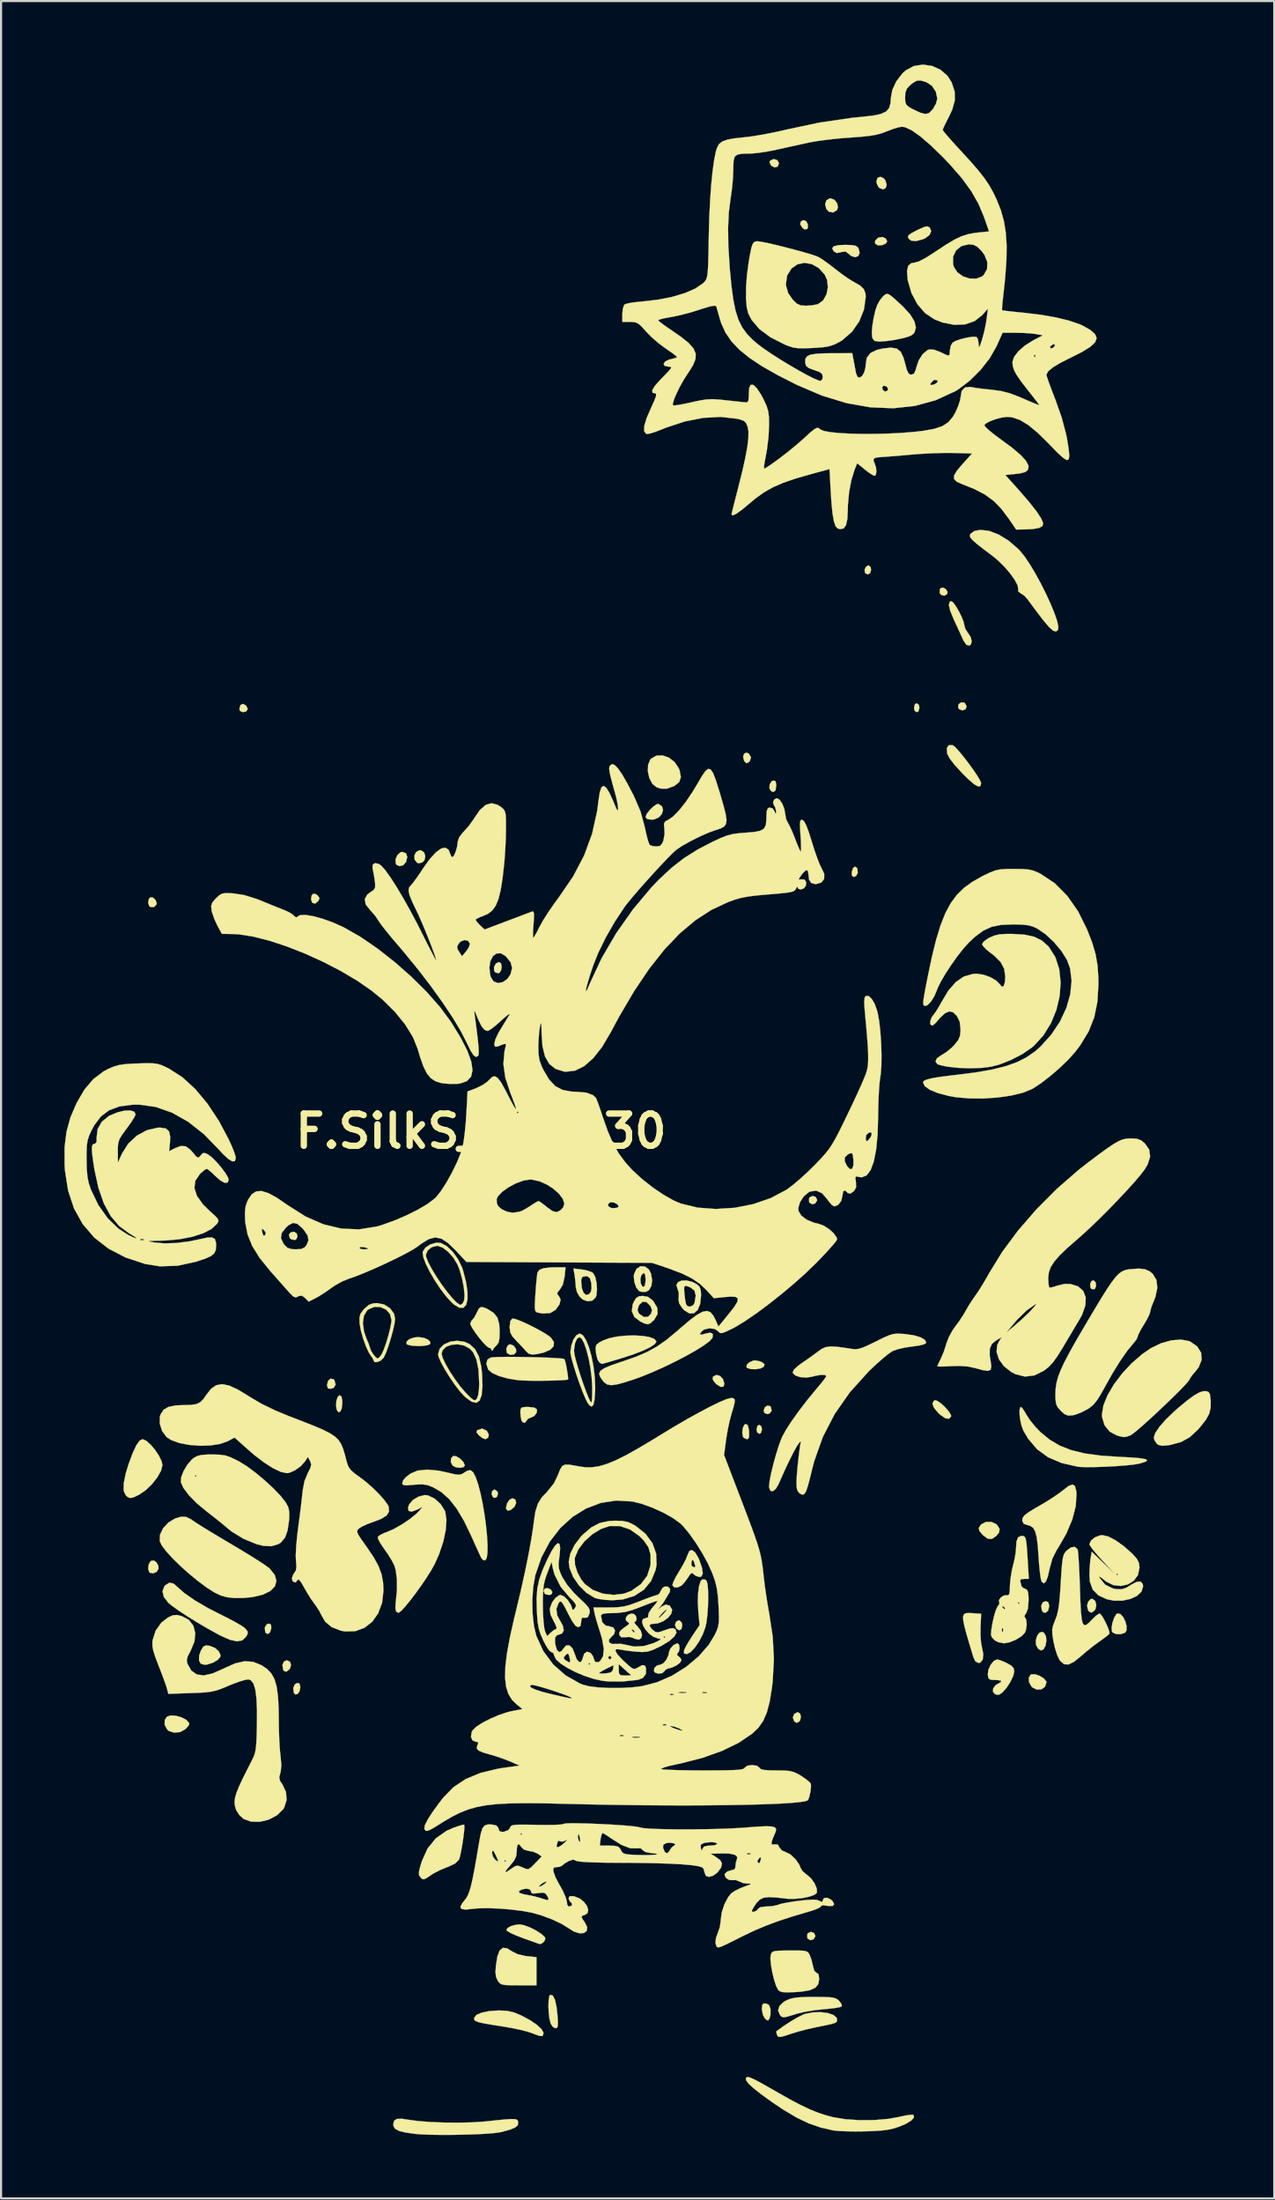
<source format=kicad_pcb>
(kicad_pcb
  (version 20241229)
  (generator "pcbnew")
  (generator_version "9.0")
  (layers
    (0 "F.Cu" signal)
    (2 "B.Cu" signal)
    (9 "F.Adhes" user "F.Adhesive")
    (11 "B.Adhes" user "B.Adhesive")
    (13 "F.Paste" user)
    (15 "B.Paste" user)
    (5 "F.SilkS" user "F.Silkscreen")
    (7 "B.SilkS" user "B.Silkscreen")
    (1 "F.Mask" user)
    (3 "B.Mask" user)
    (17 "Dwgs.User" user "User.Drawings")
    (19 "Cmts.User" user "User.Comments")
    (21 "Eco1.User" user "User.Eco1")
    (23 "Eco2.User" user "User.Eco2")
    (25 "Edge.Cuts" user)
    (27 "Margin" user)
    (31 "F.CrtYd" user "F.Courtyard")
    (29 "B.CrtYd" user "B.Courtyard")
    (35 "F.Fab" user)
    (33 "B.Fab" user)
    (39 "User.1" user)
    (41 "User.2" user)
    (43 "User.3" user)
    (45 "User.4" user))
  (footprint "F.SilkS_g18930"
    (layer "F.Cu")
    (at 19.707 50.439)
    (property "Reference" "F.SilkS_g18930" (at 0 0 0) (layer "F.SilkS") (effects (font (size 1.524 1.524) (thickness 0.3))))
    (attr through_hole)
    (fp_poly (pts (xy -11.116 -20.126) (xy -11.035 -19.97) (xy -11.103 -19.851) (xy -11.266 -19.812) (xy -11.404 -19.875) (xy -11.43 -19.976) (xy -11.378 -20.157) (xy -11.252 -20.205) (xy -11.116 -20.126)) (stroke (width 0.01) (type solid)) (fill yes) (layer "F.SilkS"))
    (fp_poly (pts (xy 13.268 13.959) (xy 13.293 14.097) (xy 13.249 14.267) (xy 13.166 14.309) (xy 13.064 14.235) (xy 13.039 14.097) (xy 13.083 13.927) (xy 13.166 13.885) (xy 13.268 13.959)) (stroke (width 0.01) (type solid)) (fill yes) (layer "F.SilkS"))
    (fp_poly (pts (xy 20.718 -20.162) (xy 20.743 -20.024) (xy 20.699 -19.853) (xy 20.616 -19.812) (xy 20.514 -19.886) (xy 20.489 -20.024) (xy 20.533 -20.194) (xy 20.616 -20.235) (xy 20.718 -20.162)) (stroke (width 0.01) (type solid)) (fill yes) (layer "F.SilkS"))
    (fp_poly (pts (xy -9.932 23.337) (xy -9.922 23.51) (xy -9.982 23.695) (xy -10.083 23.775) (xy -10.183 23.726) (xy -10.211 23.671) (xy -10.229 23.47) (xy -10.143 23.322) (xy -10.03 23.283) (xy -9.932 23.337)) (stroke (width 0.01) (type solid)) (fill yes) (layer "F.SilkS"))
    (fp_poly (pts (xy 0.656 16.949) (xy 0.78 17.045) (xy 0.804 17.139) (xy 0.755 17.292) (xy 0.644 17.342) (xy 0.566 17.302) (xy 0.502 17.161) (xy 0.528 17.019) (xy 0.624 16.948) (xy 0.656 16.949)) (stroke (width 0.01) (type solid)) (fill yes) (layer "F.SilkS"))
    (fp_poly (pts (xy 3.304 21.674) (xy 3.374 21.788) (xy 3.348 21.891) (xy 3.238 21.929) (xy 3.074 21.902) (xy 3.02 21.872) (xy 2.956 21.728) (xy 3.028 21.622) (xy 3.153 21.605) (xy 3.304 21.674)) (stroke (width 0.01) (type solid)) (fill yes) (layer "F.SilkS"))
    (fp_poly (pts (xy 9.387 23.132) (xy 9.498 23.23) (xy 9.525 23.362) (xy 9.48 23.547) (xy 9.37 23.598) (xy 9.24 23.509) (xy 9.181 23.348) (xy 9.226 23.199) (xy 9.348 23.129) (xy 9.387 23.132)) (stroke (width 0.01) (type solid)) (fill yes) (layer "F.SilkS"))
    (fp_poly (pts (xy 13.685 13.002) (xy 13.717 13.04) (xy 13.752 13.218) (xy 13.656 13.348) (xy 13.538 13.377) (xy 13.403 13.313) (xy 13.377 13.205) (xy 13.433 13.049) (xy 13.556 12.971) (xy 13.685 13.002)) (stroke (width 0.01) (type solid)) (fill yes) (layer "F.SilkS"))
    (fp_poly (pts (xy 15.382 -43.032) (xy 15.461 -42.892) (xy 15.469 -42.731) (xy 15.429 -42.658) (xy 15.309 -42.643) (xy 15.205 -42.719) (xy 15.1 -42.891) (xy 15.143 -43.026) (xy 15.261 -43.079) (xy 15.382 -43.032)) (stroke (width 0.01) (type solid)) (fill yes) (layer "F.SilkS"))
    (fp_poly (pts (xy 17.788 -12.451) (xy 17.809 -12.407) (xy 17.826 -12.212) (xy 17.745 -12.063) (xy 17.638 -12.023) (xy 17.548 -12.088) (xy 17.542 -12.249) (xy 17.6 -12.436) (xy 17.694 -12.511) (xy 17.788 -12.451)) (stroke (width 0.01) (type solid)) (fill yes) (layer "F.SilkS"))
    (fp_poly (pts (xy 18.432 -26.681) (xy 18.457 -26.543) (xy 18.406 -26.382) (xy 18.292 -26.325) (xy 18.173 -26.397) (xy 18.166 -26.408) (xy 18.151 -26.559) (xy 18.23 -26.703) (xy 18.339 -26.755) (xy 18.432 -26.681)) (stroke (width 0.01) (type solid)) (fill yes) (layer "F.SilkS"))
    (fp_poly (pts (xy 21.997 -25.629) (xy 22.074 -25.504) (xy 22.061 -25.408) (xy 21.928 -25.321) (xy 21.776 -25.355) (xy 21.703 -25.448) (xy 21.709 -25.615) (xy 21.749 -25.677) (xy 21.869 -25.704) (xy 21.997 -25.629)) (stroke (width 0.01) (type solid)) (fill yes) (layer "F.SilkS"))
    (fp_poly (pts (xy 22.853 -20.268) (xy 22.897 -20.24) (xy 22.979 -20.092) (xy 22.927 -19.954) (xy 22.775 -19.897) (xy 22.623 -19.956) (xy 22.578 -20.017) (xy 22.587 -20.172) (xy 22.701 -20.27) (xy 22.853 -20.268)) (stroke (width 0.01) (type solid)) (fill yes) (layer "F.SilkS"))
    (fp_poly (pts (xy -15.529 -11.052) (xy -15.407 -10.946) (xy -15.344 -10.796) (xy -15.353 -10.717) (xy -15.47 -10.6) (xy -15.632 -10.599) (xy -15.692 -10.64) (xy -15.746 -10.787) (xy -15.721 -10.965) (xy -15.655 -11.054) (xy -15.529 -11.052)) (stroke (width 0.01) (type solid)) (fill yes) (layer "F.SilkS"))
    (fp_poly (pts (xy -9.039 25.084) (xy -8.986 25.239) (xy -9.043 25.42) (xy -9.063 25.446) (xy -9.213 25.56) (xy -9.33 25.514) (xy -9.365 25.447) (xy -9.393 25.23) (xy -9.316 25.07) (xy -9.186 25.019) (xy -9.039 25.084)) (stroke (width 0.01) (type solid)) (fill yes) (layer "F.SilkS"))
    (fp_poly (pts (xy -8.838 4.755) (xy -8.715 4.842) (xy -8.681 4.987) (xy -8.742 5.113) (xy -8.813 5.146) (xy -8.98 5.11) (xy -9.041 5.06) (xy -9.088 4.906) (xy -9.008 4.785) (xy -8.841 4.755) (xy -8.838 4.755)) (stroke (width 0.01) (type solid)) (fill yes) (layer "F.SilkS"))
    (fp_poly (pts (xy -8.591 26.113) (xy -8.553 26.253) (xy -8.551 26.316) (xy -8.592 26.503) (xy -8.686 26.618) (xy -8.792 26.63) (xy -8.858 26.547) (xy -8.883 26.328) (xy -8.805 26.154) (xy -8.699 26.093) (xy -8.591 26.113)) (stroke (width 0.01) (type solid)) (fill yes) (layer "F.SilkS"))
    (fp_poly (pts (xy -6.986 11.722) (xy -6.934 11.777) (xy -6.877 11.977) (xy -6.961 12.127) (xy -7.092 12.177) (xy -7.233 12.166) (xy -7.279 12.045) (xy -7.281 11.984) (xy -7.232 11.8) (xy -7.117 11.703) (xy -6.986 11.722)) (stroke (width 0.01) (type solid)) (fill yes) (layer "F.SilkS"))
    (fp_poly (pts (xy 0.949 -7.934) (xy 0.979 -7.781) (xy 0.952 -7.608) (xy 0.87 -7.486) (xy 0.825 -7.467) (xy 0.675 -7.51) (xy 0.621 -7.583) (xy 0.617 -7.772) (xy 0.711 -7.935) (xy 0.856 -8.001) (xy 0.949 -7.934)) (stroke (width 0.01) (type solid)) (fill yes) (layer "F.SilkS"))
    (fp_poly (pts (xy 1.549 10.144) (xy 1.658 10.3) (xy 1.663 10.455) (xy 1.549 10.56) (xy 1.378 10.574) (xy 1.239 10.496) (xy 1.216 10.456) (xy 1.2 10.264) (xy 1.28 10.116) (xy 1.384 10.075) (xy 1.549 10.144)) (stroke (width 0.01) (type solid)) (fill yes) (layer "F.SilkS"))
    (fp_poly (pts (xy 12.669 -17.855) (xy 12.777 -17.683) (xy 12.721 -17.504) (xy 12.664 -17.446) (xy 12.555 -17.399) (xy 12.464 -17.494) (xy 12.446 -17.526) (xy 12.402 -17.709) (xy 12.452 -17.849) (xy 12.563 -17.902) (xy 12.669 -17.855)) (stroke (width 0.01) (type solid)) (fill yes) (layer "F.SilkS"))
    (fp_poly (pts (xy 13.929 -16.56) (xy 13.968 -16.422) (xy 13.97 -16.352) (xy 13.938 -16.118) (xy 13.84 -16.04) (xy 13.726 -16.081) (xy 13.647 -16.213) (xy 13.659 -16.394) (xy 13.748 -16.542) (xy 13.822 -16.579) (xy 13.929 -16.56)) (stroke (width 0.01) (type solid)) (fill yes) (layer "F.SilkS"))
    (fp_poly (pts (xy 14.01 -45.923) (xy 14.095 -45.789) (xy 14.097 -45.762) (xy 14.037 -45.613) (xy 13.898 -45.571) (xy 13.739 -45.652) (xy 13.716 -45.678) (xy 13.652 -45.824) (xy 13.694 -45.901) (xy 13.851 -45.968) (xy 14.01 -45.923)) (stroke (width 0.01) (type solid)) (fill yes) (layer "F.SilkS"))
    (fp_poly (pts (xy 15.1 27.541) (xy 15.137 27.694) (xy 15.099 27.859) (xy 15.044 27.927) (xy 14.921 27.977) (xy 14.812 27.892) (xy 14.757 27.721) (xy 14.822 27.558) (xy 14.973 27.475) (xy 14.995 27.474) (xy 15.1 27.541)) (stroke (width 0.01) (type solid)) (fill yes) (layer "F.SilkS"))
    (fp_poly (pts (xy 15.76 37.917) (xy 15.82 38.05) (xy 15.817 38.078) (xy 15.729 38.213) (xy 15.586 38.252) (xy 15.461 38.183) (xy 15.44 38.143) (xy 15.439 37.977) (xy 15.477 37.914) (xy 15.621 37.859) (xy 15.76 37.917)) (stroke (width 0.01) (type solid)) (fill yes) (layer "F.SilkS"))
    (fp_poly (pts (xy 15.845 3.119) (xy 15.905 3.252) (xy 15.901 3.28) (xy 15.814 3.415) (xy 15.671 3.454) (xy 15.546 3.385) (xy 15.525 3.345) (xy 15.524 3.179) (xy 15.562 3.116) (xy 15.706 3.061) (xy 15.845 3.119)) (stroke (width 0.01) (type solid)) (fill yes) (layer "F.SilkS"))
    (fp_poly (pts (xy 26.837 22.266) (xy 26.88 22.416) (xy 26.882 22.478) (xy 26.835 22.664) (xy 26.728 22.765) (xy 26.608 22.757) (xy 26.536 22.66) (xy 26.506 22.439) (xy 26.581 22.277) (xy 26.713 22.225) (xy 26.837 22.266)) (stroke (width 0.01) (type solid)) (fill yes) (layer "F.SilkS"))
    (fp_poly (pts (xy 28.988 7.052) (xy 29.084 7.155) (xy 29.105 7.318) (xy 29.047 7.454) (xy 29.01 7.477) (xy 28.877 7.456) (xy 28.839 7.403) (xy 28.822 7.233) (xy 28.879 7.093) (xy 28.981 7.05) (xy 28.988 7.052)) (stroke (width 0.01) (type solid)) (fill yes) (layer "F.SilkS"))
    (fp_poly (pts (xy -7.825 -11.217) (xy -7.725 -11.148) (xy -7.639 -11.02) (xy -7.691 -10.897) (xy -7.701 -10.884) (xy -7.847 -10.762) (xy -7.971 -10.795) (xy -7.987 -10.809) (xy -8.041 -10.957) (xy -8.016 -11.134) (xy -7.951 -11.223) (xy -7.825 -11.217)) (stroke (width 0.01) (type solid)) (fill yes) (layer "F.SilkS"))
    (fp_poly (pts (xy -3.551 -13.144) (xy -3.487 -12.974) (xy -3.543 -12.737) (xy -3.675 -12.583) (xy -3.845 -12.532) (xy -3.992 -12.593) (xy -4.035 -12.663) (xy -4.042 -12.863) (xy -3.952 -13.062) (xy -3.803 -13.191) (xy -3.724 -13.208) (xy -3.551 -13.144)) (stroke (width 0.01) (type solid)) (fill yes) (layer "F.SilkS"))
    (fp_poly (pts (xy -2.831 -13.28) (xy -2.691 -13.182) (xy -2.635 -13.005) (xy -2.67 -12.82) (xy -2.772 -12.712) (xy -2.937 -12.667) (xy -3.016 -12.685) (xy -3.139 -12.842) (xy -3.152 -13.032) (xy -3.072 -13.198) (xy -2.917 -13.283) (xy -2.831 -13.28)) (stroke (width 0.01) (type solid)) (fill yes) (layer "F.SilkS"))
    (fp_poly (pts (xy 1.626 17.419) (xy 1.665 17.568) (xy 1.592 17.749) (xy 1.563 17.783) (xy 1.394 17.917) (xy 1.255 17.939) (xy 1.187 17.843) (xy 1.185 17.817) (xy 1.233 17.603) (xy 1.349 17.427) (xy 1.487 17.357) (xy 1.626 17.419)) (stroke (width 0.01) (type solid)) (fill yes) (layer "F.SilkS"))
    (fp_poly (pts (xy 11.308 11.568) (xy 11.451 11.724) (xy 11.514 11.94) (xy 11.515 11.954) (xy 11.464 12.084) (xy 11.33 12.085) (xy 11.134 11.959) (xy 11.103 11.93) (xy 10.964 11.745) (xy 10.977 11.605) (xy 11.135 11.527) (xy 11.308 11.568)) (stroke (width 0.01) (type solid)) (fill yes) (layer "F.SilkS"))
    (fp_poly (pts (xy 16.724 -44.042) (xy 16.85 -43.878) (xy 16.891 -43.684) (xy 16.841 -43.552) (xy 16.661 -43.443) (xy 16.465 -43.476) (xy 16.339 -43.607) (xy 16.282 -43.833) (xy 16.343 -44.017) (xy 16.503 -44.109) (xy 16.544 -44.111) (xy 16.724 -44.042)) (stroke (width 0.01) (type solid)) (fill yes) (layer "F.SilkS"))
    (fp_poly (pts (xy 19.053 -45.06) (xy 19.138 -44.951) (xy 19.195 -44.74) (xy 19.141 -44.59) (xy 19.011 -44.535) (xy 18.842 -44.61) (xy 18.813 -44.636) (xy 18.731 -44.798) (xy 18.711 -44.933) (xy 18.768 -45.085) (xy 18.9 -45.129) (xy 19.053 -45.06)) (stroke (width 0.01) (type solid)) (fill yes) (layer "F.SilkS"))
    (fp_poly (pts (xy 19.152 -42.213) (xy 19.219 -42.072) (xy 19.147 -41.972) (xy 18.981 -41.899) (xy 18.796 -41.885) (xy 18.775 -41.889) (xy 18.646 -41.975) (xy 18.651 -42.11) (xy 18.786 -42.243) (xy 18.801 -42.252) (xy 18.989 -42.284) (xy 19.152 -42.213)) (stroke (width 0.01) (type solid)) (fill yes) (layer "F.SilkS"))
    (fp_poly (pts (xy 29.061 22.211) (xy 29.113 22.394) (xy 29.077 22.59) (xy 29.037 22.653) (xy 28.892 22.766) (xy 28.77 22.713) (xy 28.715 22.627) (xy 28.677 22.435) (xy 28.728 22.248) (xy 28.841 22.127) (xy 28.934 22.114) (xy 29.061 22.211)) (stroke (width 0.01) (type solid)) (fill yes) (layer "F.SilkS"))
    (fp_poly (pts (xy -15.352 20.385) (xy -15.265 20.552) (xy -15.257 20.69) (xy -15.345 20.834) (xy -15.508 20.907) (xy -15.666 20.878) (xy -15.688 20.86) (xy -15.746 20.703) (xy -15.725 20.496) (xy -15.637 20.334) (xy -15.63 20.327) (xy -15.489 20.296) (xy -15.352 20.385)) (stroke (width 0.01) (type solid)) (fill yes) (layer "F.SilkS"))
    (fp_poly (pts (xy 0.255 14.154) (xy 0.287 14.184) (xy 0.369 14.344) (xy 0.34 14.492) (xy 0.214 14.562) (xy 0.203 14.563) (xy 0.062 14.507) (xy -0.095 14.383) (xy -0.208 14.245) (xy -0.196 14.16) (xy -0.158 14.131) (xy 0.058 14.061) (xy 0.255 14.154)) (stroke (width 0.01) (type solid)) (fill yes) (layer "F.SilkS"))
    (fp_poly (pts (xy 12.624 13.908) (xy 12.676 14.117) (xy 12.684 14.203) (xy 12.687 14.437) (xy 12.643 14.544) (xy 12.575 14.563) (xy 12.43 14.497) (xy 12.395 14.443) (xy 12.362 14.241) (xy 12.389 14.031) (xy 12.462 13.88) (xy 12.531 13.843) (xy 12.624 13.908)) (stroke (width 0.01) (type solid)) (fill yes) (layer "F.SilkS"))
    (fp_poly (pts (xy -6.604 12.539) (xy -6.566 12.711) (xy -6.562 12.862) (xy -6.588 13.104) (xy -6.654 13.255) (xy -6.738 13.291) (xy -6.82 13.186) (xy -6.822 13.181) (xy -6.857 12.977) (xy -6.84 12.752) (xy -6.781 12.568) (xy -6.693 12.488) (xy -6.689 12.488) (xy -6.604 12.539)) (stroke (width 0.01) (type solid)) (fill yes) (layer "F.SilkS"))
    (fp_poly (pts (xy -1.163 15.375) (xy -0.984 15.488) (xy -0.831 15.646) (xy -0.762 15.799) (xy -0.762 15.805) (xy -0.832 15.886) (xy -0.996 15.916) (xy -1.186 15.893) (xy -1.335 15.818) (xy -1.338 15.816) (xy -1.429 15.642) (xy -1.414 15.461) (xy -1.308 15.354) (xy -1.163 15.375)) (stroke (width 0.01) (type solid)) (fill yes) (layer "F.SilkS"))
    (fp_poly (pts (xy 26.637 23.714) (xy 26.729 23.874) (xy 26.751 24.096) (xy 26.711 24.323) (xy 26.619 24.494) (xy 26.501 24.553) (xy 26.404 24.501) (xy 26.348 24.452) (xy 26.26 24.284) (xy 26.251 24.078) (xy 26.306 23.878) (xy 26.405 23.728) (xy 26.534 23.671) (xy 26.637 23.714)) (stroke (width 0.01) (type solid)) (fill yes) (layer "F.SilkS"))
    (fp_poly (pts (xy -2.703 9.771) (xy -2.5 9.857) (xy -2.395 9.972) (xy -2.405 10.062) (xy -2.52 10.117) (xy -2.754 10.152) (xy -2.963 10.16) (xy -3.253 10.144) (xy -3.456 10.102) (xy -3.522 10.062) (xy -3.517 9.942) (xy -3.384 9.832) (xy -3.163 9.756) (xy -2.963 9.737) (xy -2.703 9.771)) (stroke (width 0.01) (type solid)) (fill yes) (layer "F.SilkS"))
    (fp_poly (pts (xy 8.568 -15.355) (xy 8.614 -15.181) (xy 8.555 -14.994) (xy 8.406 -14.834) (xy 8.186 -14.741) (xy 8.084 -14.732) (xy 7.869 -14.758) (xy 7.791 -14.843) (xy 7.789 -14.866) (xy 7.846 -15.009) (xy 7.984 -15.187) (xy 8.157 -15.354) (xy 8.317 -15.461) (xy 8.398 -15.475) (xy 8.568 -15.355)) (stroke (width 0.01) (type solid)) (fill yes) (layer "F.SilkS"))
    (fp_poly (pts (xy 13.181 10.877) (xy 13.304 10.928) (xy 13.417 11.02) (xy 13.384 11.126) (xy 13.372 11.14) (xy 13.226 11.219) (xy 13.001 11.255) (xy 12.767 11.248) (xy 12.597 11.195) (xy 12.565 11.163) (xy 12.576 11.047) (xy 12.698 10.929) (xy 12.878 10.849) (xy 12.976 10.837) (xy 13.181 10.877)) (stroke (width 0.01) (type solid)) (fill yes) (layer "F.SilkS"))
    (fp_poly (pts (xy 13.483 41.248) (xy 13.627 41.313) (xy 13.692 41.485) (xy 13.7 41.548) (xy 13.696 41.783) (xy 13.65 41.958) (xy 13.579 42.048) (xy 13.494 42.012) (xy 13.433 41.954) (xy 13.336 41.774) (xy 13.293 41.531) (xy 13.293 41.517) (xy 13.307 41.32) (xy 13.371 41.246) (xy 13.483 41.248)) (stroke (width 0.01) (type solid)) (fill yes) (layer "F.SilkS"))
    (fp_poly (pts (xy 21.6 12.756) (xy 21.783 12.887) (xy 21.939 13.029) (xy 22.12 13.233) (xy 22.23 13.403) (xy 22.247 13.481) (xy 22.143 13.599) (xy 21.965 13.572) (xy 21.722 13.402) (xy 21.644 13.33) (xy 21.434 13.081) (xy 21.36 12.882) (xy 21.426 12.75) (xy 21.486 12.72) (xy 21.6 12.756)) (stroke (width 0.01) (type solid)) (fill yes) (layer "F.SilkS"))
    (fp_poly (pts (xy 26.441 25.757) (xy 26.637 25.882) (xy 26.748 26.02) (xy 26.755 26.059) (xy 26.687 26.269) (xy 26.52 26.39) (xy 26.304 26.406) (xy 26.091 26.303) (xy 26.048 26.261) (xy 25.934 26.059) (xy 25.918 25.853) (xy 26 25.705) (xy 26.043 25.682) (xy 26.222 25.679) (xy 26.441 25.757)) (stroke (width 0.01) (type solid)) (fill yes) (layer "F.SilkS"))
    (fp_poly (pts (xy -14.433 27.641) (xy -14.17 27.716) (xy -13.946 27.832) (xy -13.815 27.973) (xy -13.801 28.034) (xy -13.857 28.135) (xy -13.986 28.275) (xy -14.23 28.411) (xy -14.512 28.44) (xy -14.764 28.361) (xy -14.846 28.293) (xy -14.968 28.065) (xy -14.96 27.833) (xy -14.86 27.687) (xy -14.681 27.626) (xy -14.433 27.641)) (stroke (width 0.01) (type solid)) (fill yes) (layer "F.SilkS"))
    (fp_poly (pts (xy -12.841 24.333) (xy -12.596 24.429) (xy -12.41 24.587) (xy -12.324 24.766) (xy -12.334 24.857) (xy -12.461 25.004) (xy -12.689 25.135) (xy -12.951 25.218) (xy -13.075 25.231) (xy -13.26 25.178) (xy -13.34 25.028) (xy -13.335 24.797) (xy -13.25 24.553) (xy -13.137 24.373) (xy -13.013 24.314) (xy -12.841 24.333)) (stroke (width 0.01) (type solid)) (fill yes) (layer "F.SilkS"))
    (fp_poly (pts (xy 24.382 18.582) (xy 24.413 18.612) (xy 24.537 18.804) (xy 24.511 18.978) (xy 24.384 19.135) (xy 24.177 19.279) (xy 23.976 19.269) (xy 23.751 19.102) (xy 23.745 19.096) (xy 23.582 18.905) (xy 23.551 18.762) (xy 23.645 18.617) (xy 23.67 18.59) (xy 23.889 18.477) (xy 24.153 18.475) (xy 24.382 18.582)) (stroke (width 0.01) (type solid)) (fill yes) (layer "F.SilkS"))
    (fp_poly (pts (xy 30.247 22.826) (xy 30.381 22.969) (xy 30.487 23.18) (xy 30.548 23.41) (xy 30.541 23.608) (xy 30.47 23.715) (xy 30.268 23.783) (xy 30.049 23.777) (xy 29.887 23.704) (xy 29.853 23.655) (xy 29.838 23.47) (xy 29.882 23.226) (xy 29.965 22.99) (xy 30.067 22.83) (xy 30.108 22.803) (xy 30.247 22.826)) (stroke (width 0.01) (type solid)) (fill yes) (layer "F.SilkS"))
    (fp_poly (pts (xy 21.22 -42.738) (xy 21.237 -42.723) (xy 21.301 -42.562) (xy 21.226 -42.386) (xy 21.033 -42.23) (xy 20.902 -42.173) (xy 20.578 -42.089) (xy 20.359 -42.109) (xy 20.245 -42.195) (xy 20.197 -42.282) (xy 20.23 -42.365) (xy 20.367 -42.465) (xy 20.629 -42.602) (xy 20.741 -42.657) (xy 20.98 -42.761) (xy 21.123 -42.786) (xy 21.22 -42.738)) (stroke (width 0.01) (type solid)) (fill yes) (layer "F.SilkS"))
    (fp_poly (pts (xy 3.397 40.871) (xy 3.498 41.065) (xy 3.575 41.406) (xy 3.618 41.791) (xy 3.638 42.114) (xy 3.633 42.304) (xy 3.6 42.394) (xy 3.532 42.418) (xy 3.524 42.418) (xy 3.394 42.347) (xy 3.296 42.191) (xy 3.24 41.967) (xy 3.205 41.678) (xy 3.192 41.371) (xy 3.201 41.095) (xy 3.233 40.9) (xy 3.275 40.834) (xy 3.397 40.871)) (stroke (width 0.01) (type solid)) (fill yes) (layer "F.SilkS"))
    (fp_poly (pts (xy 2.521 13.068) (xy 2.652 13.158) (xy 2.654 13.163) (xy 2.636 13.317) (xy 2.518 13.467) (xy 2.355 13.545) (xy 2.331 13.547) (xy 2.206 13.615) (xy 2.171 13.674) (xy 2.073 13.791) (xy 1.962 13.751) (xy 1.914 13.667) (xy 1.876 13.484) (xy 1.863 13.286) (xy 1.875 13.132) (xy 1.942 13.061) (xy 2.111 13.04) (xy 2.235 13.039) (xy 2.521 13.068)) (stroke (width 0.01) (type solid)) (fill yes) (layer "F.SilkS"))
    (fp_poly (pts (xy 17.542 -41.901) (xy 17.726 -41.867) (xy 17.829 -41.797) (xy 17.861 -41.747) (xy 17.917 -41.53) (xy 17.85 -41.382) (xy 17.702 -41.326) (xy 17.513 -41.387) (xy 17.404 -41.481) (xy 17.255 -41.593) (xy 17.079 -41.577) (xy 17.037 -41.563) (xy 16.836 -41.525) (xy 16.697 -41.602) (xy 16.613 -41.744) (xy 16.689 -41.842) (xy 16.927 -41.897) (xy 17.232 -41.91) (xy 17.542 -41.901)) (stroke (width 0.01) (type solid)) (fill yes) (layer "F.SilkS"))
    (fp_poly (pts (xy 8.892 -17.664) (xy 9.16 -17.457) (xy 9.358 -17.162) (xy 9.398 -17.059) (xy 9.457 -16.74) (xy 9.379 -16.507) (xy 9.155 -16.33) (xy 9.107 -16.307) (xy 8.785 -16.194) (xy 8.5 -16.201) (xy 8.315 -16.26) (xy 8.11 -16.424) (xy 7.966 -16.695) (xy 7.895 -17.014) (xy 7.907 -17.327) (xy 8.013 -17.577) (xy 8.043 -17.611) (xy 8.296 -17.757) (xy 8.591 -17.77) (xy 8.892 -17.664)) (stroke (width 0.01) (type solid)) (fill yes) (layer "F.SilkS"))
    (fp_poly (pts (xy 1.243 38.64) (xy 1.47 38.783) (xy 1.728 38.914) (xy 2.084 38.998) (xy 2.159 39.007) (xy 2.625 39.055) (xy 2.625 40.386) (xy 1.78 40.386) (xy 1.393 40.384) (xy 1.139 40.372) (xy 0.982 40.342) (xy 0.885 40.286) (xy 0.812 40.197) (xy 0.795 40.171) (xy 0.713 39.995) (xy 0.687 39.768) (xy 0.707 39.448) (xy 0.778 39.011) (xy 0.886 38.734) (xy 1.039 38.613) (xy 1.243 38.64)) (stroke (width 0.01) (type solid)) (fill yes) (layer "F.SilkS"))
    (fp_poly (pts (xy 2.046 37.547) (xy 2.318 37.65) (xy 2.599 37.792) (xy 2.843 37.947) (xy 3.006 38.091) (xy 3.048 38.177) (xy 2.99 38.313) (xy 2.867 38.418) (xy 2.766 38.433) (xy 2.686 38.404) (xy 2.481 38.331) (xy 2.188 38.227) (xy 1.995 38.158) (xy 1.664 38.031) (xy 1.399 37.911) (xy 1.237 37.817) (xy 1.205 37.783) (xy 1.25 37.682) (xy 1.414 37.588) (xy 1.646 37.524) (xy 1.828 37.507) (xy 2.046 37.547)) (stroke (width 0.01) (type solid)) (fill yes) (layer "F.SilkS"))
    (fp_poly (pts (xy 22.322 -18.252) (xy 22.438 -18.162) (xy 22.619 -17.965) (xy 22.841 -17.695) (xy 23.078 -17.387) (xy 23.304 -17.074) (xy 23.494 -16.791) (xy 23.622 -16.571) (xy 23.664 -16.456) (xy 23.629 -16.316) (xy 23.52 -16.299) (xy 23.33 -16.409) (xy 23.051 -16.65) (xy 22.777 -16.921) (xy 22.42 -17.31) (xy 22.178 -17.623) (xy 22.06 -17.848) (xy 22.055 -17.869) (xy 22.043 -18.119) (xy 22.134 -18.253) (xy 22.314 -18.254) (xy 22.322 -18.252)) (stroke (width 0.01) (type solid)) (fill yes) (layer "F.SilkS"))
    (fp_poly (pts (xy 23.261 22.792) (xy 23.664 22.818) (xy 23.636 23.471) (xy 23.635 23.835) (xy 23.659 24.174) (xy 23.704 24.419) (xy 23.707 24.428) (xy 23.767 24.733) (xy 23.741 24.976) (xy 23.635 25.121) (xy 23.542 25.146) (xy 23.391 25.067) (xy 23.298 24.871) (xy 23.105 24.231) (xy 22.96 23.736) (xy 22.863 23.366) (xy 22.815 23.105) (xy 22.814 22.934) (xy 22.86 22.835) (xy 22.952 22.791) (xy 23.092 22.783) (xy 23.261 22.792)) (stroke (width 0.01) (type solid)) (fill yes) (layer "F.SilkS"))
    (fp_poly (pts (xy 22.349 -24.991) (xy 22.478 -24.81) (xy 22.619 -24.568) (xy 22.746 -24.309) (xy 22.835 -24.083) (xy 22.86 -23.956) (xy 22.917 -23.749) (xy 23.027 -23.582) (xy 23.167 -23.373) (xy 23.219 -23.166) (xy 23.177 -23.012) (xy 23.094 -22.963) (xy 22.961 -23.005) (xy 22.831 -23.196) (xy 22.803 -23.256) (xy 22.695 -23.494) (xy 22.546 -23.819) (xy 22.386 -24.164) (xy 22.37 -24.197) (xy 22.201 -24.608) (xy 22.137 -24.888) (xy 22.179 -25.036) (xy 22.258 -25.061) (xy 22.349 -24.991)) (stroke (width 0.01) (type solid)) (fill yes) (layer "F.SilkS"))
    (fp_poly (pts (xy -15.844 14.633) (xy -15.635 14.815) (xy -15.421 15.067) (xy -15.235 15.347) (xy -15.108 15.613) (xy -15.071 15.79) (xy -15.137 16.055) (xy -15.314 16.368) (xy -15.568 16.69) (xy -15.867 16.977) (xy -16.178 17.189) (xy -16.189 17.195) (xy -16.439 17.313) (xy -16.597 17.346) (xy -16.72 17.295) (xy -16.81 17.214) (xy -16.905 17.002) (xy -16.904 16.656) (xy -16.808 16.182) (xy -16.674 15.745) (xy -16.477 15.215) (xy -16.304 14.845) (xy -16.15 14.63) (xy -16.016 14.563) (xy -15.844 14.633)) (stroke (width 0.01) (type solid)) (fill yes) (layer "F.SilkS"))
    (fp_poly (pts (xy 1.608 8.876) (xy 1.842 8.961) (xy 2.144 9.093) (xy 2.477 9.256) (xy 2.803 9.429) (xy 3.082 9.594) (xy 3.276 9.732) (xy 3.298 9.751) (xy 3.45 9.965) (xy 3.441 10.162) (xy 3.278 10.333) (xy 2.97 10.468) (xy 2.652 10.539) (xy 2.408 10.562) (xy 2.255 10.518) (xy 2.144 10.414) (xy 1.993 10.246) (xy 1.783 10.025) (xy 1.672 9.912) (xy 1.473 9.687) (xy 1.379 9.489) (xy 1.355 9.251) (xy 1.388 8.978) (xy 1.482 8.859) (xy 1.608 8.876)) (stroke (width 0.01) (type solid)) (fill yes) (layer "F.SilkS"))
    (fp_poly (pts (xy 3.96 6.861) (xy 3.873 7.254) (xy 3.735 7.483) (xy 3.616 7.628) (xy 3.614 7.719) (xy 3.682 7.789) (xy 3.769 7.959) (xy 3.714 8.189) (xy 3.532 8.445) (xy 3.28 8.597) (xy 2.926 8.621) (xy 2.678 8.576) (xy 2.607 8.545) (xy 2.565 8.475) (xy 2.547 8.335) (xy 2.552 8.093) (xy 2.574 7.717) (xy 2.577 7.675) (xy 2.605 7.298) (xy 2.635 6.975) (xy 2.661 6.749) (xy 2.675 6.677) (xy 2.766 6.554) (xy 2.969 6.477) (xy 3.306 6.441) (xy 3.546 6.436) (xy 4.001 6.435) (xy 3.96 6.861)) (stroke (width 0.01) (type solid)) (fill yes) (layer "F.SilkS"))
    (fp_poly (pts (xy 19.299 -39.57) (xy 19.436 -39.474) (xy 19.644 -39.292) (xy 19.947 -39.01) (xy 19.967 -38.992) (xy 20.304 -38.626) (xy 20.51 -38.289) (xy 20.578 -37.994) (xy 20.506 -37.756) (xy 20.384 -37.641) (xy 20.189 -37.56) (xy 19.881 -37.479) (xy 19.513 -37.407) (xy 19.14 -37.357) (xy 18.826 -37.339) (xy 18.626 -37.367) (xy 18.529 -37.481) (xy 18.506 -37.555) (xy 18.492 -37.776) (xy 18.52 -38.1) (xy 18.58 -38.467) (xy 18.663 -38.819) (xy 18.749 -39.073) (xy 18.886 -39.311) (xy 19.038 -39.489) (xy 19.126 -39.563) (xy 19.204 -39.595) (xy 19.299 -39.57)) (stroke (width 0.01) (type solid)) (fill yes) (layer "F.SilkS"))
    (fp_poly (pts (xy 1.242 41.595) (xy 1.581 41.676) (xy 1.905 41.812) (xy 2.32 42.033) (xy 2.644 42.255) (xy 2.864 42.462) (xy 2.962 42.638) (xy 2.922 42.769) (xy 2.896 42.788) (xy 2.786 42.781) (xy 2.581 42.715) (xy 2.452 42.661) (xy 2.221 42.583) (xy 1.869 42.493) (xy 1.445 42.405) (xy 1.002 42.328) (xy 0.495 42.249) (xy 0.134 42.186) (xy -0.106 42.132) (xy -0.247 42.08) (xy -0.313 42.023) (xy -0.325 41.954) (xy -0.321 41.921) (xy -0.213 41.785) (xy 0.035 41.678) (xy 0.396 41.605) (xy 0.843 41.576) (xy 0.847 41.576) (xy 1.242 41.595)) (stroke (width 0.01) (type solid)) (fill yes) (layer "F.SilkS"))
    (fp_poly (pts (xy 7.647 9.68) (xy 7.97 9.734) (xy 8.197 9.819) (xy 8.296 9.935) (xy 8.297 9.953) (xy 8.218 10.073) (xy 7.991 10.221) (xy 7.637 10.388) (xy 7.173 10.565) (xy 6.618 10.744) (xy 6.604 10.749) (xy 6.249 10.854) (xy 5.962 10.938) (xy 5.777 10.991) (xy 5.725 11.005) (xy 5.657 10.966) (xy 5.6 10.931) (xy 5.521 10.808) (xy 5.458 10.584) (xy 5.442 10.474) (xy 5.423 10.241) (xy 5.457 10.104) (xy 5.579 10.001) (xy 5.768 9.9) (xy 6.068 9.788) (xy 6.439 9.711) (xy 6.849 9.668) (xy 7.262 9.658) (xy 7.647 9.68)) (stroke (width 0.01) (type solid)) (fill yes) (layer "F.SilkS"))
    (fp_poly (pts (xy 10.622 21.208) (xy 10.675 21.26) (xy 10.72 21.425) (xy 10.745 21.714) (xy 10.751 22.084) (xy 10.739 22.491) (xy 10.71 22.891) (xy 10.665 23.241) (xy 10.62 23.447) (xy 10.492 23.796) (xy 10.314 24.135) (xy 10.114 24.426) (xy 9.915 24.634) (xy 9.745 24.722) (xy 9.73 24.723) (xy 9.607 24.693) (xy 9.604 24.575) (xy 9.616 24.532) (xy 9.693 24.366) (xy 9.837 24.118) (xy 10.009 23.85) (xy 10.343 23.357) (xy 10.285 22.736) (xy 10.26 22.271) (xy 10.272 21.851) (xy 10.318 21.509) (xy 10.394 21.276) (xy 10.474 21.191) (xy 10.622 21.208)) (stroke (width 0.01) (type solid)) (fill yes) (layer "F.SilkS"))
    (fp_poly (pts (xy 16.416 41.699) (xy 16.677 41.79) (xy 16.827 41.922) (xy 16.849 42.007) (xy 16.844 42.076) (xy 16.812 42.129) (xy 16.725 42.174) (xy 16.555 42.223) (xy 16.277 42.284) (xy 15.862 42.368) (xy 15.82 42.377) (xy 15.42 42.466) (xy 15.007 42.575) (xy 14.685 42.674) (xy 14.372 42.778) (xy 14.182 42.826) (xy 14.078 42.821) (xy 14.022 42.764) (xy 13.999 42.711) (xy 13.972 42.585) (xy 13.981 42.556) (xy 14.312 42.318) (xy 14.663 42.09) (xy 14.99 41.898) (xy 15.247 41.77) (xy 15.33 41.739) (xy 15.706 41.667) (xy 16.08 41.656) (xy 16.416 41.699)) (stroke (width 0.01) (type solid)) (fill yes) (layer "F.SilkS"))
    (fp_poly (pts (xy 34.317 12.293) (xy 34.428 12.332) (xy 34.489 12.438) (xy 34.52 12.655) (xy 34.527 12.759) (xy 34.523 13.077) (xy 34.457 13.352) (xy 34.309 13.629) (xy 34.059 13.95) (xy 33.916 14.114) (xy 33.54 14.465) (xy 33.132 14.693) (xy 32.634 14.83) (xy 32.501 14.852) (xy 32.224 14.874) (xy 32.052 14.833) (xy 31.971 14.772) (xy 31.861 14.598) (xy 31.835 14.485) (xy 31.902 14.272) (xy 32.095 13.984) (xy 32.397 13.639) (xy 32.794 13.255) (xy 32.995 13.078) (xy 33.414 12.732) (xy 33.737 12.495) (xy 33.987 12.353) (xy 34.187 12.292) (xy 34.317 12.293)) (stroke (width 0.01) (type solid)) (fill yes) (layer "F.SilkS"))
    (fp_poly (pts (xy -0.783 32.892) (xy -0.8 33.114) (xy -0.836 33.412) (xy -0.885 33.739) (xy -0.941 34.051) (xy -0.996 34.303) (xy -1.042 34.446) (xy -1.216 34.622) (xy -1.538 34.776) (xy -1.583 34.792) (xy -1.911 34.924) (xy -2.233 35.091) (xy -2.35 35.165) (xy -2.573 35.315) (xy -2.705 35.375) (xy -2.792 35.355) (xy -2.88 35.262) (xy -2.883 35.258) (xy -2.933 35.161) (xy -2.933 35.018) (xy -2.881 34.789) (xy -2.798 34.517) (xy -2.527 33.917) (xy -2.139 33.439) (xy -1.632 33.082) (xy -1.322 32.945) (xy -1.059 32.853) (xy -0.868 32.798) (xy -0.794 32.791) (xy -0.783 32.892)) (stroke (width 0.01) (type solid)) (fill yes) (layer "F.SilkS"))
    (fp_poly (pts (xy 0.212 8.362) (xy 0.322 8.416) (xy 0.607 8.599) (xy 0.779 8.818) (xy 0.862 9.117) (xy 0.883 9.449) (xy 0.874 9.788) (xy 0.833 9.995) (xy 0.755 10.103) (xy 0.615 10.251) (xy 0.571 10.329) (xy 0.527 10.393) (xy 0.515 10.351) (xy 0.44 10.255) (xy 0.388 10.245) (xy 0.284 10.18) (xy 0.12 10.014) (xy -0.072 9.786) (xy -0.26 9.537) (xy -0.413 9.308) (xy -0.499 9.14) (xy -0.508 9.098) (xy -0.447 8.954) (xy -0.415 8.927) (xy -0.322 8.815) (xy -0.216 8.617) (xy -0.202 8.583) (xy -0.095 8.378) (xy 0.026 8.309) (xy 0.212 8.362)) (stroke (width 0.01) (type solid)) (fill yes) (layer "F.SilkS"))
    (fp_poly (pts (xy 7.754 6.396) (xy 7.942 6.536) (xy 8.042 6.728) (xy 8.098 7.044) (xy 8.06 7.324) (xy 7.943 7.524) (xy 7.784 7.6) (xy 7.584 7.592) (xy 7.477 7.556) (xy 7.346 7.389) (xy 7.256 7.13) (xy 7.243 6.994) (xy 7.543 6.994) (xy 7.558 7.189) (xy 7.626 7.332) (xy 7.702 7.366) (xy 7.756 7.291) (xy 7.787 7.102) (xy 7.789 7.02) (xy 7.77 6.786) (xy 7.708 6.706) (xy 7.684 6.709) (xy 7.585 6.813) (xy 7.543 6.994) (xy 7.243 6.994) (xy 7.23 6.856) (xy 7.242 6.758) (xy 7.36 6.508) (xy 7.545 6.387) (xy 7.754 6.396)) (stroke (width 0.01) (type solid)) (fill yes) (layer "F.SilkS"))
    (fp_poly (pts (xy 9.373 24.283) (xy 9.396 24.436) (xy 9.366 24.599) (xy 9.302 24.687) (xy 9.269 24.763) (xy 9.345 24.823) (xy 9.462 24.947) (xy 9.483 25.021) (xy 9.412 25.137) (xy 9.241 25.263) (xy 9.032 25.364) (xy 8.861 25.4) (xy 8.726 25.468) (xy 8.69 25.527) (xy 8.578 25.625) (xy 8.399 25.65) (xy 8.238 25.601) (xy 8.186 25.537) (xy 8.201 25.38) (xy 8.334 25.261) (xy 8.474 25.231) (xy 8.627 25.159) (xy 8.775 24.984) (xy 8.873 24.768) (xy 8.89 24.654) (xy 8.954 24.473) (xy 9.104 24.304) (xy 9.274 24.217) (xy 9.299 24.215) (xy 9.373 24.283)) (stroke (width 0.01) (type solid)) (fill yes) (layer "F.SilkS"))
    (fp_poly (pts (xy -14.544 21.392) (xy -14.411 21.506) (xy -14.048 21.83) (xy -13.546 22.181) (xy -12.926 22.544) (xy -12.319 22.854) (xy -11.926 23.05) (xy -11.577 23.238) (xy -11.309 23.398) (xy -11.154 23.51) (xy -11.144 23.522) (xy -11.039 23.662) (xy -11.044 23.78) (xy -11.124 23.916) (xy -11.298 24.077) (xy -11.543 24.122) (xy -11.875 24.05) (xy -12.308 23.86) (xy -12.404 23.81) (xy -12.906 23.532) (xy -13.412 23.236) (xy -13.888 22.941) (xy -14.304 22.668) (xy -14.626 22.437) (xy -14.791 22.3) (xy -15.004 22.025) (xy -15.069 21.756) (xy -14.98 21.517) (xy -14.938 21.469) (xy -14.741 21.348) (xy -14.544 21.392)) (stroke (width 0.01) (type solid)) (fill yes) (layer "F.SilkS"))
    (fp_poly (pts (xy 24.552 25.011) (xy 24.771 25.099) (xy 24.876 25.148) (xy 25.104 25.278) (xy 25.208 25.407) (xy 25.231 25.552) (xy 25.178 25.77) (xy 25.043 26.049) (xy 24.862 26.325) (xy 24.672 26.538) (xy 24.643 26.561) (xy 24.509 26.648) (xy 24.39 26.64) (xy 24.32 26.614) (xy 24.222 26.504) (xy 24.236 26.343) (xy 24.351 26.192) (xy 24.426 26.147) (xy 24.6 26.048) (xy 24.61 25.985) (xy 24.455 25.954) (xy 24.321 25.95) (xy 24.11 25.937) (xy 24.014 25.869) (xy 23.979 25.707) (xy 23.978 25.692) (xy 24.008 25.464) (xy 24.115 25.231) (xy 24.264 25.049) (xy 24.417 24.977) (xy 24.552 25.011)) (stroke (width 0.01) (type solid)) (fill yes) (layer "F.SilkS"))
    (fp_poly (pts (xy 16.197 40.939) (xy 16.493 40.951) (xy 16.688 40.976) (xy 16.816 41.021) (xy 16.912 41.091) (xy 16.941 41.118) (xy 17.055 41.27) (xy 17.074 41.38) (xy 17.074 41.38) (xy 16.973 41.421) (xy 16.743 41.463) (xy 16.424 41.5) (xy 16.238 41.515) (xy 15.808 41.561) (xy 15.365 41.632) (xy 14.992 41.717) (xy 14.915 41.74) (xy 14.595 41.84) (xy 14.396 41.891) (xy 14.279 41.895) (xy 14.205 41.856) (xy 14.143 41.788) (xy 14.056 41.574) (xy 14.125 41.356) (xy 14.34 41.16) (xy 14.436 41.106) (xy 14.618 41.029) (xy 14.827 40.979) (xy 15.1 40.951) (xy 15.48 40.938) (xy 15.766 40.937) (xy 16.197 40.939)) (stroke (width 0.01) (type solid)) (fill yes) (layer "F.SilkS"))
    (fp_poly (pts (xy 1.726 10.673) (xy 2.198 10.68) (xy 2.67 10.691) (xy 3.111 10.706) (xy 3.488 10.724) (xy 3.77 10.744) (xy 3.926 10.767) (xy 3.945 10.775) (xy 3.983 10.875) (xy 4.03 11.079) (xy 4.076 11.326) (xy 4.11 11.556) (xy 4.122 11.71) (xy 4.117 11.739) (xy 4.019 11.76) (xy 3.79 11.777) (xy 3.466 11.789) (xy 3.085 11.797) (xy 2.685 11.8) (xy 2.302 11.797) (xy 1.975 11.787) (xy 1.74 11.771) (xy 1.736 11.771) (xy 1.253 11.69) (xy 0.838 11.572) (xy 0.525 11.428) (xy 0.345 11.272) (xy 0.336 11.256) (xy 0.253 10.995) (xy 0.305 10.801) (xy 0.465 10.703) (xy 0.623 10.685) (xy 0.907 10.675) (xy 1.285 10.671) (xy 1.726 10.673)) (stroke (width 0.01) (type solid)) (fill yes) (layer "F.SilkS"))
    (fp_poly (pts (xy 7.903 7.833) (xy 8.111 7.991) (xy 8.163 8.05) (xy 8.344 8.354) (xy 8.357 8.64) (xy 8.202 8.907) (xy 8.174 8.936) (xy 8.017 9.081) (xy 7.892 9.13) (xy 7.735 9.091) (xy 7.536 8.996) (xy 7.257 8.785) (xy 7.137 8.516) (xy 7.145 8.452) (xy 7.404 8.452) (xy 7.458 8.594) (xy 7.503 8.647) (xy 7.706 8.785) (xy 7.903 8.774) (xy 8.046 8.63) (xy 8.093 8.456) (xy 8.017 8.267) (xy 8.005 8.249) (xy 7.828 8.078) (xy 7.646 8.066) (xy 7.49 8.211) (xy 7.461 8.266) (xy 7.404 8.452) (xy 7.145 8.452) (xy 7.177 8.194) (xy 7.222 8.086) (xy 7.34 7.887) (xy 7.482 7.803) (xy 7.653 7.789) (xy 7.903 7.833)) (stroke (width 0.01) (type solid)) (fill yes) (layer "F.SilkS"))
    (fp_poly (pts (xy 4.779 6.54) (xy 5.048 6.593) (xy 5.258 6.676) (xy 5.312 6.715) (xy 5.408 6.898) (xy 5.469 7.178) (xy 5.49 7.487) (xy 5.462 7.757) (xy 5.425 7.862) (xy 5.262 8.014) (xy 5.038 8.043) (xy 4.803 7.952) (xy 4.663 7.82) (xy 4.538 7.596) (xy 4.486 7.376) (xy 4.472 7.141) (xy 4.467 7.106) (xy 4.741 7.106) (xy 4.773 7.426) (xy 4.856 7.645) (xy 4.974 7.745) (xy 5.108 7.707) (xy 5.192 7.608) (xy 5.231 7.442) (xy 5.221 7.206) (xy 5.215 7.168) (xy 5.156 6.958) (xy 5.059 6.871) (xy 4.949 6.858) (xy 4.799 6.887) (xy 4.746 7.008) (xy 4.741 7.106) (xy 4.467 7.106) (xy 4.437 6.86) (xy 4.431 6.824) (xy 4.376 6.494) (xy 4.779 6.54)) (stroke (width 0.01) (type solid)) (fill yes) (layer "F.SilkS"))
    (fp_poly (pts (xy 15.239 38.75) (xy 15.39 38.777) (xy 15.477 38.83) (xy 15.535 38.917) (xy 15.551 38.947) (xy 15.637 39.178) (xy 15.703 39.455) (xy 15.706 39.476) (xy 15.773 39.705) (xy 15.872 39.793) (xy 15.879 39.793) (xy 15.971 39.864) (xy 16.002 40.083) (xy 16.002 40.088) (xy 15.961 40.328) (xy 15.823 40.5) (xy 15.571 40.615) (xy 15.183 40.684) (xy 14.868 40.708) (xy 14.508 40.72) (xy 14.277 40.709) (xy 14.138 40.669) (xy 14.061 40.605) (xy 13.966 40.421) (xy 13.869 40.125) (xy 13.783 39.773) (xy 13.721 39.423) (xy 13.694 39.13) (xy 13.706 38.976) (xy 13.739 38.872) (xy 13.794 38.805) (xy 13.903 38.768) (xy 14.1 38.75) (xy 14.418 38.743) (xy 14.606 38.741) (xy 14.99 38.741) (xy 15.239 38.75)) (stroke (width 0.01) (type solid)) (fill yes) (layer "F.SilkS"))
    (fp_poly (pts (xy -3.449 46.741) (xy -2.998 46.803) (xy -2.426 46.849) (xy -1.781 46.875) (xy -1.111 46.882) (xy -0.464 46.869) (xy 0.113 46.833) (xy 0.254 46.82) (xy 0.785 46.763) (xy 1.171 46.726) (xy 1.436 46.71) (xy 1.603 46.714) (xy 1.698 46.74) (xy 1.742 46.789) (xy 1.76 46.861) (xy 1.761 46.872) (xy 1.741 46.999) (xy 1.624 47.106) (xy 1.387 47.206) (xy 1.01 47.312) (xy 0.931 47.331) (xy 0.68 47.369) (xy 0.296 47.402) (xy -0.187 47.428) (xy -0.732 47.446) (xy -1.305 47.457) (xy -1.868 47.459) (xy -2.388 47.452) (xy -2.828 47.435) (xy -3.133 47.41) (xy -3.577 47.345) (xy -3.876 47.272) (xy -4.055 47.179) (xy -4.136 47.057) (xy -4.149 46.959) (xy -4.111 46.789) (xy -3.981 46.705) (xy -3.737 46.697) (xy -3.449 46.741)) (stroke (width 0.01) (type solid)) (fill yes) (layer "F.SilkS"))
    (fp_poly (pts (xy 10.005 7.129) (xy 10.211 7.237) (xy 10.341 7.355) (xy 10.4 7.523) (xy 10.413 7.77) (xy 10.369 8.171) (xy 10.252 8.454) (xy 10.078 8.607) (xy 9.864 8.618) (xy 9.628 8.476) (xy 9.532 8.375) (xy 9.379 8.149) (xy 9.344 7.949) (xy 9.357 7.87) (xy 9.359 7.625) (xy 9.322 7.521) (xy 9.613 7.521) (xy 9.626 7.681) (xy 9.663 8) (xy 9.705 8.186) (xy 9.77 8.273) (xy 9.871 8.297) (xy 9.893 8.297) (xy 10.047 8.222) (xy 10.107 8.107) (xy 10.161 7.769) (xy 10.1 7.538) (xy 9.912 7.386) (xy 9.768 7.332) (xy 9.661 7.311) (xy 9.614 7.362) (xy 9.613 7.521) (xy 9.322 7.521) (xy 9.302 7.465) (xy 9.246 7.275) (xy 9.32 7.139) (xy 9.492 7.064) (xy 9.732 7.058) (xy 10.005 7.129)) (stroke (width 0.01) (type solid)) (fill yes) (layer "F.SilkS"))
    (fp_poly (pts (xy -13.965 18.235) (xy -13.732 18.342) (xy -13.631 18.413) (xy -13.469 18.523) (xy -13.187 18.701) (xy -12.813 18.931) (xy -12.374 19.196) (xy -11.897 19.479) (xy -11.79 19.542) (xy -11.312 19.826) (xy -10.87 20.096) (xy -10.49 20.336) (xy -10.199 20.529) (xy -10.022 20.659) (xy -10 20.678) (xy -9.759 20.979) (xy -9.678 21.263) (xy -9.75 21.52) (xy -9.964 21.739) (xy -10.313 21.911) (xy -10.788 22.026) (xy -11.21 22.069) (xy -11.662 22.075) (xy -12.014 22.037) (xy -12.32 21.951) (xy -12.619 21.807) (xy -12.983 21.573) (xy -13.388 21.273) (xy -13.806 20.931) (xy -14.212 20.568) (xy -14.58 20.209) (xy -14.885 19.875) (xy -15.1 19.591) (xy -15.199 19.385) (xy -15.186 19.076) (xy -15.038 18.77) (xy -14.786 18.502) (xy -14.461 18.307) (xy -14.204 18.234) (xy -13.965 18.235)) (stroke (width 0.01) (type solid)) (fill yes) (layer "F.SilkS"))
    (fp_poly (pts (xy 7.239 22.829) (xy 7.334 22.926) (xy 7.364 23.067) (xy 7.323 23.178) (xy 7.269 23.199) (xy 7.259 23.247) (xy 7.356 23.367) (xy 7.396 23.406) (xy 7.562 23.619) (xy 7.62 23.82) (xy 7.582 23.972) (xy 7.459 24.044) (xy 7.265 23.999) (xy 7.197 23.96) (xy 7.023 23.914) (xy 6.837 23.925) (xy 6.645 23.931) (xy 6.549 23.831) (xy 6.548 23.828) (xy 6.536 23.719) (xy 6.608 23.607) (xy 6.665 23.562) (xy 7.126 23.562) (xy 7.146 23.609) (xy 7.231 23.7) (xy 7.281 23.681) (xy 7.281 23.669) (xy 7.221 23.598) (xy 7.184 23.572) (xy 7.126 23.562) (xy 6.665 23.562) (xy 6.79 23.461) (xy 6.943 23.357) (xy 7.019 23.277) (xy 6.964 23.229) (xy 6.852 23.123) (xy 6.861 22.987) (xy 6.959 22.868) (xy 7.116 22.81) (xy 7.239 22.829)) (stroke (width 0.01) (type solid)) (fill yes) (layer "F.SilkS"))
    (fp_poly (pts (xy 10.13 19.914) (xy 10.282 20.165) (xy 10.318 20.247) (xy 10.458 20.646) (xy 10.494 20.918) (xy 10.426 21.06) (xy 10.34 21.082) (xy 10.153 21.021) (xy 10.073 20.953) (xy 9.992 20.887) (xy 9.911 20.933) (xy 9.798 21.099) (xy 9.65 21.311) (xy 9.509 21.467) (xy 9.493 21.48) (xy 9.301 21.574) (xy 9.139 21.569) (xy 9.061 21.469) (xy 9.059 21.448) (xy 9.103 21.309) (xy 9.218 21.079) (xy 9.379 20.806) (xy 9.388 20.792) (xy 9.546 20.526) (xy 9.957 20.526) (xy 10.007 20.584) (xy 10.119 20.627) (xy 10.136 20.547) (xy 10.091 20.403) (xy 10.033 20.273) (xy 9.989 20.294) (xy 9.96 20.363) (xy 9.957 20.526) (xy 9.546 20.526) (xy 9.562 20.5) (xy 9.699 20.231) (xy 9.771 20.045) (xy 9.858 19.848) (xy 9.983 19.807) (xy 10.13 19.914)) (stroke (width 0.01) (type solid)) (fill yes) (layer "F.SilkS"))
    (fp_poly (pts (xy 25.621 13.107) (xy 25.737 13.282) (xy 25.813 13.417) (xy 25.982 13.674) (xy 26.225 13.972) (xy 26.469 14.226) (xy 26.903 14.584) (xy 27.382 14.867) (xy 27.929 15.082) (xy 28.568 15.238) (xy 29.324 15.341) (xy 30.221 15.4) (xy 30.226 15.4) (xy 30.795 15.429) (xy 31.199 15.464) (xy 31.44 15.507) (xy 31.523 15.559) (xy 31.451 15.622) (xy 31.227 15.697) (xy 31.126 15.723) (xy 30.876 15.765) (xy 30.503 15.804) (xy 30.052 15.838) (xy 29.567 15.864) (xy 29.092 15.88) (xy 28.673 15.885) (xy 28.353 15.876) (xy 28.236 15.864) (xy 27.469 15.689) (xy 26.831 15.417) (xy 26.309 15.037) (xy 25.887 14.54) (xy 25.666 14.164) (xy 25.579 13.935) (xy 25.516 13.661) (xy 25.483 13.391) (xy 25.483 13.171) (xy 25.523 13.049) (xy 25.548 13.039) (xy 25.621 13.107)) (stroke (width 0.01) (type solid)) (fill yes) (layer "F.SilkS"))
    (fp_poly (pts (xy 28.104 16.781) (xy 28.163 17.005) (xy 28.177 17.172) (xy 28.14 17.735) (xy 27.976 18.364) (xy 27.697 19.026) (xy 27.314 19.691) (xy 27.246 19.793) (xy 27.042 20.192) (xy 26.908 20.667) (xy 26.905 20.682) (xy 26.82 21.061) (xy 26.726 21.296) (xy 26.628 21.38) (xy 26.532 21.303) (xy 26.52 21.282) (xy 26.484 21.138) (xy 26.445 20.865) (xy 26.408 20.502) (xy 26.38 20.11) (xy 26.342 19.576) (xy 26.291 19.187) (xy 26.22 18.92) (xy 26.121 18.752) (xy 25.985 18.659) (xy 25.865 18.627) (xy 25.679 18.563) (xy 25.614 18.433) (xy 25.612 18.376) (xy 25.635 18.269) (xy 25.721 18.159) (xy 25.895 18.026) (xy 26.182 17.849) (xy 26.395 17.727) (xy 26.768 17.506) (xy 27.127 17.276) (xy 27.42 17.071) (xy 27.536 16.979) (xy 27.807 16.773) (xy 27.99 16.705) (xy 28.104 16.781)) (stroke (width 0.01) (type solid)) (fill yes) (layer "F.SilkS"))
    (fp_poly (pts (xy 33.5 9.924) (xy 33.561 9.949) (xy 33.891 10.18) (xy 34.071 10.474) (xy 34.097 10.806) (xy 33.963 11.151) (xy 33.824 11.334) (xy 33.656 11.532) (xy 33.549 11.682) (xy 33.528 11.73) (xy 33.468 11.824) (xy 33.304 12.009) (xy 33.056 12.265) (xy 32.748 12.571) (xy 32.401 12.907) (xy 32.036 13.252) (xy 31.676 13.585) (xy 31.342 13.886) (xy 31.057 14.133) (xy 30.843 14.307) (xy 30.72 14.385) (xy 30.72 14.386) (xy 30.537 14.447) (xy 30.412 14.463) (xy 30.264 14.436) (xy 30.085 14.385) (xy 29.745 14.204) (xy 29.504 13.906) (xy 29.387 13.524) (xy 29.379 13.392) (xy 29.449 12.966) (xy 29.645 12.483) (xy 29.947 11.971) (xy 30.333 11.46) (xy 30.783 10.976) (xy 31.277 10.547) (xy 31.692 10.261) (xy 32.169 10.029) (xy 32.657 9.891) (xy 33.115 9.853) (xy 33.5 9.924)) (stroke (width 0.01) (type solid)) (fill yes) (layer "F.SilkS"))
    (fp_poly (pts (xy 24.036 -28.388) (xy 24.496 -28.212) (xy 24.967 -27.922) (xy 25.415 -27.535) (xy 25.507 -27.439) (xy 25.732 -27.159) (xy 25.981 -26.788) (xy 26.24 -26.353) (xy 26.498 -25.88) (xy 26.741 -25.394) (xy 26.957 -24.923) (xy 27.134 -24.491) (xy 27.259 -24.127) (xy 27.319 -23.854) (xy 27.304 -23.705) (xy 27.208 -23.628) (xy 27.073 -23.666) (xy 26.886 -23.829) (xy 26.633 -24.125) (xy 26.525 -24.264) (xy 26.289 -24.575) (xy 26.073 -24.863) (xy 25.911 -25.083) (xy 25.866 -25.146) (xy 25.705 -25.324) (xy 25.545 -25.428) (xy 25.537 -25.431) (xy 25.417 -25.527) (xy 25.418 -25.631) (xy 25.391 -25.808) (xy 25.258 -26.063) (xy 25.044 -26.365) (xy 24.773 -26.682) (xy 24.468 -26.984) (xy 24.211 -27.197) (xy 23.79 -27.514) (xy 23.488 -27.749) (xy 23.29 -27.919) (xy 23.177 -28.04) (xy 23.134 -28.129) (xy 23.142 -28.204) (xy 23.165 -28.25) (xy 23.339 -28.378) (xy 23.622 -28.432) (xy 24.036 -28.388)) (stroke (width 0.01) (type solid)) (fill yes) (layer "F.SilkS"))
    (fp_poly (pts (xy -1.999 16.051) (xy -1.556 16.148) (xy -1.238 16.223) (xy -1.035 16.244) (xy -0.903 16.213) (xy -0.864 16.189) (xy -0.64 16.051) (xy -0.492 16.03) (xy -0.377 16.121) (xy -0.366 16.135) (xy -0.248 16.363) (xy -0.131 16.703) (xy -0.021 17.13) (xy 0.08 17.614) (xy 0.167 18.128) (xy 0.237 18.644) (xy 0.286 19.136) (xy 0.311 19.574) (xy 0.307 19.932) (xy 0.271 20.182) (xy 0.2 20.296) (xy 0.196 20.297) (xy 0.081 20.26) (xy 0.014 20.177) (xy -0.052 20.039) (xy -0.169 19.786) (xy -0.319 19.455) (xy -0.451 19.159) (xy -0.804 18.427) (xy -1.15 17.846) (xy -1.504 17.396) (xy -1.88 17.062) (xy -2.276 16.832) (xy -2.532 16.734) (xy -2.781 16.697) (xy -3.102 16.711) (xy -3.186 16.72) (xy -3.49 16.744) (xy -3.658 16.735) (xy -3.721 16.688) (xy -3.724 16.665) (xy -3.688 16.515) (xy -3.562 16.366) (xy -3.331 16.188) (xy -2.996 16.048) (xy -2.544 16.002) (xy -1.999 16.051)) (stroke (width 0.01) (type solid)) (fill yes) (layer "F.SilkS"))
    (fp_poly (pts (xy 12.732 44.749) (xy 12.936 44.839) (xy 13.24 44.999) (xy 13.661 45.237) (xy 13.924 45.388) (xy 14.564 45.75) (xy 15.095 46.033) (xy 15.55 46.249) (xy 15.96 46.415) (xy 16.357 46.543) (xy 16.659 46.622) (xy 17.235 46.718) (xy 17.907 46.763) (xy 18.607 46.758) (xy 19.269 46.702) (xy 19.75 46.616) (xy 20.064 46.548) (xy 20.313 46.51) (xy 20.453 46.509) (xy 20.466 46.515) (xy 20.488 46.634) (xy 20.362 46.778) (xy 20.107 46.934) (xy 19.804 47.064) (xy 19.53 47.154) (xy 19.254 47.216) (xy 18.929 47.256) (xy 18.51 47.281) (xy 18.161 47.292) (xy 17.704 47.297) (xy 17.269 47.29) (xy 16.906 47.273) (xy 16.662 47.247) (xy 16.659 47.246) (xy 16.068 47.11) (xy 15.504 46.914) (xy 14.931 46.64) (xy 14.311 46.272) (xy 13.761 45.902) (xy 13.253 45.535) (xy 12.885 45.245) (xy 12.65 45.025) (xy 12.541 44.87) (xy 12.531 44.822) (xy 12.547 44.748) (xy 12.608 44.721) (xy 12.732 44.749)) (stroke (width 0.01) (type solid)) (fill yes) (layer "F.SilkS"))
    (fp_poly (pts (xy -12.371 15.295) (xy -12.109 15.331) (xy -11.862 15.412) (xy -11.562 15.555) (xy -11.439 15.62) (xy -11.075 15.845) (xy -10.659 16.153) (xy -10.231 16.511) (xy -9.827 16.884) (xy -9.485 17.24) (xy -9.245 17.544) (xy -9.221 17.582) (xy -9.115 17.787) (xy -9.07 18) (xy -9.072 18.288) (xy -9.081 18.401) (xy -9.151 18.882) (xy -9.276 19.224) (xy -9.467 19.45) (xy -9.58 19.522) (xy -9.912 19.624) (xy -10.305 19.606) (xy -10.626 19.524) (xy -11.238 19.272) (xy -11.789 18.937) (xy -12.005 18.763) (xy -12.219 18.582) (xy -12.515 18.342) (xy -12.842 18.087) (xy -12.954 18.001) (xy -13.437 17.601) (xy -13.817 17.217) (xy -14.079 16.868) (xy -14.198 16.603) (xy -14.186 16.372) (xy -14.158 16.298) (xy -13.547 16.298) (xy -13.504 16.341) (xy -13.462 16.298) (xy -13.504 16.256) (xy -13.547 16.298) (xy -14.158 16.298) (xy -14.077 16.08) (xy -13.9 15.78) (xy -13.682 15.526) (xy -13.598 15.457) (xy -13.436 15.363) (xy -13.232 15.31) (xy -12.935 15.288) (xy -12.716 15.286) (xy -12.371 15.295)) (stroke (width 0.01) (type solid)) (fill yes) (layer "F.SilkS"))
    (fp_poly (pts (xy -2.513 17.218) (xy -2.201 17.368) (xy -1.915 17.625) (xy -1.717 17.932) (xy -1.691 17.997) (xy -1.634 18.379) (xy -1.668 18.862) (xy -1.785 19.412) (xy -1.979 19.992) (xy -2.181 20.447) (xy -2.345 20.745) (xy -2.564 21.094) (xy -2.817 21.469) (xy -3.085 21.842) (xy -3.346 22.185) (xy -3.582 22.473) (xy -3.771 22.678) (xy -3.895 22.772) (xy -3.911 22.775) (xy -4.004 22.715) (xy -4.025 22.685) (xy -4.049 22.55) (xy -4.039 22.322) (xy -4.029 22.24) (xy -3.976 21.7) (xy -3.978 21.19) (xy -4.033 20.76) (xy -4.1 20.533) (xy -4.228 20.284) (xy -4.417 19.98) (xy -4.582 19.747) (xy -4.75 19.502) (xy -4.859 19.3) (xy -4.884 19.188) (xy -4.785 19.1) (xy -4.582 19) (xy -4.48 18.963) (xy -4.13 18.812) (xy -3.731 18.586) (xy -3.346 18.325) (xy -3.037 18.069) (xy -2.963 17.993) (xy -2.752 17.758) (xy -3.037 17.903) (xy -3.283 17.989) (xy -3.426 17.953) (xy -3.453 17.805) (xy -3.403 17.655) (xy -3.228 17.442) (xy -2.959 17.28) (xy -2.667 17.207) (xy -2.513 17.218)) (stroke (width 0.01) (type solid)) (fill yes) (layer "F.SilkS"))
    (fp_poly (pts (xy -0.782 9.959) (xy -0.544 10.066) (xy -0.284 10.3) (xy -0.101 10.648) (xy 0.013 11.128) (xy 0.052 11.49) (xy 0.07 12.064) (xy 0.032 12.479) (xy -0.065 12.738) (xy -0.222 12.842) (xy -0.44 12.792) (xy -0.721 12.591) (xy -0.802 12.515) (xy -1.013 12.282) (xy -1.249 11.971) (xy -1.489 11.619) (xy -1.71 11.262) (xy -1.888 10.936) (xy -2.002 10.678) (xy -2.031 10.549) (xy -2.025 10.528) (xy -1.863 10.528) (xy -1.812 10.723) (xy -1.676 11.01) (xy -1.478 11.353) (xy -1.24 11.716) (xy -0.986 12.061) (xy -0.737 12.351) (xy -0.714 12.376) (xy -0.496 12.594) (xy -0.36 12.704) (xy -0.275 12.722) (xy -0.208 12.666) (xy -0.194 12.648) (xy -0.133 12.477) (xy -0.094 12.187) (xy -0.085 11.926) (xy -0.116 11.292) (xy -0.211 10.805) (xy -0.373 10.454) (xy -0.521 10.289) (xy -0.79 10.137) (xy -1.095 10.076) (xy -1.396 10.098) (xy -1.651 10.195) (xy -1.819 10.361) (xy -1.863 10.528) (xy -2.025 10.528) (xy -1.954 10.286) (xy -1.752 10.084) (xy -1.464 9.954) (xy -1.128 9.908) (xy -0.782 9.959)) (stroke (width 0.01) (type solid)) (fill yes) (layer "F.SilkS"))
    (fp_poly (pts (xy -1.912 5.282) (xy -1.629 5.426) (xy -1.342 5.695) (xy -1.086 6.049) (xy -0.893 6.447) (xy -0.858 6.55) (xy -0.711 7.116) (xy -0.639 7.589) (xy -0.638 7.96) (xy -0.705 8.217) (xy -0.836 8.35) (xy -1.027 8.347) (xy -1.275 8.197) (xy -1.372 8.111) (xy -1.644 7.815) (xy -1.923 7.45) (xy -2.189 7.049) (xy -2.424 6.645) (xy -2.611 6.268) (xy -2.729 5.953) (xy -2.746 5.831) (xy -2.605 5.831) (xy -2.598 5.934) (xy -2.5 6.189) (xy -2.331 6.513) (xy -2.112 6.873) (xy -1.864 7.242) (xy -1.607 7.589) (xy -1.363 7.885) (xy -1.153 8.101) (xy -0.999 8.207) (xy -0.968 8.213) (xy -0.863 8.14) (xy -0.794 7.988) (xy -0.778 7.738) (xy -0.813 7.385) (xy -0.89 6.986) (xy -0.998 6.597) (xy -1.113 6.3) (xy -1.306 5.982) (xy -1.552 5.705) (xy -1.812 5.505) (xy -2.046 5.42) (xy -2.068 5.419) (xy -2.322 5.479) (xy -2.516 5.63) (xy -2.605 5.831) (xy -2.746 5.831) (xy -2.761 5.73) (xy -2.756 5.702) (xy -2.631 5.508) (xy -2.399 5.354) (xy -2.124 5.273) (xy -1.912 5.282)) (stroke (width 0.01) (type solid)) (fill yes) (layer "F.SilkS"))
    (fp_poly (pts (xy 4.82 9.647) (xy 4.966 9.868) (xy 5.103 10.202) (xy 5.223 10.621) (xy 5.318 11.096) (xy 5.381 11.6) (xy 5.404 12.104) (xy 5.401 12.279) (xy 5.372 12.69) (xy 5.318 12.937) (xy 5.237 13.024) (xy 5.126 12.956) (xy 5.051 12.853) (xy 4.942 12.639) (xy 4.806 12.316) (xy 4.659 11.924) (xy 4.515 11.507) (xy 4.387 11.104) (xy 4.29 10.758) (xy 4.238 10.51) (xy 4.233 10.448) (xy 4.238 10.409) (xy 4.403 10.409) (xy 4.427 10.582) (xy 4.495 10.854) (xy 4.593 11.194) (xy 4.711 11.568) (xy 4.839 11.945) (xy 4.966 12.293) (xy 5.079 12.579) (xy 5.169 12.771) (xy 5.224 12.837) (xy 5.228 12.834) (xy 5.247 12.735) (xy 5.26 12.51) (xy 5.263 12.203) (xy 5.263 12.116) (xy 5.238 11.663) (xy 5.179 11.197) (xy 5.095 10.748) (xy 4.992 10.348) (xy 4.879 10.025) (xy 4.764 9.811) (xy 4.657 9.737) (xy 4.542 9.814) (xy 4.453 10.017) (xy 4.406 10.303) (xy 4.403 10.409) (xy 4.238 10.409) (xy 4.272 10.139) (xy 4.371 9.859) (xy 4.509 9.653) (xy 4.662 9.568) (xy 4.671 9.567) (xy 4.82 9.647)) (stroke (width 0.01) (type solid)) (fill yes) (layer "F.SilkS"))
    (fp_poly (pts (xy -4.579 8.196) (xy -4.3 8.375) (xy -4.116 8.629) (xy -4.064 8.867) (xy -4.092 9.1) (xy -4.167 9.434) (xy -4.272 9.817) (xy -4.391 10.194) (xy -4.509 10.511) (xy -4.606 10.71) (xy -4.74 10.842) (xy -4.901 10.917) (xy -5.032 10.918) (xy -5.08 10.843) (xy -5.132 10.72) (xy -5.186 10.653) (xy -5.312 10.459) (xy -5.45 10.153) (xy -5.58 9.791) (xy -5.683 9.427) (xy -5.738 9.117) (xy -5.74 9.102) (xy -5.741 9.072) (xy -5.588 9.072) (xy -5.535 9.47) (xy -5.417 9.809) (xy -5.318 10.043) (xy -5.258 10.216) (xy -5.249 10.259) (xy -5.202 10.384) (xy -5.094 10.552) (xy -4.972 10.696) (xy -4.891 10.75) (xy -4.805 10.689) (xy -4.708 10.562) (xy -4.607 10.35) (xy -4.492 10.03) (xy -4.382 9.662) (xy -4.291 9.306) (xy -4.24 9.02) (xy -4.233 8.929) (xy -4.306 8.643) (xy -4.493 8.433) (xy -4.754 8.316) (xy -5.045 8.307) (xy -5.323 8.424) (xy -5.392 8.481) (xy -5.54 8.728) (xy -5.588 9.072) (xy -5.741 9.072) (xy -5.75 8.828) (xy -5.706 8.644) (xy -5.585 8.472) (xy -5.521 8.401) (xy -5.312 8.216) (xy -5.097 8.139) (xy -4.913 8.128) (xy -4.579 8.196)) (stroke (width 0.01) (type solid)) (fill yes) (layer "F.SilkS"))
    (fp_poly (pts (xy 31.415 6.527) (xy 31.643 6.628) (xy 31.786 6.748) (xy 31.959 7.036) (xy 32 7.409) (xy 31.908 7.843) (xy 31.833 8.031) (xy 31.732 8.28) (xy 31.671 8.483) (xy 31.663 8.539) (xy 31.619 8.68) (xy 31.505 8.908) (xy 31.367 9.14) (xy 31.214 9.395) (xy 31.108 9.602) (xy 31.073 9.708) (xy 31.019 9.839) (xy 30.888 10.009) (xy 30.882 10.015) (xy 30.582 10.377) (xy 30.241 10.866) (xy 29.878 11.451) (xy 29.549 12.038) (xy 29.327 12.437) (xy 29.151 12.718) (xy 28.992 12.913) (xy 28.825 13.059) (xy 28.696 13.145) (xy 28.408 13.295) (xy 28.118 13.405) (xy 28.001 13.433) (xy 27.781 13.447) (xy 27.613 13.38) (xy 27.436 13.225) (xy 27.289 13.059) (xy 27.212 12.897) (xy 27.182 12.672) (xy 27.178 12.45) (xy 27.189 12.177) (xy 27.229 11.907) (xy 27.305 11.621) (xy 27.428 11.298) (xy 27.605 10.917) (xy 27.846 10.458) (xy 28.159 9.901) (xy 28.554 9.225) (xy 28.626 9.103) (xy 29.026 8.429) (xy 29.354 7.887) (xy 29.621 7.462) (xy 29.84 7.14) (xy 30.021 6.904) (xy 30.177 6.741) (xy 30.321 6.636) (xy 30.463 6.573) (xy 30.616 6.538) (xy 30.698 6.527) (xy 31.114 6.496) (xy 31.415 6.527)) (stroke (width 0.01) (type solid)) (fill yes) (layer "F.SilkS"))
    (fp_poly (pts (xy 28.22 19.76) (xy 28.231 19.786) (xy 28.251 19.913) (xy 28.272 20.18) (xy 28.295 20.559) (xy 28.317 21.023) (xy 28.336 21.542) (xy 28.338 21.615) (xy 28.36 22.246) (xy 28.386 22.721) (xy 28.42 23.055) (xy 28.468 23.261) (xy 28.537 23.353) (xy 28.631 23.346) (xy 28.756 23.251) (xy 28.918 23.085) (xy 28.923 23.079) (xy 29.101 22.908) (xy 29.239 22.816) (xy 29.286 22.812) (xy 29.382 22.923) (xy 29.501 23.124) (xy 29.617 23.363) (xy 29.704 23.584) (xy 29.738 23.734) (xy 29.732 23.761) (xy 29.636 23.851) (xy 29.444 23.998) (xy 29.259 24.129) (xy 28.967 24.343) (xy 28.635 24.61) (xy 28.39 24.822) (xy 28.059 25.089) (xy 27.799 25.215) (xy 27.591 25.204) (xy 27.416 25.058) (xy 27.351 24.963) (xy 27.251 24.738) (xy 27.152 24.419) (xy 27.086 24.121) (xy 27.035 23.801) (xy 27.027 23.576) (xy 27.067 23.378) (xy 27.16 23.136) (xy 27.169 23.115) (xy 27.248 22.901) (xy 27.308 22.653) (xy 27.356 22.336) (xy 27.394 21.918) (xy 27.43 21.365) (xy 27.461 20.858) (xy 27.49 20.491) (xy 27.521 20.237) (xy 27.562 20.065) (xy 27.615 19.947) (xy 27.686 19.854) (xy 27.695 19.845) (xy 27.906 19.684) (xy 28.092 19.654) (xy 28.22 19.76)) (stroke (width 0.01) (type solid)) (fill yes) (layer "F.SilkS"))
    (fp_poly (pts (xy 29.678 19.164) (xy 30.02 19.341) (xy 30.402 19.611) (xy 30.79 19.953) (xy 30.832 19.994) (xy 31.036 20.225) (xy 31.133 20.423) (xy 31.157 20.643) (xy 31.085 20.987) (xy 30.891 21.253) (xy 30.609 21.429) (xy 30.273 21.503) (xy 29.918 21.463) (xy 29.578 21.296) (xy 29.495 21.23) (xy 29.317 21.086) (xy 29.252 21.064) (xy 29.273 21.125) (xy 29.528 21.438) (xy 29.888 21.618) (xy 30.051 21.651) (xy 30.307 21.66) (xy 30.525 21.592) (xy 30.732 21.464) (xy 31.011 21.312) (xy 31.207 21.295) (xy 31.312 21.413) (xy 31.327 21.532) (xy 31.249 21.772) (xy 31.039 21.971) (xy 30.73 22.116) (xy 30.358 22.197) (xy 29.957 22.2) (xy 29.619 22.134) (xy 29.21 21.946) (xy 28.944 21.673) (xy 28.809 21.298) (xy 28.788 21.012) (xy 28.798 20.673) (xy 28.824 20.346) (xy 28.842 20.207) (xy 28.896 19.883) (xy 29.451 20.419) (xy 30.006 20.955) (xy 30.057 20.955) (xy 30.099 20.997) (xy 30.141 20.955) (xy 30.099 20.913) (xy 30.057 20.955) (xy 30.006 20.955) (xy 29.396 20.299) (xy 29.145 20.017) (xy 28.943 19.773) (xy 28.817 19.597) (xy 28.787 19.529) (xy 28.862 19.356) (xy 29.049 19.204) (xy 29.292 19.112) (xy 29.407 19.101) (xy 29.678 19.164)) (stroke (width 0.01) (type solid)) (fill yes) (layer "F.SilkS"))
    (fp_poly (pts (xy 6.7 18.429) (xy 6.955 18.482) (xy 7.202 18.596) (xy 7.328 18.671) (xy 7.789 19.04) (xy 8.112 19.481) (xy 8.288 19.975) (xy 8.307 20.501) (xy 8.26 20.754) (xy 8.046 21.271) (xy 7.707 21.681) (xy 7.256 21.974) (xy 6.706 22.142) (xy 6.228 22.179) (xy 5.885 22.162) (xy 5.575 22.119) (xy 5.376 22.065) (xy 4.985 21.823) (xy 4.636 21.479) (xy 4.361 21.076) (xy 4.191 20.656) (xy 4.151 20.362) (xy 4.184 20.194) (xy 4.439 20.194) (xy 4.449 20.5) (xy 4.561 20.858) (xy 4.75 21.207) (xy 4.912 21.409) (xy 5.291 21.69) (xy 5.759 21.865) (xy 6.267 21.926) (xy 6.766 21.867) (xy 7.113 21.735) (xy 7.564 21.418) (xy 7.864 21.024) (xy 8.014 20.552) (xy 8.026 20.448) (xy 8.024 20.02) (xy 7.923 19.673) (xy 7.7 19.352) (xy 7.491 19.142) (xy 7.051 18.832) (xy 6.576 18.672) (xy 6.094 18.669) (xy 6.093 18.669) (xy 5.676 18.808) (xy 5.264 19.061) (xy 4.896 19.394) (xy 4.611 19.769) (xy 4.448 20.151) (xy 4.439 20.194) (xy 4.184 20.194) (xy 4.224 19.981) (xy 4.426 19.568) (xy 4.732 19.166) (xy 4.814 19.081) (xy 5.216 18.736) (xy 5.616 18.527) (xy 6.067 18.431) (xy 6.357 18.418) (xy 6.7 18.429)) (stroke (width 0.01) (type solid)) (fill yes) (layer "F.SilkS"))
    (fp_poly (pts (xy -11.806 -11.25) (xy -11.7 -11.242) (xy -11.192 -11.162) (xy -10.623 -10.985) (xy -10.371 -10.885) (xy -9.997 -10.732) (xy -9.642 -10.588) (xy -9.363 -10.477) (xy -9.277 -10.444) (xy -9.042 -10.334) (xy -8.871 -10.213) (xy -8.845 -10.185) (xy -8.745 -10.103) (xy -8.686 -10.147) (xy -8.547 -10.22) (xy -8.285 -10.224) (xy -7.928 -10.165) (xy -7.503 -10.049) (xy -7.04 -9.883) (xy -6.566 -9.675) (xy -6.477 -9.63) (xy -5.706 -9.191) (xy -4.897 -8.637) (xy -4.083 -7.999) (xy -3.296 -7.306) (xy -2.569 -6.585) (xy -1.934 -5.865) (xy -1.424 -5.176) (xy -1.406 -5.148) (xy -0.962 -4.423) (xy -0.647 -3.806) (xy -0.46 -3.294) (xy -0.401 -2.885) (xy -0.469 -2.578) (xy -0.665 -2.369) (xy -0.987 -2.256) (xy -1.157 -2.237) (xy -1.483 -2.236) (xy -1.803 -2.264) (xy -1.886 -2.278) (xy -2.156 -2.363) (xy -2.376 -2.508) (xy -2.561 -2.736) (xy -2.727 -3.07) (xy -2.89 -3.535) (xy -2.996 -3.895) (xy -3.222 -4.455) (xy -3.588 -5.047) (xy -4.072 -5.644) (xy -4.654 -6.219) (xy -5.165 -6.639) (xy -5.854 -7.115) (xy -6.628 -7.574) (xy -7.459 -8.004) (xy -8.316 -8.394) (xy -9.171 -8.731) (xy -9.996 -9.003) (xy -10.761 -9.199) (xy -11.437 -9.307) (xy -11.732 -9.324) (xy -12.26 -9.332) (xy -12.473 -9.725) (xy -12.612 -10.022) (xy -12.717 -10.322) (xy -12.744 -10.433) (xy -12.766 -10.649) (xy -12.714 -10.809) (xy -12.56 -10.991) (xy -12.535 -11.015) (xy -12.383 -11.157) (xy -12.248 -11.234) (xy -12.075 -11.259) (xy -11.806 -11.25)) (stroke (width 0.01) (type solid)) (fill yes) (layer "F.SilkS"))
    (fp_poly (pts (xy 13.262 -42.057) (xy 13.562 -41.997) (xy 13.949 -41.908) (xy 14.385 -41.8) (xy 14.834 -41.683) (xy 15.256 -41.567) (xy 15.614 -41.462) (xy 15.871 -41.376) (xy 15.96 -41.339) (xy 16.147 -41.225) (xy 16.412 -41.038) (xy 16.704 -40.815) (xy 16.764 -40.767) (xy 17.063 -40.537) (xy 17.354 -40.332) (xy 17.58 -40.191) (xy 17.611 -40.175) (xy 17.928 -39.994) (xy 18.111 -39.82) (xy 18.192 -39.615) (xy 18.203 -39.457) (xy 18.123 -38.859) (xy 17.897 -38.293) (xy 17.547 -37.794) (xy 17.093 -37.401) (xy 16.964 -37.323) (xy 16.728 -37.203) (xy 16.501 -37.124) (xy 16.23 -37.075) (xy 15.86 -37.044) (xy 15.694 -37.035) (xy 15.288 -37.018) (xy 14.997 -37.024) (xy 14.769 -37.057) (xy 14.549 -37.126) (xy 14.384 -37.192) (xy 13.702 -37.536) (xy 13.179 -37.923) (xy 12.807 -38.359) (xy 12.647 -38.663) (xy 12.574 -38.96) (xy 12.539 -39.386) (xy 12.542 -39.904) (xy 12.551 -40.021) (xy 14.423 -40.021) (xy 14.534 -39.631) (xy 14.749 -39.321) (xy 14.943 -39.132) (xy 15.133 -39.049) (xy 15.37 -39.031) (xy 15.655 -39.05) (xy 15.905 -39.097) (xy 15.95 -39.112) (xy 16.189 -39.286) (xy 16.347 -39.566) (xy 16.413 -39.902) (xy 16.378 -40.247) (xy 16.265 -40.501) (xy 15.981 -40.815) (xy 15.65 -41.001) (xy 15.304 -41.06) (xy 14.976 -40.992) (xy 14.696 -40.799) (xy 14.498 -40.484) (xy 14.477 -40.427) (xy 14.423 -40.021) (xy 12.551 -40.021) (xy 12.584 -40.478) (xy 12.657 -41.032) (xy 12.73 -41.467) (xy 12.791 -41.762) (xy 12.849 -41.943) (xy 12.918 -42.039) (xy 13.007 -42.075) (xy 13.086 -42.079) (xy 13.262 -42.057)) (stroke (width 0.01) (type solid)) (fill yes) (layer "F.SilkS"))
    (fp_poly (pts (xy 25.734 -9.292) (xy 26.181 -9.192) (xy 26.536 -9.016) (xy 26.834 -8.753) (xy 26.871 -8.71) (xy 27.176 -8.23) (xy 27.359 -7.664) (xy 27.425 -7.041) (xy 27.379 -6.389) (xy 27.225 -5.735) (xy 26.968 -5.108) (xy 26.613 -4.534) (xy 26.165 -4.043) (xy 26.063 -3.955) (xy 25.613 -3.646) (xy 25.073 -3.366) (xy 24.519 -3.149) (xy 24.139 -3.05) (xy 23.677 -2.994) (xy 23.126 -2.976) (xy 22.564 -2.996) (xy 22.081 -3.05) (xy 21.826 -3.101) (xy 21.639 -3.153) (xy 21.594 -3.172) (xy 21.506 -3.296) (xy 21.568 -3.443) (xy 21.769 -3.588) (xy 21.8 -3.603) (xy 22.035 -3.753) (xy 22.291 -3.969) (xy 22.392 -4.073) (xy 22.578 -4.304) (xy 22.666 -4.511) (xy 22.69 -4.775) (xy 22.691 -4.815) (xy 22.648 -5.184) (xy 22.515 -5.45) (xy 22.338 -5.622) (xy 22.159 -5.667) (xy 21.958 -5.58) (xy 21.713 -5.354) (xy 21.523 -5.13) (xy 21.398 -5.019) (xy 21.333 -4.995) (xy 21.26 -5.059) (xy 21.261 -5.211) (xy 21.327 -5.389) (xy 21.399 -5.489) (xy 21.523 -5.653) (xy 21.675 -5.9) (xy 21.757 -6.052) (xy 22.101 -6.632) (xy 22.463 -7.05) (xy 22.851 -7.316) (xy 23.277 -7.437) (xy 23.453 -7.447) (xy 23.767 -7.402) (xy 24.095 -7.285) (xy 24.376 -7.124) (xy 24.551 -6.947) (xy 24.556 -6.938) (xy 24.654 -6.827) (xy 24.735 -6.87) (xy 24.789 -7.053) (xy 24.806 -7.307) (xy 24.755 -7.679) (xy 24.584 -8.001) (xy 24.273 -8.308) (xy 24.133 -8.414) (xy 23.908 -8.594) (xy 23.754 -8.755) (xy 23.707 -8.846) (xy 23.776 -8.955) (xy 23.953 -9.091) (xy 24.067 -9.155) (xy 24.289 -9.251) (xy 24.526 -9.306) (xy 24.832 -9.328) (xy 25.16 -9.328) (xy 25.734 -9.292)) (stroke (width 0.01) (type solid)) (fill yes) (layer "F.SilkS"))
    (fp_poly (pts (xy 25.669 19.142) (xy 25.732 19.183) (xy 25.775 19.283) (xy 25.807 19.469) (xy 25.834 19.769) (xy 25.862 20.208) (xy 25.865 20.256) (xy 25.919 21.167) (xy 25.693 21.167) (xy 25.533 21.191) (xy 25.51 21.278) (xy 25.518 21.301) (xy 25.564 21.458) (xy 25.569 21.507) (xy 25.639 21.587) (xy 25.739 21.632) (xy 25.836 21.688) (xy 25.887 21.806) (xy 25.906 22.028) (xy 25.908 22.182) (xy 25.881 22.562) (xy 25.799 22.785) (xy 25.78 22.806) (xy 25.707 22.932) (xy 25.738 22.987) (xy 25.803 23.111) (xy 25.82 23.327) (xy 25.789 23.564) (xy 25.736 23.712) (xy 25.579 23.877) (xy 25.321 24.038) (xy 25.026 24.162) (xy 24.759 24.214) (xy 24.745 24.215) (xy 24.493 24.167) (xy 24.318 24.083) (xy 24.177 23.938) (xy 24.13 23.815) (xy 24.149 23.573) (xy 24.645 23.573) (xy 24.66 23.682) (xy 24.689 23.684) (xy 24.709 23.57) (xy 24.696 23.521) (xy 24.658 23.489) (xy 24.645 23.573) (xy 24.149 23.573) (xy 24.151 23.555) (xy 24.204 23.238) (xy 24.278 22.918) (xy 24.359 22.649) (xy 24.434 22.485) (xy 24.446 22.472) (xy 24.453 22.461) (xy 24.652 22.461) (xy 24.672 22.508) (xy 24.757 22.599) (xy 24.807 22.58) (xy 24.807 22.569) (xy 24.747 22.497) (xy 24.71 22.471) (xy 24.652 22.461) (xy 24.453 22.461) (xy 24.528 22.351) (xy 24.525 22.31) (xy 25.4 22.31) (xy 25.442 22.352) (xy 25.485 22.31) (xy 25.442 22.267) (xy 25.4 22.31) (xy 24.525 22.31) (xy 24.524 22.295) (xy 24.505 22.18) (xy 24.591 22.05) (xy 24.732 21.958) (xy 24.834 21.945) (xy 24.94 21.945) (xy 24.996 21.882) (xy 25.02 21.716) (xy 25.025 21.505) (xy 25.054 21.15) (xy 25.121 20.749) (xy 25.173 20.535) (xy 25.252 20.204) (xy 25.303 19.885) (xy 25.315 19.716) (xy 25.339 19.388) (xy 25.416 19.202) (xy 25.557 19.136) (xy 25.581 19.135) (xy 25.669 19.142)) (stroke (width 0.01) (type solid)) (fill yes) (layer "F.SilkS"))
    (fp_poly (pts (xy -14.159 22.929) (xy -13.824 23.105) (xy -13.609 23.383) (xy -13.518 23.736) (xy -13.559 24.14) (xy -13.738 24.569) (xy -13.744 24.579) (xy -13.878 24.837) (xy -13.921 25.019) (xy -13.889 25.179) (xy -13.707 25.502) (xy -13.454 25.686) (xy -13.122 25.733) (xy -12.704 25.643) (xy -12.191 25.417) (xy -12.16 25.4) (xy -11.636 25.165) (xy -11.185 25.063) (xy -10.779 25.091) (xy -10.391 25.247) (xy -10.38 25.253) (xy -10.12 25.429) (xy -9.92 25.639) (xy -9.773 25.905) (xy -9.671 26.25) (xy -9.607 26.699) (xy -9.574 27.272) (xy -9.566 27.888) (xy -9.559 28.366) (xy -9.541 28.841) (xy -9.514 29.256) (xy -9.484 29.549) (xy -9.445 29.983) (xy -9.478 30.296) (xy -9.498 30.361) (xy -9.546 30.555) (xy -9.508 30.717) (xy -9.391 30.895) (xy -9.226 31.244) (xy -9.198 31.623) (xy -9.307 31.977) (xy -9.363 32.064) (xy -9.662 32.353) (xy -10.048 32.555) (xy -10.471 32.656) (xy -10.886 32.645) (xy -11.228 32.52) (xy -11.44 32.329) (xy -11.586 32.09) (xy -11.589 32.081) (xy -11.641 31.902) (xy -11.66 31.726) (xy -11.639 31.529) (xy -11.57 31.288) (xy -11.446 30.98) (xy -11.259 30.582) (xy -11.003 30.071) (xy -10.844 29.761) (xy -10.758 29.584) (xy -10.698 29.414) (xy -10.657 29.217) (xy -10.631 28.959) (xy -10.614 28.603) (xy -10.602 28.116) (xy -10.601 28.068) (xy -10.599 27.36) (xy -10.624 26.808) (xy -10.678 26.4) (xy -10.763 26.124) (xy -10.882 25.967) (xy -10.993 25.922) (xy -11.155 25.943) (xy -11.425 26.021) (xy -11.755 26.143) (xy -11.924 26.213) (xy -12.243 26.348) (xy -12.501 26.439) (xy -12.747 26.498) (xy -13.029 26.534) (xy -13.399 26.556) (xy -13.726 26.568) (xy -14.793 26.605) (xy -14.853 26.369) (xy -14.908 26.193) (xy -15.011 25.905) (xy -15.145 25.549) (xy -15.251 25.28) (xy -15.408 24.867) (xy -15.504 24.567) (xy -15.546 24.339) (xy -15.546 24.142) (xy -15.538 24.073) (xy -15.393 23.617) (xy -15.121 23.233) (xy -14.803 22.992) (xy -14.577 22.89) (xy -14.384 22.875) (xy -14.159 22.929)) (stroke (width 0.01) (type solid)) (fill yes) (layer "F.SilkS"))
    (fp_poly (pts (xy 19.929 9.582) (xy 20.077 9.593) (xy 20.476 9.651) (xy 20.791 9.744) (xy 20.997 9.861) (xy 21.065 9.99) (xy 21.059 10.017) (xy 20.963 10.076) (xy 20.739 10.133) (xy 20.429 10.178) (xy 20.414 10.179) (xy 20.057 10.232) (xy 19.72 10.309) (xy 19.49 10.388) (xy 19.315 10.501) (xy 19.055 10.709) (xy 18.74 10.984) (xy 18.404 11.3) (xy 18.319 11.384) (xy 17.447 12.352) (xy 16.734 13.373) (xy 16.175 14.456) (xy 15.765 15.609) (xy 15.662 16.002) (xy 15.547 16.473) (xy 15.458 16.801) (xy 15.385 17.013) (xy 15.319 17.131) (xy 15.25 17.181) (xy 15.202 17.187) (xy 15.068 17.12) (xy 14.981 17.009) (xy 14.94 16.869) (xy 14.928 16.636) (xy 14.943 16.286) (xy 14.979 15.869) (xy 15.021 15.47) (xy 15.063 15.123) (xy 15.099 14.869) (xy 15.121 14.757) (xy 15.141 14.664) (xy 15.09 14.7) (xy 15.026 14.774) (xy 14.921 14.934) (xy 14.769 15.215) (xy 14.584 15.582) (xy 14.386 16.001) (xy 14.191 16.435) (xy 14.095 16.658) (xy 13.959 16.899) (xy 13.819 17.019) (xy 13.703 17.009) (xy 13.637 16.865) (xy 13.631 16.775) (xy 13.658 16.532) (xy 13.728 16.176) (xy 13.83 15.755) (xy 13.952 15.313) (xy 14.081 14.899) (xy 14.204 14.56) (xy 14.251 14.45) (xy 14.432 14.12) (xy 14.706 13.697) (xy 15.052 13.214) (xy 15.446 12.702) (xy 15.866 12.192) (xy 15.902 12.15) (xy 16.108 11.903) (xy 16.262 11.705) (xy 16.337 11.59) (xy 16.34 11.578) (xy 16.267 11.525) (xy 16.074 11.523) (xy 15.802 11.571) (xy 15.672 11.607) (xy 15.386 11.651) (xy 15.103 11.628) (xy 14.874 11.551) (xy 14.754 11.429) (xy 14.748 11.409) (xy 14.804 11.277) (xy 15.001 11.094) (xy 15.171 10.971) (xy 15.48 10.758) (xy 15.792 10.533) (xy 15.96 10.407) (xy 16.136 10.285) (xy 16.313 10.21) (xy 16.526 10.179) (xy 16.809 10.189) (xy 17.199 10.239) (xy 17.553 10.295) (xy 17.724 10.31) (xy 17.902 10.284) (xy 18.127 10.207) (xy 18.437 10.065) (xy 18.678 9.946) (xy 19.039 9.767) (xy 19.297 9.653) (xy 19.5 9.592) (xy 19.695 9.572) (xy 19.929 9.582)) (stroke (width 0.01) (type solid)) (fill yes) (layer "F.SilkS"))
    (fp_poly (pts (xy 25.626 -12.396) (xy 25.911 -12.373) (xy 26.135 -12.321) (xy 26.353 -12.232) (xy 26.491 -12.162) (xy 27.15 -11.722) (xy 27.738 -11.131) (xy 28.252 -10.394) (xy 28.672 -9.55) (xy 28.916 -8.922) (xy 29.079 -8.371) (xy 29.173 -7.832) (xy 29.211 -7.242) (xy 29.214 -6.961) (xy 29.166 -6.124) (xy 29.016 -5.39) (xy 28.751 -4.718) (xy 28.356 -4.067) (xy 28.107 -3.74) (xy 27.787 -3.383) (xy 27.382 -2.994) (xy 26.939 -2.611) (xy 26.504 -2.274) (xy 26.123 -2.024) (xy 26.075 -1.997) (xy 25.643 -1.821) (xy 25.086 -1.685) (xy 24.448 -1.593) (xy 23.769 -1.546) (xy 23.091 -1.551) (xy 22.456 -1.609) (xy 22.146 -1.664) (xy 21.622 -1.802) (xy 21.234 -1.959) (xy 20.995 -2.131) (xy 20.914 -2.304) (xy 20.952 -2.376) (xy 21.08 -2.44) (xy 21.317 -2.501) (xy 21.678 -2.562) (xy 22.182 -2.628) (xy 22.521 -2.667) (xy 23.428 -2.783) (xy 24.188 -2.917) (xy 24.825 -3.075) (xy 25.36 -3.266) (xy 25.816 -3.497) (xy 26.216 -3.775) (xy 26.459 -3.987) (xy 26.977 -4.558) (xy 27.392 -5.179) (xy 27.697 -5.828) (xy 27.883 -6.48) (xy 27.945 -7.112) (xy 27.873 -7.699) (xy 27.726 -8.1) (xy 27.463 -8.521) (xy 27.108 -8.943) (xy 26.712 -9.313) (xy 26.326 -9.578) (xy 26.323 -9.579) (xy 26.112 -9.677) (xy 25.894 -9.737) (xy 25.619 -9.767) (xy 25.235 -9.778) (xy 25.146 -9.778) (xy 24.597 -9.753) (xy 24.154 -9.662) (xy 23.765 -9.483) (xy 23.377 -9.195) (xy 23.101 -8.94) (xy 22.842 -8.656) (xy 22.55 -8.286) (xy 22.253 -7.87) (xy 21.978 -7.45) (xy 21.752 -7.065) (xy 21.602 -6.757) (xy 21.579 -6.692) (xy 21.451 -6.386) (xy 21.293 -6.13) (xy 21.133 -5.966) (xy 21.034 -5.927) (xy 20.972 -5.935) (xy 20.935 -5.976) (xy 20.925 -6.072) (xy 20.941 -6.249) (xy 20.988 -6.53) (xy 21.065 -6.939) (xy 21.127 -7.253) (xy 21.331 -8.226) (xy 21.533 -9.047) (xy 21.742 -9.734) (xy 21.969 -10.306) (xy 22.224 -10.78) (xy 22.515 -11.174) (xy 22.853 -11.506) (xy 23.247 -11.792) (xy 23.707 -12.052) (xy 23.781 -12.089) (xy 24.094 -12.238) (xy 24.338 -12.33) (xy 24.574 -12.38) (xy 24.863 -12.399) (xy 25.227 -12.402) (xy 25.626 -12.396)) (stroke (width 0.01) (type solid)) (fill yes) (layer "F.SilkS"))
    (fp_poly (pts (xy 31.047 0.359) (xy 31.247 0.441) (xy 31.418 0.586) (xy 31.618 0.878) (xy 31.66 1.202) (xy 31.544 1.568) (xy 31.417 1.785) (xy 31.221 2.045) (xy 30.925 2.394) (xy 30.551 2.808) (xy 30.125 3.262) (xy 29.671 3.729) (xy 29.212 4.186) (xy 28.773 4.607) (xy 28.377 4.968) (xy 28.244 5.083) (xy 27.752 5.513) (xy 27.384 5.867) (xy 27.124 6.165) (xy 26.956 6.427) (xy 26.867 6.674) (xy 26.839 6.926) (xy 26.839 6.935) (xy 26.849 7.182) (xy 26.873 7.351) (xy 26.889 7.387) (xy 26.99 7.389) (xy 27.183 7.333) (xy 27.245 7.308) (xy 27.621 7.22) (xy 27.882 7.223) (xy 28.252 7.338) (xy 28.497 7.556) (xy 28.613 7.861) (xy 28.595 8.24) (xy 28.44 8.677) (xy 28.331 8.877) (xy 28.166 9.154) (xy 27.947 9.522) (xy 27.707 9.926) (xy 27.544 10.202) (xy 27.283 10.624) (xy 27.065 10.927) (xy 26.861 11.147) (xy 26.642 11.32) (xy 26.635 11.324) (xy 26.183 11.548) (xy 25.735 11.602) (xy 25.286 11.488) (xy 25.089 11.386) (xy 24.742 11.111) (xy 24.507 10.787) (xy 24.396 10.445) (xy 24.422 10.115) (xy 24.514 9.927) (xy 24.645 9.741) (xy 24.385 9.887) (xy 24.176 10.054) (xy 24.074 10.279) (xy 24.069 10.597) (xy 24.109 10.849) (xy 24.147 11.119) (xy 24.115 11.276) (xy 23.991 11.333) (xy 23.751 11.301) (xy 23.453 11.219) (xy 23.056 11.128) (xy 22.626 11.098) (xy 22.274 11.108) (xy 21.958 11.123) (xy 21.72 11.127) (xy 21.598 11.121) (xy 21.59 11.116) (xy 21.625 11.028) (xy 21.713 10.845) (xy 21.755 10.761) (xy 21.882 10.467) (xy 21.996 10.13) (xy 22.021 10.037) (xy 22.134 9.739) (xy 22.253 9.525) (xy 24.852 9.525) (xy 25.274 9.172) (xy 25.569 8.913) (xy 25.873 8.626) (xy 26.035 8.461) (xy 26.193 8.285) (xy 26.266 8.182) (xy 26.247 8.173) (xy 25.828 8.467) (xy 25.388 8.893) (xy 25.224 9.08) (xy 24.852 9.525) (xy 22.253 9.525) (xy 22.315 9.412) (xy 22.44 9.234) (xy 22.65 8.948) (xy 22.842 8.653) (xy 22.928 8.501) (xy 23.083 8.233) (xy 23.283 7.927) (xy 23.381 7.789) (xy 23.554 7.535) (xy 23.767 7.193) (xy 23.982 6.823) (xy 24.045 6.71) (xy 24.661 5.707) (xy 25.417 4.69) (xy 26.287 3.687) (xy 27.247 2.725) (xy 28.273 1.832) (xy 28.728 1.476) (xy 29.226 1.102) (xy 29.613 0.82) (xy 29.913 0.618) (xy 30.149 0.481) (xy 30.343 0.398) (xy 30.519 0.356) (xy 30.698 0.341) (xy 30.762 0.34) (xy 31.047 0.359)) (stroke (width 0.01) (type solid)) (fill yes) (layer "F.SilkS"))
    (fp_poly (pts (xy -11.919 12.027) (xy -11.509 12.213) (xy -11.004 12.519) (xy -10.928 12.569) (xy -10.39 12.886) (xy -9.733 13.205) (xy -9.117 13.46) (xy -8.434 13.724) (xy -7.889 13.939) (xy -7.465 14.121) (xy -7.144 14.284) (xy -6.906 14.442) (xy -6.735 14.61) (xy -6.612 14.802) (xy -6.518 15.033) (xy -6.434 15.317) (xy -6.351 15.641) (xy -6.275 15.859) (xy -6.15 16.035) (xy -5.935 16.217) (xy -5.776 16.329) (xy -5.459 16.568) (xy -5.131 16.855) (xy -4.825 17.157) (xy -4.573 17.441) (xy -4.407 17.673) (xy -4.367 17.76) (xy -4.349 17.982) (xy -4.46 18.166) (xy -4.714 18.328) (xy -5.058 18.46) (xy -5.368 18.574) (xy -5.628 18.693) (xy -5.781 18.789) (xy -5.843 18.862) (xy -5.858 18.943) (xy -5.814 19.063) (xy -5.696 19.251) (xy -5.494 19.538) (xy -5.425 19.633) (xy -5.084 20.135) (xy -4.849 20.561) (xy -4.703 20.953) (xy -4.631 21.353) (xy -4.614 21.719) (xy -4.679 22.297) (xy -4.862 22.794) (xy -5.145 23.195) (xy -5.513 23.482) (xy -5.947 23.641) (xy -6.431 23.655) (xy -6.627 23.618) (xy -7.069 23.448) (xy -7.376 23.187) (xy -7.514 22.949) (xy -7.651 22.686) (xy -7.834 22.405) (xy -7.883 22.341) (xy -8.062 22.088) (xy -8.259 21.769) (xy -8.374 21.562) (xy -8.524 21.307) (xy -8.626 21.196) (xy -8.669 21.214) (xy -8.76 21.323) (xy -8.805 21.336) (xy -8.918 21.272) (xy -8.944 21.122) (xy -8.876 20.948) (xy -8.847 20.912) (xy -8.756 20.766) (xy -8.732 20.569) (xy -8.753 20.332) (xy -8.764 20.051) (xy -8.744 19.637) (xy -8.695 19.121) (xy -8.643 18.701) (xy -8.579 18.218) (xy -8.52 17.752) (xy -8.473 17.348) (xy -8.443 17.055) (xy -8.439 17.008) (xy -8.35 16.541) (xy -8.192 16.161) (xy -8.07 15.922) (xy -8.033 15.763) (xy -8.072 15.624) (xy -8.086 15.597) (xy -8.189 15.403) (xy -8.332 15.622) (xy -8.532 15.842) (xy -8.796 16.032) (xy -9.062 16.151) (xy -9.186 16.17) (xy -9.472 16.108) (xy -9.843 15.933) (xy -10.272 15.659) (xy -10.735 15.304) (xy -10.941 15.126) (xy -11.66 14.487) (xy -11.979 14.657) (xy -12.341 14.788) (xy -12.797 14.859) (xy -13.301 14.873) (xy -13.809 14.833) (xy -14.277 14.742) (xy -14.661 14.603) (xy -14.879 14.459) (xy -15.089 14.171) (xy -15.199 13.828) (xy -15.193 13.493) (xy -15.162 13.393) (xy -15.018 13.174) (xy -14.787 13.036) (xy -14.44 12.966) (xy -14.114 12.953) (xy -13.728 12.943) (xy -13.465 12.903) (xy -13.279 12.813) (xy -13.124 12.652) (xy -12.996 12.467) (xy -12.772 12.182) (xy -12.531 12.012) (xy -12.253 11.96) (xy -11.919 12.027)) (stroke (width 0.01) (type solid)) (fill yes) (layer "F.SilkS"))
    (fp_poly (pts (xy -15.526 -3.21) (xy -15.309 -3.183) (xy -15.116 -3.124) (xy -14.899 -3.026) (xy -14.754 -2.953) (xy -14.131 -2.553) (xy -13.522 -1.997) (xy -12.94 -1.301) (xy -12.395 -0.477) (xy -11.931 0.397) (xy -11.782 0.726) (xy -11.668 1.015) (xy -11.606 1.217) (xy -11.599 1.265) (xy -11.643 1.415) (xy -11.771 1.425) (xy -11.973 1.3) (xy -12.243 1.043) (xy -12.384 0.886) (xy -13.106 0.143) (xy -13.853 -0.446) (xy -14.618 -0.878) (xy -15.395 -1.149) (xy -16.176 -1.256) (xy -16.503 -1.252) (xy -17.111 -1.169) (xy -17.595 -0.99) (xy -17.983 -0.698) (xy -18.301 -0.276) (xy -18.447 0) (xy -18.549 0.233) (xy -18.614 0.446) (xy -18.649 0.689) (xy -18.662 1.012) (xy -18.662 1.355) (xy -18.65 1.82) (xy -18.617 2.172) (xy -18.555 2.467) (xy -18.459 2.752) (xy -18.106 3.489) (xy -17.663 4.115) (xy -17.147 4.613) (xy -16.687 4.907) (xy -16.42 5.034) (xy -16.298 5.075) (xy -16.324 5.034) (xy -16.5 4.917) (xy -16.648 4.829) (xy -17.123 4.479) (xy -17.519 4.012) (xy -17.842 3.42) (xy -18.097 2.69) (xy -18.289 1.814) (xy -18.327 1.576) (xy -18.386 1.153) (xy -18.411 0.87) (xy -18.401 0.7) (xy -18.354 0.616) (xy -18.268 0.593) (xy -18.26 0.593) (xy -18.19 0.515) (xy -18.183 0.287) (xy -18.184 0.275) (xy -18.136 -0.106) (xy -17.939 -0.447) (xy -17.614 -0.713) (xy -17.55 -0.747) (xy -17.195 -0.893) (xy -16.864 -0.972) (xy -16.589 -0.982) (xy -16.404 -0.922) (xy -16.341 -0.8) (xy -16.389 -0.683) (xy -16.518 -0.473) (xy -16.702 -0.21) (xy -16.764 -0.127) (xy -16.974 0.158) (xy -17.099 0.364) (xy -17.161 0.547) (xy -17.182 0.761) (xy -17.182 0.957) (xy -17.178 1.482) (xy -16.983 1.054) (xy -16.688 0.586) (xy -16.285 0.212) (xy -15.81 -0.047) (xy -15.298 -0.164) (xy -15.173 -0.169) (xy -14.91 -0.128) (xy -14.758 0.009) (xy -14.703 0.263) (xy -14.713 0.51) (xy -14.755 0.948) (xy -14.494 0.812) (xy -14.197 0.697) (xy -13.964 0.716) (xy -13.745 0.88) (xy -13.645 0.995) (xy -13.488 1.181) (xy -13.394 1.25) (xy -13.323 1.218) (xy -13.264 1.145) (xy -13.159 1.036) (xy -13.042 1.038) (xy -12.918 1.097) (xy -12.734 1.234) (xy -12.514 1.453) (xy -12.291 1.712) (xy -12.099 1.97) (xy -11.971 2.186) (xy -11.938 2.296) (xy -11.988 2.431) (xy -12.126 2.441) (xy -12.331 2.33) (xy -12.573 2.117) (xy -12.767 1.931) (xy -12.919 1.807) (xy -12.978 1.778) (xy -13.079 1.833) (xy -13.242 1.97) (xy -13.299 2.025) (xy -13.512 2.338) (xy -13.56 2.681) (xy -13.442 3.053) (xy -13.161 3.452) (xy -12.828 3.78) (xy -12.59 3.994) (xy -12.46 4.132) (xy -12.421 4.23) (xy -12.452 4.322) (xy -12.493 4.383) (xy -12.749 4.621) (xy -13.146 4.827) (xy -13.657 4.992) (xy -14.257 5.108) (xy -14.919 5.168) (xy -15.113 5.173) (xy -15.465 5.18) (xy -15.662 5.188) (xy -15.718 5.202) (xy -15.645 5.225) (xy -15.459 5.261) (xy -15.452 5.262) (xy -14.975 5.305) (xy -14.402 5.286) (xy -13.79 5.208) (xy -13.327 5.111) (xy -12.961 5.032) (xy -12.726 5.022) (xy -12.594 5.092) (xy -12.539 5.253) (xy -12.531 5.414) (xy -12.549 5.62) (xy -12.621 5.776) (xy -12.775 5.903) (xy -13.036 6.023) (xy -13.432 6.155) (xy -13.5 6.176) (xy -14.362 6.362) (xy -15.19 6.389) (xy -15.884 6.28) (xy -16.819 5.971) (xy -17.624 5.553) (xy -18.149 5.144) (xy -16.135 5.144) (xy -16.051 5.158) (xy -15.942 5.142) (xy -15.94 5.114) (xy -16.054 5.093) (xy -16.103 5.107) (xy -16.135 5.144) (xy -18.149 5.144) (xy -18.298 5.028) (xy -18.841 4.396) (xy -19.254 3.656) (xy -19.534 2.809) (xy -19.684 1.856) (xy -19.702 1.566) (xy -19.701 0.745) (xy -19.61 0.019) (xy -19.42 -0.664) (xy -19.138 -1.321) (xy -18.764 -1.965) (xy -18.343 -2.46) (xy -17.859 -2.827) (xy -17.624 -2.951) (xy -17.373 -3.057) (xy -17.13 -3.127) (xy -16.844 -3.17) (xy -16.464 -3.195) (xy -16.225 -3.204) (xy -15.815 -3.215) (xy -15.526 -3.21)) (stroke (width 0.01) (type solid)) (fill yes) (layer "F.SilkS"))
    (fp_poly (pts (xy 11.948 12.629) (xy 12.004 12.691) (xy 12.001 12.83) (xy 11.94 13.077) (xy 11.856 13.352) (xy 11.763 13.7) (xy 11.672 14.13) (xy 11.601 14.554) (xy 11.596 14.594) (xy 11.501 15.311) (xy 12.305 17.413) (xy 12.57 18.107) (xy 12.781 18.667) (xy 12.946 19.119) (xy 13.071 19.485) (xy 13.164 19.791) (xy 13.233 20.062) (xy 13.283 20.322) (xy 13.323 20.594) (xy 13.36 20.905) (xy 13.379 21.082) (xy 13.439 21.574) (xy 13.519 22.117) (xy 13.602 22.619) (xy 13.632 22.776) (xy 13.803 23.897) (xy 13.859 24.959) (xy 13.801 26.021) (xy 13.764 26.325) (xy 13.66 26.97) (xy 13.527 27.478) (xy 13.354 27.88) (xy 13.127 28.206) (xy 12.831 28.489) (xy 12.829 28.49) (xy 12.19 28.921) (xy 11.403 29.303) (xy 10.484 29.631) (xy 9.447 29.896) (xy 9.255 29.936) (xy 8.924 30.009) (xy 8.673 30.079) (xy 8.535 30.136) (xy 8.52 30.158) (xy 8.613 30.178) (xy 8.851 30.195) (xy 9.209 30.209) (xy 9.664 30.219) (xy 10.19 30.225) (xy 10.495 30.226) (xy 11.127 30.225) (xy 11.611 30.219) (xy 11.964 30.209) (xy 12.208 30.193) (xy 12.362 30.169) (xy 12.445 30.137) (xy 12.477 30.099) (xy 12.599 30.003) (xy 12.827 29.972) (xy 13.069 30.008) (xy 13.177 30.099) (xy 13.239 30.163) (xy 13.385 30.202) (xy 13.644 30.222) (xy 13.978 30.226) (xy 14.354 30.231) (xy 14.615 30.254) (xy 14.817 30.308) (xy 15.014 30.403) (xy 15.146 30.482) (xy 15.381 30.641) (xy 15.551 30.783) (xy 15.606 30.853) (xy 15.615 31) (xy 15.588 31.228) (xy 15.538 31.459) (xy 15.48 31.618) (xy 15.466 31.637) (xy 15.333 31.685) (xy 15.043 31.728) (xy 14.609 31.767) (xy 14.043 31.8) (xy 13.358 31.827) (xy 12.567 31.849) (xy 11.681 31.865) (xy 10.714 31.875) (xy 9.677 31.88) (xy 8.584 31.877) (xy 7.447 31.869) (xy 6.278 31.853) (xy 5.09 31.831) (xy 3.937 31.803) (xy 2.943 31.78) (xy 2.097 31.773) (xy 1.379 31.784) (xy 0.77 31.816) (xy 0.249 31.873) (xy -0.204 31.957) (xy -0.61 32.073) (xy -0.988 32.222) (xy -1.359 32.408) (xy -1.744 32.633) (xy -1.824 32.683) (xy -2.167 32.897) (xy -2.395 33.028) (xy -2.536 33.084) (xy -2.617 33.076) (xy -2.665 33.012) (xy -2.68 32.975) (xy -2.658 32.825) (xy -2.531 32.567) (xy -2.307 32.215) (xy -1.995 31.784) (xy -1.783 31.511) (xy -1.304 31.02) (xy -0.724 30.634) (xy -0.028 30.345) (xy 0.799 30.146) (xy 1.058 30.105) (xy 1.82 29.997) (xy 1.401 29.811) (xy 1.071 29.681) (xy 0.687 29.55) (xy 0.469 29.487) (xy 0.112 29.382) (xy -0.102 29.293) (xy -0.196 29.201) (xy -0.191 29.091) (xy -0.165 29.032) (xy -0.125 28.908) (xy -0.214 28.872) (xy -0.245 28.871) (xy -0.404 28.804) (xy -0.463 28.664) (xy 7.13 28.664) (xy 7.231 28.678) (xy 7.324 28.681) (xy 7.498 28.674) (xy 7.543 28.655) (xy 7.515 28.644) (xy 7.312 28.628) (xy 7.176 28.642) (xy 7.13 28.664) (xy -0.463 28.664) (xy -0.474 28.637) (xy -0.468 28.597) (xy 6.556 28.597) (xy 6.639 28.611) (xy 6.749 28.595) (xy 6.75 28.566) (xy 6.637 28.546) (xy 6.588 28.559) (xy 6.556 28.597) (xy -0.468 28.597) (xy -0.442 28.421) (xy -0.391 28.324) (xy -0.222 28.161) (xy -0.199 28.146) (xy 8.96 28.146) (xy 9.078 28.21) (xy 9.144 28.236) (xy 9.376 28.317) (xy 9.51 28.347) (xy 9.525 28.326) (xy 9.402 28.255) (xy 9.356 28.233) (xy 9.14 28.152) (xy 8.976 28.12) (xy 8.975 28.12) (xy 8.96 28.146) (xy -0.199 28.146) (xy -0.111 28.089) (xy 8.588 28.089) (xy 8.671 28.103) (xy 8.781 28.087) (xy 8.782 28.058) (xy 8.669 28.038) (xy 8.62 28.051) (xy 8.588 28.089) (xy -0.111 28.089) (xy 0.068 27.973) (xy 0.435 27.783) (xy 0.837 27.61) (xy 1.231 27.477) (xy 1.452 27.423) (xy 1.964 27.322) (xy 1.7 27.116) (xy 1.466 26.887) (xy 1.294 26.605) (xy 1.185 26.258) (xy 1.183 26.232) (xy 2.308 26.232) (xy 2.37 26.309) (xy 2.575 26.404) (xy 2.912 26.512) (xy 3.304 26.611) (xy 3.749 26.714) (xy 4.05 26.781) (xy 4.227 26.815) (xy 4.3 26.819) (xy 4.289 26.796) (xy 4.233 26.761) (xy 4.071 26.688) (xy 3.968 26.65) (xy 8.927 26.65) (xy 9.01 26.663) (xy 9.12 26.648) (xy 9.121 26.619) (xy 9.008 26.599) (xy 8.959 26.612) (xy 8.927 26.65) (xy 3.968 26.65) (xy 3.805 26.589) (xy 3.684 26.548) (xy 9.331 26.548) (xy 9.433 26.562) (xy 9.525 26.564) (xy 9.623 26.56) (xy 10.467 26.56) (xy 10.583 26.572) (xy 10.704 26.559) (xy 10.689 26.529) (xy 10.516 26.518) (xy 10.477 26.529) (xy 10.467 26.56) (xy 9.623 26.56) (xy 9.699 26.557) (xy 9.744 26.538) (xy 9.716 26.527) (xy 9.513 26.511) (xy 9.378 26.525) (xy 9.331 26.548) (xy 3.684 26.548) (xy 3.479 26.478) (xy 3.135 26.368) (xy 2.814 26.272) (xy 2.559 26.205) (xy 2.413 26.179) (xy 2.4 26.18) (xy 2.308 26.232) (xy 1.183 26.232) (xy 1.139 25.829) (xy 1.155 25.306) (xy 1.233 24.672) (xy 1.372 23.915) (xy 1.574 23.019) (xy 1.655 22.688) (xy 1.779 22.171) (xy 2.429 22.171) (xy 2.441 22.806) (xy 2.506 23.396) (xy 2.62 23.869) (xy 2.951 24.587) (xy 3.416 25.213) (xy 3.998 25.728) (xy 4.679 26.114) (xy 4.812 26.169) (xy 5.121 26.248) (xy 5.554 26.301) (xy 6.066 26.328) (xy 6.613 26.327) (xy 7.153 26.297) (xy 7.614 26.242) (xy 8.337 26.055) (xy 9.047 25.741) (xy 9.714 25.325) (xy 10.303 24.829) (xy 10.783 24.276) (xy 11.063 23.813) (xy 11.162 23.599) (xy 11.223 23.413) (xy 11.254 23.21) (xy 11.259 22.941) (xy 11.246 22.561) (xy 11.241 22.454) (xy 11.208 21.972) (xy 11.156 21.595) (xy 11.071 21.255) (xy 10.943 20.896) (xy 10.741 20.449) (xy 10.474 19.96) (xy 10.171 19.473) (xy 9.859 19.032) (xy 9.568 18.68) (xy 9.425 18.54) (xy 9.073 18.286) (xy 8.611 18.029) (xy 8.096 17.796) (xy 7.584 17.613) (xy 7.155 17.508) (xy 6.399 17.464) (xy 5.667 17.578) (xy 4.973 17.84) (xy 4.331 18.238) (xy 3.756 18.761) (xy 3.263 19.398) (xy 2.865 20.139) (xy 2.577 20.972) (xy 2.57 20.997) (xy 2.472 21.548) (xy 2.429 22.171) (xy 1.779 22.171) (xy 1.878 21.757) (xy 2.077 20.86) (xy 2.247 20.028) (xy 2.382 19.288) (xy 2.476 18.67) (xy 2.502 18.457) (xy 2.576 17.975) (xy 2.693 17.611) (xy 2.875 17.317) (xy 3.116 17.065) (xy 3.455 16.647) (xy 3.641 16.255) (xy 3.745 15.991) (xy 3.844 15.833) (xy 3.978 15.765) (xy 4.188 15.769) (xy 4.514 15.827) (xy 4.6 15.844) (xy 4.925 15.891) (xy 5.246 15.893) (xy 5.582 15.844) (xy 5.953 15.735) (xy 6.378 15.56) (xy 6.876 15.312) (xy 7.465 14.982) (xy 8.164 14.565) (xy 8.509 14.353) (xy 9.149 13.965) (xy 9.766 13.607) (xy 10.338 13.29) (xy 10.848 13.021) (xy 11.276 12.813) (xy 11.604 12.675) (xy 11.811 12.617) (xy 11.832 12.615) (xy 11.948 12.629)) (stroke (width 0.01) (type solid)) (fill yes) (layer "F.SilkS"))
    (fp_poly (pts (xy 3.72 19.524) (xy 3.746 19.724) (xy 3.716 20.082) (xy 3.706 20.147) (xy 3.671 20.452) (xy 3.686 20.678) (xy 3.765 20.91) (xy 3.854 21.096) (xy 4.082 21.456) (xy 4.416 21.847) (xy 4.634 22.06) (xy 4.901 22.312) (xy 5.061 22.487) (xy 5.136 22.616) (xy 5.147 22.733) (xy 5.132 22.81) (xy 5.059 22.979) (xy 4.94 23.011) (xy 4.907 23.004) (xy 4.788 23.002) (xy 4.745 23.112) (xy 4.741 23.207) (xy 4.709 23.393) (xy 4.6 23.452) (xy 4.591 23.453) (xy 4.471 23.384) (xy 4.316 23.17) (xy 4.119 22.804) (xy 4.116 22.799) (xy 3.959 22.487) (xy 3.853 22.307) (xy 3.78 22.236) (xy 3.721 22.252) (xy 3.674 22.307) (xy 3.565 22.59) (xy 3.611 22.904) (xy 3.725 23.113) (xy 3.875 23.386) (xy 3.915 23.606) (xy 3.84 23.746) (xy 3.768 23.775) (xy 3.585 23.837) (xy 3.505 23.959) (xy 3.507 24.185) (xy 3.521 24.286) (xy 3.594 24.535) (xy 3.7 24.633) (xy 3.823 24.573) (xy 3.897 24.464) (xy 4.037 24.313) (xy 4.191 24.314) (xy 4.333 24.456) (xy 4.438 24.723) (xy 4.527 24.965) (xy 4.635 25.093) (xy 4.736 25.093) (xy 4.804 24.952) (xy 4.81 24.919) (xy 4.888 24.701) (xy 5.021 24.61) (xy 5.178 24.665) (xy 5.198 24.683) (xy 5.308 24.84) (xy 5.334 24.935) (xy 5.394 25.083) (xy 5.535 25.111) (xy 5.632 25.06) (xy 5.738 24.892) (xy 6.011 24.892) (xy 6.076 24.974) (xy 6.096 24.977) (xy 6.178 24.912) (xy 6.181 24.892) (xy 6.116 24.81) (xy 6.096 24.807) (xy 6.014 24.872) (xy 6.011 24.892) (xy 5.738 24.892) (xy 5.778 24.829) (xy 5.811 24.476) (xy 5.73 24.003) (xy 5.647 23.723) (xy 5.536 23.375) (xy 5.441 23.054) (xy 5.409 22.931) (xy 5.679 22.931) (xy 5.741 23.222) (xy 5.901 23.377) (xy 6.061 23.407) (xy 6.262 23.468) (xy 6.344 23.612) (xy 6.296 23.787) (xy 6.184 23.898) (xy 6.051 24.049) (xy 6.067 24.177) (xy 6.212 24.248) (xy 6.378 24.244) (xy 6.641 24.241) (xy 6.858 24.288) (xy 7.258 24.371) (xy 7.716 24.342) (xy 8.169 24.205) (xy 8.184 24.198) (xy 8.412 24.091) (xy 8.5 24.03) (xy 8.464 23.998) (xy 8.366 23.981) (xy 8.189 23.918) (xy 8.636 23.918) (xy 8.678 23.961) (xy 8.721 23.918) (xy 8.678 23.876) (xy 8.636 23.918) (xy 8.189 23.918) (xy 8.153 23.905) (xy 7.952 23.756) (xy 7.784 23.566) (xy 7.667 23.367) (xy 7.62 23.19) (xy 7.664 23.067) (xy 7.787 23.029) (xy 7.792 23.028) (xy 8.391 23.028) (xy 8.395 23.029) (xy 8.475 22.974) (xy 8.616 22.838) (xy 8.636 22.818) (xy 8.757 22.678) (xy 8.796 22.608) (xy 8.793 22.606) (xy 8.712 22.661) (xy 8.571 22.797) (xy 8.551 22.818) (xy 8.431 22.958) (xy 8.391 23.028) (xy 7.792 23.028) (xy 7.908 22.987) (xy 7.909 22.913) (xy 7.934 22.785) (xy 8.051 22.599) (xy 8.121 22.516) (xy 8.269 22.343) (xy 8.348 22.23) (xy 8.352 22.209) (xy 8.268 22.228) (xy 8.063 22.298) (xy 7.773 22.408) (xy 7.588 22.482) (xy 7.159 22.642) (xy 6.81 22.736) (xy 6.476 22.778) (xy 6.261 22.785) (xy 5.947 22.794) (xy 5.767 22.82) (xy 5.69 22.871) (xy 5.679 22.931) (xy 5.409 22.931) (xy 5.381 22.821) (xy 5.376 22.797) (xy 5.321 22.521) (xy 6.048 22.521) (xy 6.435 22.513) (xy 6.743 22.477) (xy 7.043 22.4) (xy 7.408 22.266) (xy 7.511 22.225) (xy 7.843 22.095) (xy 8.12 21.994) (xy 8.303 21.937) (xy 8.346 21.929) (xy 8.447 21.858) (xy 8.491 21.76) (xy 8.591 21.595) (xy 8.676 21.537) (xy 8.841 21.536) (xy 8.946 21.635) (xy 8.94 21.775) (xy 8.633 22.288) (xy 8.501 22.457) (xy 8.34 22.648) (xy 8.535 22.483) (xy 8.745 22.384) (xy 8.928 22.432) (xy 9.04 22.615) (xy 9.044 22.636) (xy 9.003 22.818) (xy 8.846 23.01) (xy 8.62 23.174) (xy 8.37 23.271) (xy 8.262 23.283) (xy 8.036 23.305) (xy 7.971 23.378) (xy 8.06 23.514) (xy 8.132 23.583) (xy 8.246 23.673) (xy 8.357 23.697) (xy 8.525 23.657) (xy 8.699 23.594) (xy 8.948 23.512) (xy 9.097 23.5) (xy 9.195 23.553) (xy 9.205 23.563) (xy 9.251 23.71) (xy 9.148 23.896) (xy 8.909 24.106) (xy 8.548 24.327) (xy 8.424 24.39) (xy 8.113 24.534) (xy 7.874 24.608) (xy 7.635 24.628) (xy 7.348 24.611) (xy 7.024 24.577) (xy 6.734 24.536) (xy 6.583 24.507) (xy 6.4 24.491) (xy 6.358 24.567) (xy 6.454 24.734) (xy 6.69 24.989) (xy 6.785 25.08) (xy 7.016 25.291) (xy 7.164 25.402) (xy 7.269 25.428) (xy 7.371 25.389) (xy 7.417 25.36) (xy 7.626 25.248) (xy 7.747 25.26) (xy 7.809 25.382) (xy 7.808 25.652) (xy 7.663 25.852) (xy 7.434 25.942) (xy 6.72 26.019) (xy 6.071 26.021) (xy 5.752 25.989) (xy 5.338 25.899) (xy 4.903 25.756) (xy 4.592 25.626) (xy 5.588 25.626) (xy 5.662 25.644) (xy 5.847 25.642) (xy 5.905 25.638) (xy 6.127 25.597) (xy 6.229 25.506) (xy 6.238 25.469) (xy 6.519 25.469) (xy 6.533 25.647) (xy 6.609 25.722) (xy 6.797 25.739) (xy 6.83 25.739) (xy 7.021 25.734) (xy 7.106 25.721) (xy 7.105 25.718) (xy 7.025 25.653) (xy 6.868 25.514) (xy 6.794 25.448) (xy 6.519 25.199) (xy 6.519 25.469) (xy 6.238 25.469) (xy 6.249 25.429) (xy 6.275 25.247) (xy 5.931 25.417) (xy 5.726 25.526) (xy 5.603 25.607) (xy 5.588 25.626) (xy 4.592 25.626) (xy 4.476 25.577) (xy 4.089 25.378) (xy 3.794 25.188) (xy 5.08 25.188) (xy 5.122 25.231) (xy 5.165 25.188) (xy 5.122 25.146) (xy 5.08 25.188) (xy 3.794 25.188) (xy 3.773 25.174) (xy 3.556 24.982) (xy 3.51 24.891) (xy 3.909 24.891) (xy 3.957 24.98) (xy 4.02 25.028) (xy 4.155 25.107) (xy 4.21 25.113) (xy 4.215 25.017) (xy 4.187 24.862) (xy 4.136 24.714) (xy 4.069 24.712) (xy 3.997 24.778) (xy 3.909 24.891) (xy 3.51 24.891) (xy 3.472 24.816) (xy 3.471 24.808) (xy 3.417 24.668) (xy 3.34 24.638) (xy 3.233 24.562) (xy 3.09 24.353) (xy 2.944 24.074) (xy 2.817 23.779) (xy 2.733 23.514) (xy 2.682 23.22) (xy 2.652 22.841) (xy 2.642 22.638) (xy 2.638 22.437) (xy 2.927 22.437) (xy 2.937 22.852) (xy 2.962 23.224) (xy 2.997 23.508) (xy 3.031 23.645) (xy 3.13 23.879) (xy 3.3 23.708) (xy 3.456 23.583) (xy 3.564 23.537) (xy 3.578 23.473) (xy 3.515 23.308) (xy 3.438 23.164) (xy 3.293 22.863) (xy 3.258 22.62) (xy 3.27 22.534) (xy 3.366 22.281) (xy 3.524 22.066) (xy 3.701 21.941) (xy 3.768 21.929) (xy 3.927 21.997) (xy 4.103 22.167) (xy 4.244 22.382) (xy 4.289 22.501) (xy 4.334 22.635) (xy 4.393 22.616) (xy 4.448 22.545) (xy 4.495 22.447) (xy 4.466 22.342) (xy 4.341 22.191) (xy 4.189 22.041) (xy 3.767 21.536) (xy 3.485 20.975) (xy 3.403 20.683) (xy 3.337 20.365) (xy 3.129 20.914) (xy 3.034 21.188) (xy 2.974 21.443) (xy 2.94 21.73) (xy 2.927 22.098) (xy 2.927 22.437) (xy 2.638 22.437) (xy 2.631 22.088) (xy 2.664 21.632) (xy 2.753 21.211) (xy 2.909 20.764) (xy 3.128 20.268) (xy 3.34 19.852) (xy 3.512 19.588) (xy 3.64 19.479) (xy 3.72 19.524)) (stroke (width 0.01) (type solid)) (fill yes) (layer "F.SilkS"))
    (fp_poly (pts (xy 4.563 32.725) (xy 4.976 32.734) (xy 5.437 32.751) (xy 5.916 32.773) (xy 6.382 32.8) (xy 6.804 32.83) (xy 7.154 32.861) (xy 7.4 32.892) (xy 7.506 32.919) (xy 7.652 32.951) (xy 7.941 32.976) (xy 8.348 32.995) (xy 8.846 33.007) (xy 9.41 33.013) (xy 10.014 33.012) (xy 10.632 33.005) (xy 11.238 32.991) (xy 11.806 32.97) (xy 12.31 32.943) (xy 12.554 32.925) (xy 13.098 32.883) (xy 13.493 32.866) (xy 13.757 32.877) (xy 13.908 32.92) (xy 13.965 33) (xy 13.945 33.119) (xy 13.906 33.209) (xy 13.808 33.44) (xy 13.76 33.584) (xy 13.746 33.717) (xy 13.837 33.733) (xy 13.887 33.721) (xy 14.042 33.729) (xy 14.111 33.851) (xy 14.232 34.009) (xy 14.4 34.08) (xy 14.641 34.199) (xy 14.881 34.421) (xy 15.063 34.685) (xy 15.117 34.826) (xy 15.22 34.996) (xy 15.406 35.15) (xy 15.413 35.154) (xy 15.612 35.324) (xy 15.78 35.559) (xy 15.885 35.804) (xy 15.896 36.001) (xy 15.892 36.011) (xy 15.777 36.108) (xy 15.537 36.194) (xy 15.22 36.26) (xy 14.87 36.297) (xy 14.533 36.296) (xy 14.441 36.287) (xy 13.964 36.233) (xy 13.619 36.216) (xy 13.375 36.246) (xy 13.195 36.331) (xy 13.048 36.479) (xy 12.91 36.682) (xy 12.82 36.841) (xy 12.823 36.904) (xy 12.905 36.915) (xy 13.053 36.848) (xy 13.093 36.788) (xy 13.209 36.696) (xy 13.472 36.661) (xy 13.519 36.661) (xy 13.788 36.642) (xy 14.005 36.597) (xy 14.052 36.578) (xy 14.2 36.532) (xy 14.471 36.477) (xy 14.82 36.421) (xy 15.029 36.394) (xy 15.447 36.349) (xy 15.731 36.335) (xy 15.913 36.354) (xy 16.011 36.393) (xy 16.134 36.449) (xy 16.171 36.388) (xy 16.171 36.365) (xy 16.231 36.26) (xy 16.375 36.248) (xy 16.548 36.326) (xy 16.629 36.398) (xy 16.713 36.547) (xy 16.65 36.63) (xy 16.452 36.638) (xy 16.339 36.618) (xy 16.152 36.602) (xy 16.087 36.65) (xy 16.012 36.717) (xy 15.818 36.804) (xy 15.6 36.876) (xy 14.794 37.114) (xy 14.114 37.334) (xy 13.521 37.552) (xy 12.973 37.781) (xy 12.432 38.037) (xy 12.362 38.072) (xy 11.928 38.29) (xy 11.621 38.442) (xy 11.416 38.536) (xy 11.289 38.583) (xy 11.216 38.593) (xy 11.173 38.575) (xy 11.148 38.552) (xy 11.094 38.394) (xy 11.117 38.152) (xy 11.211 37.89) (xy 11.218 37.877) (xy 11.302 37.629) (xy 11.344 37.333) (xy 11.345 37.285) (xy 11.394 36.929) (xy 11.521 36.548) (xy 11.699 36.211) (xy 11.85 36.029) (xy 12.028 35.912) (xy 12.295 35.784) (xy 12.467 35.718) (xy 12.699 35.632) (xy 12.779 35.588) (xy 12.72 35.576) (xy 12.645 35.579) (xy 12.412 35.556) (xy 12.243 35.483) (xy 12.055 35.409) (xy 11.942 35.414) (xy 11.748 35.407) (xy 11.591 35.311) (xy 11.528 35.167) (xy 11.538 35.113) (xy 11.653 35.006) (xy 11.827 34.952) (xy 12.003 34.899) (xy 12.041 34.782) (xy 12.04 34.776) (xy 12.058 34.575) (xy 12.09 34.497) (xy 13.081 34.497) (xy 13.087 34.554) (xy 13.154 34.622) (xy 13.206 34.548) (xy 13.234 34.454) (xy 13.25 34.337) (xy 13.186 34.359) (xy 13.16 34.379) (xy 13.081 34.497) (xy 12.09 34.497) (xy 12.094 34.486) (xy 12.128 34.321) (xy 12.011 34.212) (xy 11.878 34.185) (xy 12.567 34.185) (xy 12.651 34.199) (xy 12.76 34.183) (xy 12.762 34.154) (xy 12.648 34.134) (xy 12.599 34.147) (xy 12.567 34.185) (xy 11.878 34.185) (xy 11.738 34.157) (xy 11.414 34.15) (xy 10.863 34.163) (xy 11.095 34.304) (xy 11.321 34.471) (xy 11.404 34.627) (xy 11.36 34.812) (xy 11.341 34.848) (xy 11.179 35.062) (xy 10.985 35.202) (xy 10.795 35.258) (xy 10.649 35.218) (xy 10.584 35.074) (xy 10.583 35.053) (xy 10.528 34.878) (xy 10.477 34.819) (xy 10.312 34.759) (xy 9.982 34.707) (xy 9.495 34.664) (xy 8.854 34.631) (xy 8.065 34.608) (xy 7.134 34.595) (xy 6.714 34.593) (xy 5.956 34.587) (xy 5.361 34.575) (xy 4.923 34.557) (xy 4.637 34.531) (xy 4.497 34.499) (xy 4.485 34.49) (xy 4.365 34.442) (xy 4.175 34.502) (xy 4.143 34.517) (xy 3.958 34.625) (xy 3.85 34.717) (xy 3.849 34.719) (xy 3.735 34.78) (xy 3.592 34.798) (xy 3.447 34.819) (xy 3.416 34.916) (xy 3.437 35.031) (xy 3.522 35.271) (xy 3.649 35.518) (xy 3.866 35.903) (xy 4.013 36.239) (xy 4.075 36.489) (xy 4.074 36.555) (xy 4.126 36.647) (xy 4.187 36.661) (xy 4.304 36.609) (xy 4.293 36.502) (xy 4.233 36.449) (xy 4.157 36.327) (xy 4.149 36.264) (xy 4.186 36.178) (xy 4.323 36.168) (xy 4.424 36.184) (xy 4.67 36.28) (xy 4.873 36.442) (xy 5.015 36.637) (xy 5.075 36.829) (xy 5.034 36.984) (xy 4.911 37.059) (xy 4.783 37.102) (xy 4.757 37.167) (xy 4.833 37.298) (xy 4.914 37.41) (xy 5.027 37.64) (xy 5.005 37.812) (xy 4.876 37.913) (xy 4.669 37.93) (xy 4.411 37.851) (xy 4.202 37.722) (xy 3.834 37.492) (xy 3.36 37.266) (xy 2.838 37.073) (xy 2.423 36.956) (xy 1.963 36.871) (xy 1.424 36.803) (xy 0.859 36.758) (xy 0.321 36.738) (xy -0.138 36.747) (xy -0.369 36.769) (xy -0.722 36.805) (xy -0.922 36.776) (xy -0.975 36.678) (xy -0.888 36.505) (xy -0.786 36.379) (xy -0.697 36.264) (xy -0.619 36.125) (xy -0.548 35.944) (xy 1.788 35.944) (xy 1.828 36.018) (xy 2.029 36.083) (xy 2.163 36.106) (xy 2.485 36.17) (xy 2.799 36.254) (xy 2.861 36.275) (xy 3.094 36.349) (xy 3.194 36.347) (xy 3.185 36.259) (xy 3.133 36.154) (xy 3.044 36.037) (xy 2.909 36.003) (xy 2.703 36.027) (xy 2.485 36.051) (xy 2.388 36.019) (xy 2.371 35.948) (xy 2.301 35.843) (xy 2.124 35.816) (xy 1.912 35.865) (xy 1.788 35.944) (xy -0.548 35.944) (xy -0.546 35.941) (xy -0.475 35.696) (xy 2.746 35.696) (xy 2.757 35.727) (xy 2.881 35.678) (xy 3.001 35.6) (xy 3.096 35.508) (xy 3.085 35.478) (xy 2.961 35.527) (xy 2.841 35.605) (xy 2.746 35.696) (xy -0.475 35.696) (xy -0.474 35.692) (xy -0.398 35.359) (xy -0.334 35.033) (xy 1.145 35.033) (xy 1.211 35.022) (xy 1.4 34.898) (xy 1.443 34.867) (xy 1.622 34.75) (xy 1.76 34.731) (xy 1.948 34.803) (xy 1.97 34.814) (xy 2.135 34.885) (xy 2.252 34.888) (xy 2.376 34.805) (xy 2.559 34.62) (xy 2.872 34.295) (xy 2.687 34.165) (xy 2.457 34.065) (xy 2.268 34.036) (xy 2.034 33.97) (xy 1.928 33.867) (xy 1.912 33.847) (xy 3.58 33.847) (xy 3.669 33.85) (xy 3.779 33.782) (xy 5.622 33.782) (xy 6.072 33.782) (xy 6.343 33.792) (xy 6.498 33.834) (xy 6.587 33.929) (xy 6.618 33.991) (xy 6.676 34.092) (xy 6.763 34.156) (xy 6.915 34.193) (xy 7.173 34.213) (xy 7.442 34.223) (xy 7.783 34.229) (xy 8.061 34.223) (xy 8.255 34.209) (xy 8.345 34.189) (xy 8.31 34.166) (xy 8.131 34.142) (xy 8.06 34.137) (xy 7.794 34.089) (xy 7.654 33.999) (xy 7.647 33.984) (xy 7.546 33.898) (xy 7.364 33.909) (xy 7.041 33.898) (xy 7.014 33.888) (xy 8.615 33.888) (xy 8.617 33.895) (xy 8.7 34.083) (xy 8.804 34.145) (xy 8.895 34.064) (xy 8.905 34.04) (xy 9.025 33.865) (xy 9.106 33.802) (xy 9.189 33.743) (xy 10.398 33.743) (xy 10.399 33.895) (xy 10.441 34.012) (xy 10.471 33.972) (xy 10.48 33.93) (xy 10.552 33.827) (xy 10.734 33.785) (xy 10.844 33.782) (xy 11.053 33.763) (xy 11.168 33.715) (xy 11.176 33.697) (xy 11.102 33.638) (xy 10.918 33.615) (xy 10.678 33.633) (xy 10.53 33.663) (xy 10.398 33.743) (xy 9.189 33.743) (xy 9.203 33.733) (xy 9.148 33.685) (xy 9.104 33.668) (xy 8.909 33.644) (xy 8.766 33.662) (xy 8.623 33.738) (xy 8.615 33.888) (xy 7.014 33.888) (xy 6.641 33.743) (xy 6.18 33.453) (xy 5.965 33.305) (xy 5.805 33.209) (xy 5.754 33.189) (xy 5.704 33.264) (xy 5.662 33.447) (xy 5.657 33.486) (xy 5.622 33.782) (xy 3.779 33.782) (xy 3.832 33.749) (xy 3.962 33.634) (xy 4.075 33.517) (xy 4.084 33.494) (xy 4.051 33.517) (xy 3.877 33.59) (xy 3.771 33.583) (xy 3.659 33.556) (xy 3.641 33.566) (xy 3.614 33.663) (xy 3.589 33.733) (xy 3.58 33.847) (xy 1.912 33.847) (xy 1.808 33.721) (xy 1.732 33.736) (xy 1.697 33.914) (xy 1.693 34.036) (xy 1.665 34.284) (xy 1.558 34.503) (xy 1.387 34.713) (xy 1.204 34.929) (xy 1.145 35.033) (xy -0.334 35.033) (xy -0.312 34.921) (xy -0.211 34.357) (xy -0.17 34.114) (xy 0.522 34.114) (xy 0.561 34.291) (xy 0.685 34.462) (xy 0.824 34.541) (xy 0.812 34.502) (xy 1.101 34.502) (xy 1.143 34.544) (xy 1.185 34.502) (xy 1.143 34.459) (xy 1.101 34.502) (xy 0.812 34.502) (xy 0.804 34.475) (xy 0.731 34.307) (xy 0.697 34.234) (xy 0.603 34.05) (xy 0.553 34.008) (xy 0.526 34.092) (xy 0.522 34.114) (xy -0.17 34.114) (xy -0.091 33.649) (xy -0.078 33.57) (xy -0.045 33.398) (xy 4.586 33.398) (xy 4.625 33.546) (xy 4.685 33.613) (xy 4.695 33.541) (xy 4.673 33.38) (xy 4.632 33.248) (xy 4.593 33.253) (xy 4.592 33.256) (xy 4.586 33.398) (xy -0.045 33.398) (xy -0.013 33.232) (xy 1.863 33.232) (xy 1.905 33.274) (xy 1.947 33.232) (xy 1.905 33.189) (xy 1.863 33.232) (xy -0.013 33.232) (xy -0.005 33.191) (xy 0.075 32.951) (xy 0.183 32.823) (xy 0.34 32.779) (xy 0.501 32.783) (xy 0.72 32.827) (xy 0.816 32.928) (xy 0.829 32.984) (xy 0.882 33.107) (xy 1.023 33.132) (xy 1.097 33.123) (xy 1.301 33.042) (xy 1.381 32.93) (xy 1.408 32.869) (xy 1.47 32.827) (xy 1.594 32.801) (xy 1.805 32.79) (xy 2.13 32.79) (xy 2.595 32.798) (xy 2.655 32.8) (xy 3.093 32.804) (xy 3.465 32.8) (xy 3.742 32.786) (xy 3.894 32.765) (xy 3.913 32.754) (xy 4.001 32.734) (xy 4.228 32.724) (xy 4.563 32.725)) (stroke (width 0.01) (type solid)) (fill yes) (layer "F.SilkS"))
    (fp_poly (pts (xy 21.342 -50.371) (xy 21.744 -50.188) (xy 22.079 -49.895) (xy 22.272 -49.588) (xy 22.411 -49.162) (xy 22.42 -48.746) (xy 22.296 -48.3) (xy 22.14 -47.969) (xy 21.997 -47.691) (xy 21.892 -47.471) (xy 21.845 -47.352) (xy 21.844 -47.345) (xy 21.899 -47.264) (xy 22.05 -47.082) (xy 22.278 -46.823) (xy 22.562 -46.509) (xy 22.733 -46.325) (xy 23.188 -45.827) (xy 23.543 -45.417) (xy 23.82 -45.063) (xy 24.041 -44.736) (xy 24.228 -44.406) (xy 24.393 -44.062) (xy 24.594 -43.559) (xy 24.739 -43.044) (xy 24.831 -42.492) (xy 24.87 -41.876) (xy 24.86 -41.17) (xy 24.801 -40.349) (xy 24.715 -39.55) (xy 24.679 -39.225) (xy 24.657 -38.973) (xy 24.652 -38.833) (xy 24.655 -38.819) (xy 24.744 -38.802) (xy 24.969 -38.775) (xy 25.295 -38.739) (xy 25.689 -38.7) (xy 25.708 -38.698) (xy 26.488 -38.604) (xy 27.203 -38.479) (xy 27.821 -38.329) (xy 28.314 -38.162) (xy 28.471 -38.091) (xy 28.835 -37.883) (xy 29.055 -37.688) (xy 29.13 -37.497) (xy 29.054 -37.3) (xy 28.826 -37.087) (xy 28.44 -36.848) (xy 27.94 -36.596) (xy 27.422 -36.336) (xy 27.058 -36.117) (xy 26.839 -35.935) (xy 26.756 -35.781) (xy 26.755 -35.761) (xy 26.785 -35.646) (xy 26.867 -35.407) (xy 26.989 -35.077) (xy 27.139 -34.688) (xy 27.169 -34.612) (xy 27.475 -33.75) (xy 27.688 -32.941) (xy 27.735 -32.701) (xy 27.807 -32.246) (xy 27.835 -31.936) (xy 27.808 -31.766) (xy 27.714 -31.735) (xy 27.543 -31.84) (xy 27.283 -32.078) (xy 26.924 -32.446) (xy 26.878 -32.494) (xy 26.359 -33.008) (xy 25.906 -33.383) (xy 25.505 -33.628) (xy 25.14 -33.755) (xy 24.897 -33.777) (xy 24.638 -33.745) (xy 24.348 -33.669) (xy 24.078 -33.568) (xy 23.882 -33.461) (xy 23.815 -33.387) (xy 23.867 -33.303) (xy 24.034 -33.146) (xy 24.29 -32.938) (xy 24.609 -32.702) (xy 24.623 -32.692) (xy 25.152 -32.3) (xy 25.535 -31.973) (xy 25.781 -31.705) (xy 25.897 -31.489) (xy 25.908 -31.41) (xy 25.873 -31.264) (xy 25.749 -31.167) (xy 25.505 -31.105) (xy 25.252 -31.074) (xy 24.808 -31.03) (xy 25.453 -30.311) (xy 25.934 -29.755) (xy 26.286 -29.308) (xy 26.508 -28.969) (xy 26.599 -28.746) (xy 26.566 -28.613) (xy 26.401 -28.524) (xy 26.092 -28.472) (xy 25.763 -28.456) (xy 25.322 -28.448) (xy 24.991 -28.935) (xy 24.633 -29.415) (xy 24.267 -29.793) (xy 23.852 -30.099) (xy 23.348 -30.363) (xy 22.754 -30.601) (xy 22.505 -30.714) (xy 22.382 -30.839) (xy 22.384 -31.002) (xy 22.513 -31.225) (xy 22.771 -31.533) (xy 22.794 -31.559) (xy 23.236 -32.046) (xy 22.35 -32.071) (xy 21.886 -32.072) (xy 21.333 -32.056) (xy 20.771 -32.026) (xy 20.405 -31.997) (xy 19.961 -31.957) (xy 19.544 -31.921) (xy 19.201 -31.895) (xy 18.987 -31.881) (xy 18.713 -31.856) (xy 18.583 -31.801) (xy 18.573 -31.698) (xy 18.62 -31.593) (xy 18.689 -31.394) (xy 18.708 -31.186) (xy 18.678 -31.032) (xy 18.62 -30.988) (xy 18.508 -31.038) (xy 18.317 -31.167) (xy 18.164 -31.286) (xy 17.8 -31.585) (xy 17.67 -31.261) (xy 17.523 -30.782) (xy 17.416 -30.21) (xy 17.361 -29.618) (xy 17.357 -29.412) (xy 17.336 -28.956) (xy 17.27 -28.655) (xy 17.152 -28.497) (xy 16.978 -28.471) (xy 16.871 -28.504) (xy 16.777 -28.606) (xy 16.699 -28.835) (xy 16.634 -29.204) (xy 16.582 -29.722) (xy 16.549 -30.238) (xy 16.491 -31.308) (xy 15.591 -31.064) (xy 14.877 -30.859) (xy 14.297 -30.659) (xy 13.814 -30.449) (xy 13.393 -30.211) (xy 12.999 -29.929) (xy 12.742 -29.715) (xy 12.355 -29.392) (xy 12.076 -29.193) (xy 11.909 -29.118) (xy 11.853 -29.167) (xy 11.874 -29.26) (xy 11.929 -29.486) (xy 12.012 -29.813) (xy 12.114 -30.21) (xy 12.146 -30.331) (xy 12.351 -31.148) (xy 12.502 -31.818) (xy 12.602 -32.355) (xy 12.652 -32.774) (xy 12.656 -33.088) (xy 12.622 -33.284) (xy 12.55 -33.475) (xy 12.445 -33.585) (xy 12.255 -33.655) (xy 12.102 -33.691) (xy 11.346 -33.776) (xy 10.516 -33.731) (xy 9.641 -33.56) (xy 8.75 -33.266) (xy 8.564 -33.189) (xy 8.257 -33.07) (xy 8 -32.991) (xy 7.841 -32.966) (xy 7.823 -32.969) (xy 7.721 -33.094) (xy 7.726 -33.345) (xy 7.835 -33.717) (xy 8.04 -34.189) (xy 8.203 -34.544) (xy 8.283 -34.767) (xy 8.283 -34.871) (xy 8.257 -34.883) (xy 8.115 -34.921) (xy 8.105 -35.041) (xy 8.23 -35.246) (xy 8.492 -35.542) (xy 8.56 -35.611) (xy 8.81 -35.867) (xy 8.954 -36.026) (xy 9.002 -36.111) (xy 8.967 -36.146) (xy 8.863 -36.153) (xy 8.86 -36.153) (xy 8.685 -36.192) (xy 8.641 -36.286) (xy 8.718 -36.397) (xy 8.905 -36.487) (xy 8.958 -36.499) (xy 9.159 -36.549) (xy 9.273 -36.593) (xy 9.277 -36.596) (xy 9.23 -36.656) (xy 9.071 -36.782) (xy 8.831 -36.948) (xy 8.765 -36.992) (xy 8.421 -37.244) (xy 8.07 -37.548) (xy 7.816 -37.809) (xy 7.598 -38.051) (xy 7.438 -38.19) (xy 7.287 -38.253) (xy 7.098 -38.269) (xy 7.054 -38.269) (xy 6.689 -38.269) (xy 6.689 -38.347) (xy 8.382 -38.347) (xy 8.448 -38.279) (xy 8.622 -38.145) (xy 8.873 -37.969) (xy 8.966 -37.906) (xy 9.468 -37.559) (xy 9.828 -37.268) (xy 10.056 -37.011) (xy 10.16 -36.766) (xy 10.15 -36.51) (xy 10.033 -36.222) (xy 9.819 -35.879) (xy 9.787 -35.833) (xy 9.591 -35.528) (xy 9.406 -35.197) (xy 9.247 -34.874) (xy 9.131 -34.596) (xy 9.075 -34.398) (xy 9.084 -34.322) (xy 9.181 -34.32) (xy 9.405 -34.352) (xy 9.719 -34.413) (xy 9.956 -34.465) (xy 10.356 -34.553) (xy 10.663 -34.602) (xy 10.945 -34.615) (xy 11.268 -34.596) (xy 11.634 -34.557) (xy 12.004 -34.516) (xy 12.314 -34.483) (xy 12.524 -34.463) (xy 12.588 -34.459) (xy 12.653 -34.539) (xy 12.674 -34.764) (xy 12.673 -34.833) (xy 12.688 -35.141) (xy 12.76 -35.293) (xy 12.881 -35.292) (xy 13.045 -35.14) (xy 13.245 -34.838) (xy 13.356 -34.632) (xy 13.506 -34.315) (xy 13.589 -34.049) (xy 13.625 -33.757) (xy 13.631 -33.451) (xy 13.606 -32.837) (xy 13.526 -32.197) (xy 13.414 -31.602) (xy 13.389 -31.417) (xy 13.405 -31.328) (xy 13.41 -31.327) (xy 13.497 -31.374) (xy 13.687 -31.501) (xy 13.947 -31.685) (xy 14.119 -31.811) (xy 14.49 -32.097) (xy 14.887 -32.421) (xy 15.235 -32.723) (xy 15.301 -32.784) (xy 15.581 -33.039) (xy 15.768 -33.191) (xy 15.891 -33.255) (xy 15.98 -33.246) (xy 16.058 -33.184) (xy 16.216 -33.113) (xy 16.517 -33.056) (xy 16.936 -33.013) (xy 17.448 -32.984) (xy 18.027 -32.97) (xy 18.648 -32.972) (xy 19.285 -32.988) (xy 19.914 -33.02) (xy 20.509 -33.069) (xy 20.913 -33.115) (xy 21.436 -33.208) (xy 21.825 -33.337) (xy 22.113 -33.524) (xy 22.334 -33.788) (xy 22.461 -34.017) (xy 22.586 -34.309) (xy 22.67 -34.572) (xy 22.694 -34.718) (xy 22.745 -35.008) (xy 22.901 -35.168) (xy 23.155 -35.193) (xy 23.207 -35.183) (xy 23.432 -35.144) (xy 23.76 -35.101) (xy 24.125 -35.063) (xy 24.172 -35.058) (xy 24.602 -35.001) (xy 25.005 -34.898) (xy 25.453 -34.73) (xy 25.633 -34.652) (xy 25.96 -34.51) (xy 26.219 -34.402) (xy 26.38 -34.34) (xy 26.416 -34.333) (xy 26.367 -34.406) (xy 26.233 -34.582) (xy 26.038 -34.834) (xy 25.856 -35.064) (xy 25.554 -35.455) (xy 25.349 -35.751) (xy 25.224 -35.983) (xy 25.162 -36.183) (xy 25.146 -36.367) (xy 25.22 -36.607) (xy 25.261 -36.661) (xy 26.162 -36.661) (xy 26.193 -36.591) (xy 26.218 -36.604) (xy 26.229 -36.705) (xy 26.218 -36.717) (xy 26.168 -36.705) (xy 26.162 -36.661) (xy 25.261 -36.661) (xy 25.425 -36.877) (xy 25.642 -37.068) (xy 26.924 -37.068) (xy 26.974 -37.012) (xy 27.075 -37.047) (xy 27.156 -37.146) (xy 27.159 -37.153) (xy 27.132 -37.217) (xy 27.058 -37.202) (xy 26.942 -37.115) (xy 26.924 -37.068) (xy 25.642 -37.068) (xy 25.73 -37.146) (xy 26.108 -37.385) (xy 26.119 -37.391) (xy 26.586 -37.634) (xy 26.268 -37.693) (xy 26.021 -37.723) (xy 25.679 -37.745) (xy 25.315 -37.754) (xy 25.315 -37.754) (xy 24.68 -37.756) (xy 24.386 -37.102) (xy 24.073 -36.552) (xy 23.641 -36.001) (xy 23.136 -35.497) (xy 22.601 -35.089) (xy 22.437 -34.989) (xy 21.517 -34.565) (xy 20.538 -34.297) (xy 19.506 -34.185) (xy 18.424 -34.229) (xy 17.301 -34.427) (xy 16.14 -34.781) (xy 15.215 -35.176) (xy 18.981 -35.176) (xy 19.008 -35.052) (xy 19.128 -34.971) (xy 19.25 -35.033) (xy 19.256 -35.042) (xy 19.24 -35.151) (xy 19.184 -35.216) (xy 19.055 -35.254) (xy 18.981 -35.176) (xy 15.215 -35.176) (xy 14.947 -35.29) (xy 14.934 -35.296) (xy 14.843 -35.343) (xy 21.262 -35.343) (xy 21.285 -35.279) (xy 21.439 -35.311) (xy 21.465 -35.322) (xy 21.608 -35.422) (xy 21.596 -35.503) (xy 21.466 -35.53) (xy 21.382 -35.478) (xy 21.262 -35.343) (xy 14.843 -35.343) (xy 14.046 -35.747) (xy 13.308 -36.166) (xy 12.705 -36.565) (xy 12.224 -36.955) (xy 11.85 -37.349) (xy 11.57 -37.759) (xy 11.37 -38.196) (xy 11.294 -38.437) (xy 11.217 -38.711) (xy 11.157 -38.923) (xy 11.133 -39.005) (xy 11.054 -39.036) (xy 10.851 -39.003) (xy 10.511 -38.903) (xy 10.355 -38.851) (xy 9.93 -38.719) (xy 9.473 -38.599) (xy 9.07 -38.511) (xy 8.996 -38.499) (xy 8.699 -38.445) (xy 8.481 -38.392) (xy 8.384 -38.352) (xy 8.382 -38.347) (xy 6.689 -38.347) (xy 6.689 -38.64) (xy 6.711 -38.886) (xy 6.768 -39.061) (xy 6.795 -39.094) (xy 6.924 -39.138) (xy 7.175 -39.184) (xy 7.502 -39.222) (xy 7.62 -39.231) (xy 8.365 -39.317) (xy 9.052 -39.453) (xy 9.653 -39.633) (xy 10.144 -39.847) (xy 10.498 -40.088) (xy 10.559 -40.147) (xy 10.619 -40.218) (xy 10.665 -40.3) (xy 10.699 -40.418) (xy 10.724 -40.591) (xy 10.743 -40.844) (xy 10.756 -41.198) (xy 10.767 -41.676) (xy 10.778 -42.299) (xy 10.778 -42.336) (xy 10.789 -42.721) (xy 11.691 -42.721) (xy 11.703 -41.874) (xy 11.764 -40.893) (xy 11.775 -40.75) (xy 11.851 -39.963) (xy 11.938 -39.32) (xy 12.045 -38.797) (xy 12.181 -38.37) (xy 12.356 -38.015) (xy 12.578 -37.707) (xy 12.857 -37.421) (xy 13.084 -37.227) (xy 13.369 -37.013) (xy 13.733 -36.765) (xy 14.147 -36.499) (xy 14.583 -36.233) (xy 15.013 -35.983) (xy 15.406 -35.766) (xy 15.736 -35.599) (xy 15.973 -35.499) (xy 16.066 -35.478) (xy 16.147 -35.547) (xy 16.171 -35.672) (xy 16.141 -35.803) (xy 16.025 -35.897) (xy 15.782 -35.986) (xy 15.769 -35.99) (xy 15.517 -36.081) (xy 15.39 -36.181) (xy 15.342 -36.324) (xy 15.342 -36.329) (xy 15.345 -36.505) (xy 15.416 -36.63) (xy 15.578 -36.713) (xy 15.851 -36.761) (xy 16.258 -36.782) (xy 16.583 -36.786) (xy 17.566 -36.788) (xy 17.637 -36.407) (xy 17.69 -36.128) (xy 17.735 -35.89) (xy 17.746 -35.835) (xy 17.818 -35.666) (xy 17.924 -35.634) (xy 18.038 -35.716) (xy 18.136 -35.891) (xy 18.196 -36.135) (xy 18.203 -36.265) (xy 18.256 -36.575) (xy 18.427 -36.796) (xy 18.732 -36.944) (xy 18.987 -37.004) (xy 19.389 -37.052) (xy 19.669 -37.009) (xy 19.86 -36.855) (xy 19.994 -36.57) (xy 20.062 -36.322) (xy 20.144 -36.017) (xy 20.22 -35.847) (xy 20.307 -35.778) (xy 20.359 -35.772) (xy 20.484 -35.82) (xy 20.566 -35.989) (xy 20.592 -36.098) (xy 20.712 -36.45) (xy 20.898 -36.743) (xy 21.117 -36.929) (xy 21.205 -36.964) (xy 21.427 -36.954) (xy 21.712 -36.853) (xy 21.746 -36.837) (xy 21.991 -36.716) (xy 22.121 -36.677) (xy 22.173 -36.728) (xy 22.183 -36.872) (xy 22.183 -36.909) (xy 22.225 -37.134) (xy 22.31 -37.284) (xy 22.459 -37.37) (xy 22.705 -37.454) (xy 22.987 -37.523) (xy 23.246 -37.564) (xy 23.424 -37.561) (xy 23.451 -37.55) (xy 23.514 -37.436) (xy 23.546 -37.234) (xy 23.546 -37.227) (xy 23.556 -37.096) (xy 23.582 -37.088) (xy 23.636 -37.217) (xy 23.707 -37.429) (xy 23.809 -37.803) (xy 23.895 -38.216) (xy 23.922 -38.398) (xy 23.984 -38.895) (xy 23.717 -38.59) (xy 23.359 -38.306) (xy 22.912 -38.151) (xy 22.399 -38.128) (xy 21.841 -38.239) (xy 21.453 -38.389) (xy 21.017 -38.68) (xy 20.649 -39.103) (xy 20.369 -39.627) (xy 20.196 -40.224) (xy 20.187 -40.28) (xy 20.156 -40.669) (xy 20.213 -40.921) (xy 20.316 -41.008) (xy 22.336 -41.008) (xy 22.372 -40.872) (xy 22.539 -40.612) (xy 22.803 -40.423) (xy 23.118 -40.319) (xy 23.435 -40.313) (xy 23.708 -40.417) (xy 23.788 -40.487) (xy 23.945 -40.769) (xy 23.956 -41.097) (xy 23.823 -41.435) (xy 23.675 -41.632) (xy 23.468 -41.83) (xy 23.285 -41.919) (xy 23.075 -41.935) (xy 22.73 -41.853) (xy 22.478 -41.649) (xy 22.339 -41.357) (xy 22.336 -41.008) (xy 20.316 -41.008) (xy 20.362 -41.046) (xy 20.485 -41.063) (xy 20.708 -41.123) (xy 21.051 -41.301) (xy 21.514 -41.597) (xy 21.528 -41.607) (xy 22.01 -41.926) (xy 22.398 -42.157) (xy 22.727 -42.314) (xy 23.036 -42.414) (xy 23.361 -42.475) (xy 23.513 -42.492) (xy 24.039 -42.545) (xy 23.795 -43.242) (xy 23.538 -43.853) (xy 23.196 -44.452) (xy 22.75 -45.065) (xy 22.181 -45.718) (xy 21.844 -46.07) (xy 21.275 -46.621) (xy 20.786 -47.041) (xy 20.38 -47.327) (xy 20.06 -47.476) (xy 19.92 -47.498) (xy 19.74 -47.466) (xy 19.469 -47.382) (xy 19.206 -47.281) (xy 18.96 -47.188) (xy 18.702 -47.118) (xy 18.393 -47.066) (xy 17.995 -47.023) (xy 17.468 -46.984) (xy 17.452 -46.983) (xy 16.934 -46.942) (xy 16.404 -46.885) (xy 15.92 -46.82) (xy 15.538 -46.754) (xy 15.494 -46.744) (xy 15.061 -46.649) (xy 14.556 -46.537) (xy 14.074 -46.431) (xy 13.97 -46.408) (xy 13.564 -46.328) (xy 13.166 -46.266) (xy 12.841 -46.232) (xy 12.742 -46.228) (xy 12.37 -46.22) (xy 12.135 -46.181) (xy 12.006 -46.081) (xy 11.951 -45.891) (xy 11.938 -45.582) (xy 11.938 -45.477) (xy 11.921 -45.063) (xy 11.877 -44.584) (xy 11.816 -44.137) (xy 11.811 -44.111) (xy 11.727 -43.459) (xy 11.691 -42.721) (xy 10.789 -42.721) (xy 10.801 -43.185) (xy 10.84 -43.991) (xy 10.892 -44.73) (xy 10.957 -45.381) (xy 11.031 -45.921) (xy 11.114 -46.327) (xy 11.167 -46.5) (xy 11.259 -46.67) (xy 11.406 -46.793) (xy 11.637 -46.881) (xy 11.98 -46.945) (xy 12.435 -46.994) (xy 12.835 -47.043) (xy 13.337 -47.126) (xy 13.879 -47.232) (xy 14.4 -47.348) (xy 14.443 -47.359) (xy 16.02 -47.694) (xy 17.562 -47.919) (xy 18.034 -47.965) (xy 18.55 -48.022) (xy 18.919 -48.1) (xy 19.164 -48.213) (xy 19.309 -48.376) (xy 19.376 -48.603) (xy 19.389 -48.829) (xy 19.399 -48.889) (xy 20.066 -48.889) (xy 20.075 -48.668) (xy 20.129 -48.53) (xy 20.266 -48.418) (xy 20.468 -48.308) (xy 20.79 -48.158) (xy 21.012 -48.101) (xy 21.172 -48.131) (xy 21.214 -48.155) (xy 21.387 -48.338) (xy 21.528 -48.59) (xy 21.59 -48.824) (xy 21.59 -48.833) (xy 21.519 -49.158) (xy 21.331 -49.436) (xy 21.072 -49.605) (xy 20.808 -49.682) (xy 20.621 -49.674) (xy 20.437 -49.569) (xy 20.326 -49.48) (xy 20.153 -49.302) (xy 20.079 -49.108) (xy 20.066 -48.889) (xy 19.399 -48.889) (xy 19.46 -49.232) (xy 19.655 -49.649) (xy 19.941 -50.02) (xy 20.095 -50.16) (xy 20.48 -50.367) (xy 20.908 -50.434) (xy 21.342 -50.371)) (stroke (width 0.01) (type solid)) (fill yes) (layer "F.SilkS"))
    (fp_poly (pts (xy 6.32 -17.319) (xy 6.481 -17.157) (xy 6.684 -16.862) (xy 6.935 -16.424) (xy 7.229 -15.862) (xy 7.55 -15.119) (xy 7.752 -14.37) (xy 7.756 -14.351) (xy 7.83 -14.008) (xy 7.905 -13.731) (xy 7.97 -13.559) (xy 7.994 -13.527) (xy 8.143 -13.479) (xy 8.312 -13.463) (xy 8.48 -13.496) (xy 8.586 -13.627) (xy 8.634 -13.753) (xy 8.686 -14.043) (xy 8.676 -14.332) (xy 8.676 -14.333) (xy 8.656 -14.536) (xy 8.718 -14.648) (xy 8.862 -14.724) (xy 9.093 -14.883) (xy 9.374 -15.172) (xy 9.685 -15.564) (xy 10.006 -16.037) (xy 10.252 -16.447) (xy 10.457 -16.797) (xy 10.618 -17.028) (xy 10.751 -17.133) (xy 10.867 -17.105) (xy 10.98 -16.938) (xy 11.104 -16.623) (xy 11.252 -16.155) (xy 11.331 -15.891) (xy 11.481 -15.372) (xy 11.577 -14.989) (xy 11.617 -14.718) (xy 11.594 -14.533) (xy 11.507 -14.409) (xy 11.349 -14.321) (xy 11.119 -14.242) (xy 11.069 -14.227) (xy 10.739 -14.106) (xy 10.333 -13.925) (xy 9.911 -13.713) (xy 9.532 -13.501) (xy 9.259 -13.32) (xy 9.094 -13.173) (xy 8.844 -12.923) (xy 8.534 -12.598) (xy 8.187 -12.224) (xy 7.829 -11.828) (xy 7.484 -11.438) (xy 7.176 -11.08) (xy 6.93 -10.782) (xy 6.796 -10.607) (xy 6.329 -9.902) (xy 5.902 -9.157) (xy 5.544 -8.425) (xy 5.308 -7.832) (xy 5.163 -7.396) (xy 5.055 -7.043) (xy 4.985 -6.787) (xy 4.958 -6.639) (xy 4.974 -6.614) (xy 5.037 -6.723) (xy 5.148 -6.981) (xy 5.15 -6.985) (xy 5.705 -8.173) (xy 6.395 -9.356) (xy 7.191 -10.488) (xy 8.062 -11.525) (xy 8.421 -11.9) (xy 9.015 -12.454) (xy 9.608 -12.915) (xy 10.258 -13.322) (xy 10.952 -13.683) (xy 11.342 -13.864) (xy 11.646 -13.982) (xy 11.928 -14.053) (xy 12.251 -14.094) (xy 12.516 -14.114) (xy 12.939 -14.15) (xy 13.221 -14.208) (xy 13.39 -14.308) (xy 13.475 -14.471) (xy 13.503 -14.718) (xy 13.504 -14.85) (xy 13.517 -15.117) (xy 13.563 -15.256) (xy 13.653 -15.308) (xy 13.803 -15.26) (xy 13.88 -15.14) (xy 13.939 -15.01) (xy 13.96 -15.032) (xy 13.965 -15.117) (xy 13.925 -15.307) (xy 13.874 -15.387) (xy 13.817 -15.534) (xy 13.871 -15.682) (xy 14.003 -15.748) (xy 14.127 -15.674) (xy 14.252 -15.489) (xy 14.351 -15.247) (xy 14.393 -15.006) (xy 14.393 -14.992) (xy 14.441 -14.748) (xy 14.516 -14.594) (xy 14.607 -14.428) (xy 14.729 -14.16) (xy 14.855 -13.846) (xy 14.857 -13.839) (xy 14.971 -13.55) (xy 15.066 -13.328) (xy 15.124 -13.216) (xy 15.127 -13.213) (xy 15.143 -13.27) (xy 15.146 -13.461) (xy 15.134 -13.754) (xy 15.121 -13.956) (xy 15.097 -14.325) (xy 15.092 -14.555) (xy 15.109 -14.677) (xy 15.153 -14.72) (xy 15.208 -14.718) (xy 15.291 -14.65) (xy 15.388 -14.464) (xy 15.508 -14.146) (xy 15.656 -13.679) (xy 15.657 -13.674) (xy 15.787 -13.263) (xy 15.916 -12.896) (xy 16.028 -12.611) (xy 16.109 -12.449) (xy 16.109 -12.448) (xy 16.242 -12.166) (xy 16.235 -11.924) (xy 16.099 -11.754) (xy 15.847 -11.684) (xy 15.825 -11.684) (xy 15.626 -11.734) (xy 15.521 -11.9) (xy 15.494 -12.157) (xy 15.462 -12.325) (xy 15.37 -12.338) (xy 15.221 -12.195) (xy 15.161 -12.115) (xy 15.052 -11.954) (xy 15.042 -11.896) (xy 15.128 -11.906) (xy 15.146 -11.911) (xy 15.317 -11.897) (xy 15.389 -11.761) (xy 15.367 -11.599) (xy 15.273 -11.48) (xy 15.133 -11.431) (xy 15.014 -11.462) (xy 14.981 -11.536) (xy 14.952 -11.555) (xy 14.905 -11.468) (xy 14.863 -11.398) (xy 14.784 -11.346) (xy 14.641 -11.305) (xy 14.408 -11.27) (xy 14.057 -11.234) (xy 13.608 -11.197) (xy 13.071 -11.15) (xy 12.658 -11.099) (xy 12.322 -11.036) (xy 12.019 -10.952) (xy 11.703 -10.839) (xy 10.908 -10.468) (xy 10.143 -9.973) (xy 9.401 -9.349) (xy 8.675 -8.587) (xy 7.96 -7.682) (xy 7.248 -6.626) (xy 6.534 -5.413) (xy 6.131 -4.662) (xy 5.727 -3.979) (xy 5.308 -3.448) (xy 4.879 -3.074) (xy 4.445 -2.861) (xy 4.01 -2.812) (xy 3.919 -2.823) (xy 3.526 -2.947) (xy 3.231 -3.181) (xy 3.028 -3.537) (xy 2.909 -4.025) (xy 2.871 -4.572) (xy 2.863 -4.904) (xy 2.852 -5.081) (xy 2.834 -5.118) (xy 2.806 -5.029) (xy 2.789 -4.953) (xy 2.752 -4.691) (xy 2.725 -4.339) (xy 2.714 -3.998) (xy 2.724 -3.624) (xy 2.772 -3.338) (xy 2.877 -3.059) (xy 2.955 -2.897) (xy 3.224 -2.443) (xy 3.513 -2.136) (xy 3.855 -1.953) (xy 4.284 -1.872) (xy 4.541 -1.863) (xy 4.983 -1.823) (xy 5.298 -1.706) (xy 5.438 -1.575) (xy 5.49 -1.458) (xy 5.578 -1.219) (xy 5.688 -0.901) (xy 5.752 -0.704) (xy 5.999 -0.001) (xy 6.248 0.573) (xy 6.521 1.055) (xy 6.839 1.484) (xy 7.154 1.83) (xy 7.609 2.251) (xy 8.118 2.653) (xy 8.638 3.006) (xy 9.126 3.281) (xy 9.459 3.423) (xy 10.254 3.614) (xy 11.116 3.678) (xy 12.005 3.621) (xy 12.883 3.448) (xy 13.71 3.163) (xy 14.446 2.773) (xy 14.479 2.751) (xy 14.763 2.539) (xy 15.114 2.242) (xy 15.486 1.901) (xy 15.806 1.585) (xy 15.953 1.431) (xy 17.212 1.431) (xy 17.327 1.658) (xy 17.459 1.794) (xy 17.562 1.775) (xy 17.62 1.617) (xy 17.622 1.374) (xy 17.596 1.137) (xy 17.553 1.038) (xy 17.465 1.046) (xy 17.364 1.097) (xy 17.215 1.237) (xy 17.212 1.431) (xy 15.953 1.431) (xy 16.07 1.309) (xy 16.279 1.077) (xy 16.454 0.858) (xy 16.612 0.623) (xy 16.776 0.341) (xy 16.788 0.317) (xy 18.203 0.317) (xy 18.22 0.459) (xy 18.286 0.458) (xy 18.321 0.431) (xy 18.445 0.265) (xy 18.48 0.177) (xy 18.477 0.063) (xy 18.362 0.063) (xy 18.23 0.176) (xy 18.203 0.317) (xy 16.788 0.317) (xy 16.962 -0.019) (xy 17.193 -0.486) (xy 17.33 -0.769) (xy 17.57 -1.272) (xy 17.794 -1.752) (xy 17.986 -2.178) (xy 18.133 -2.517) (xy 18.221 -2.74) (xy 18.226 -2.755) (xy 18.273 -2.92) (xy 18.304 -3.104) (xy 18.32 -3.329) (xy 18.32 -3.615) (xy 18.304 -3.984) (xy 18.27 -4.458) (xy 18.218 -5.058) (xy 18.152 -5.767) (xy 18.132 -6.113) (xy 18.153 -6.316) (xy 18.202 -6.392) (xy 18.343 -6.392) (xy 18.494 -6.252) (xy 18.638 -5.998) (xy 18.755 -5.656) (xy 18.764 -5.619) (xy 18.838 -5.216) (xy 18.895 -4.713) (xy 18.933 -4.159) (xy 18.95 -3.604) (xy 18.944 -3.098) (xy 18.913 -2.69) (xy 18.894 -2.569) (xy 18.859 -2.308) (xy 18.829 -1.922) (xy 18.807 -1.455) (xy 18.794 -0.95) (xy 18.791 -0.72) (xy 18.766 0.145) (xy 18.698 0.862) (xy 18.588 1.426) (xy 18.437 1.836) (xy 18.247 2.089) (xy 18.017 2.181) (xy 17.864 2.159) (xy 17.747 2.137) (xy 17.713 2.201) (xy 17.739 2.39) (xy 17.739 2.393) (xy 17.75 2.647) (xy 17.657 2.82) (xy 17.654 2.823) (xy 17.477 2.951) (xy 17.348 2.922) (xy 17.314 2.879) (xy 17.213 2.793) (xy 17.134 2.856) (xy 17.103 3.042) (xy 17.046 3.294) (xy 16.902 3.483) (xy 16.717 3.556) (xy 16.604 3.49) (xy 16.455 3.322) (xy 16.384 3.219) (xy 16.138 2.935) (xy 15.865 2.811) (xy 15.576 2.852) (xy 15.504 2.888) (xy 15.271 3.084) (xy 15.097 3.35) (xy 15.014 3.627) (xy 15.022 3.772) (xy 15.155 3.99) (xy 15.414 4.185) (xy 15.756 4.328) (xy 15.96 4.374) (xy 16.207 4.462) (xy 16.464 4.624) (xy 16.686 4.824) (xy 16.825 5.021) (xy 16.849 5.116) (xy 16.792 5.21) (xy 16.635 5.401) (xy 16.397 5.667) (xy 16.098 5.985) (xy 15.854 6.237) (xy 15.365 6.71) (xy 14.808 7.207) (xy 14.213 7.706) (xy 13.609 8.183) (xy 13.025 8.617) (xy 12.489 8.983) (xy 12.032 9.26) (xy 11.882 9.339) (xy 11.595 9.476) (xy 11.42 9.542) (xy 11.316 9.545) (xy 11.247 9.492) (xy 11.224 9.461) (xy 11.048 9.347) (xy 10.802 9.319) (xy 10.562 9.378) (xy 10.458 9.45) (xy 10.358 9.582) (xy 10.401 9.626) (xy 10.584 9.583) (xy 10.628 9.567) (xy 10.85 9.524) (xy 10.968 9.588) (xy 10.96 9.744) (xy 10.938 9.791) (xy 10.8 9.939) (xy 10.531 10.137) (xy 10.156 10.371) (xy 9.701 10.627) (xy 9.192 10.891) (xy 8.656 11.151) (xy 8.116 11.392) (xy 7.601 11.602) (xy 7.241 11.731) (xy 6.764 11.885) (xy 6.415 11.977) (xy 6.166 12.009) (xy 5.988 11.982) (xy 5.853 11.897) (xy 5.76 11.795) (xy 5.634 11.612) (xy 5.591 11.465) (xy 5.646 11.338) (xy 5.815 11.217) (xy 6.113 11.087) (xy 6.555 10.932) (xy 6.695 10.887) (xy 7.337 10.663) (xy 7.865 10.436) (xy 8.331 10.178) (xy 8.788 9.857) (xy 9.288 9.443) (xy 9.403 9.342) (xy 9.855 8.955) (xy 10.21 8.689) (xy 10.485 8.538) (xy 10.697 8.498) (xy 10.864 8.565) (xy 11.002 8.734) (xy 11.087 8.901) (xy 11.236 9.235) (xy 11.723 8.64) (xy 11.991 8.296) (xy 12.135 8.057) (xy 12.153 7.908) (xy 12.043 7.834) (xy 11.8 7.822) (xy 11.564 7.84) (xy 11.017 7.896) (xy 10.672 7.517) (xy 10.353 7.216) (xy 9.975 6.958) (xy 9.501 6.725) (xy 8.898 6.496) (xy 8.805 6.464) (xy 8.086 6.223) (xy 4.53 6.207) (xy 3.732 6.203) (xy 2.956 6.2) (xy 2.224 6.196) (xy 1.561 6.193) (xy 0.989 6.19) (xy 0.531 6.188) (xy 0.212 6.186) (xy 0.141 6.186) (xy -0.692 6.181) (xy -1.199 5.636) (xy -1.559 5.287) (xy -1.869 5.084) (xy -2.162 5.023) (xy -2.469 5.102) (xy -2.821 5.317) (xy -2.993 5.449) (xy -3.202 5.587) (xy -3.534 5.772) (xy -3.954 5.987) (xy -4.429 6.216) (xy -4.922 6.443) (xy -5.401 6.651) (xy -5.83 6.826) (xy -6.175 6.95) (xy -6.234 6.968) (xy -6.556 7.098) (xy -6.902 7.289) (xy -7.071 7.405) (xy -7.362 7.612) (xy -7.663 7.802) (xy -7.813 7.886) (xy -8.151 8.058) (xy -8.321 7.888) (xy -8.47 7.776) (xy -8.603 7.79) (xy -8.653 7.817) (xy -8.768 7.86) (xy -8.882 7.815) (xy -9.041 7.659) (xy -9.085 7.61) (xy -9.256 7.417) (xy -9.502 7.139) (xy -9.785 6.82) (xy -9.982 6.598) (xy -10.472 5.993) (xy -10.821 5.431) (xy -10.973 5.056) (xy -9.466 5.056) (xy -9.348 5.31) (xy -9.307 5.365) (xy -9.151 5.515) (xy -8.954 5.578) (xy -8.759 5.588) (xy -8.498 5.568) (xy -8.392 5.515) (xy -5.757 5.515) (xy -5.685 5.57) (xy -5.546 5.588) (xy -5.386 5.577) (xy -5.334 5.556) (xy -5.406 5.517) (xy -5.546 5.483) (xy -5.703 5.477) (xy -5.757 5.515) (xy -8.392 5.515) (xy -8.339 5.489) (xy -8.25 5.38) (xy -8.162 5.157) (xy -8.205 4.927) (xy -8.389 4.659) (xy -8.463 4.576) (xy -8.691 4.379) (xy -8.89 4.336) (xy -9.103 4.445) (xy -9.235 4.565) (xy -9.43 4.82) (xy -9.466 5.056) (xy -10.973 5.056) (xy -11.043 4.885) (xy -11.086 4.662) (xy -10.37 4.662) (xy -10.35 4.782) (xy -10.299 4.931) (xy -10.224 4.924) (xy -10.216 4.916) (xy -10.181 4.801) (xy -10.259 4.69) (xy -10.352 4.611) (xy -10.37 4.662) (xy -11.086 4.662) (xy -11.151 4.328) (xy -11.162 4.183) (xy -11.168 3.815) (xy -11.135 3.547) (xy -11.053 3.311) (xy -11.014 3.232) (xy -10.844 2.981) (xy -10.637 2.846) (xy -10.378 2.828) (xy -10.052 2.93) (xy -9.644 3.154) (xy -9.148 3.495) (xy -8.3 4.033) (xy -7.453 4.403) (xy -6.607 4.606) (xy -5.767 4.642) (xy -4.934 4.509) (xy -4.697 4.439) (xy -4.104 4.227) (xy -3.525 3.979) (xy -2.992 3.714) (xy -2.543 3.449) (xy -2.219 3.209) (xy 0.74 3.209) (xy 0.752 3.406) (xy 0.817 3.549) (xy 0.991 3.696) (xy 1.243 3.809) (xy 1.492 3.856) (xy 1.594 3.845) (xy 1.777 3.812) (xy 1.815 3.81) (xy 1.941 3.765) (xy 2.149 3.651) (xy 2.294 3.558) (xy 2.513 3.416) (xy 2.673 3.323) (xy 2.722 3.304) (xy 2.813 3.353) (xy 2.987 3.481) (xy 3.132 3.598) (xy 3.388 3.78) (xy 3.584 3.828) (xy 3.761 3.74) (xy 3.887 3.607) (xy 3.936 3.452) (xy 6.007 3.452) (xy 6.031 3.556) (xy 6.165 3.629) (xy 6.265 3.641) (xy 6.444 3.617) (xy 6.519 3.56) (xy 6.519 3.559) (xy 6.449 3.452) (xy 6.292 3.372) (xy 6.131 3.359) (xy 6.117 3.363) (xy 6.007 3.452) (xy 3.936 3.452) (xy 3.946 3.421) (xy 3.871 3.197) (xy 3.691 2.958) (xy 3.431 2.726) (xy 3.117 2.523) (xy 2.776 2.371) (xy 2.434 2.293) (xy 2.322 2.286) (xy 2.007 2.335) (xy 1.653 2.465) (xy 1.304 2.65) (xy 1.005 2.865) (xy 0.8 3.084) (xy 0.74 3.209) (xy -2.219 3.209) (xy -2.21 3.203) (xy -2.132 3.129) (xy -1.898 2.836) (xy -1.637 2.431) (xy -1.376 1.962) (xy -1.14 1.479) (xy -0.956 1.03) (xy -0.892 0.832) (xy -0.834 0.558) (xy -0.777 0.167) (xy -0.729 -0.289) (xy -0.695 -0.759) (xy -0.694 -0.764) (xy -0.688 -0.889) (xy 1.693 -0.889) (xy 1.736 -0.847) (xy 1.778 -0.889) (xy 1.736 -0.931) (xy 1.693 -0.889) (xy -0.688 -0.889) (xy -0.635 -1.88) (xy -0.216 -2.039) (xy 0.067 -2.178) (xy 0.311 -2.35) (xy 0.392 -2.432) (xy 0.53 -2.567) (xy 0.66 -2.598) (xy 0.797 -2.512) (xy 0.956 -2.299) (xy 1.154 -1.945) (xy 1.257 -1.743) (xy 1.416 -1.433) (xy 1.547 -1.194) (xy 1.634 -1.057) (xy 1.658 -1.037) (xy 1.643 -1.125) (xy 1.574 -1.333) (xy 1.463 -1.625) (xy 1.383 -1.827) (xy 1.149 -2.537) (xy 1.06 -3.184) (xy 1.113 -3.784) (xy 1.138 -3.888) (xy 1.179 -4.056) (xy 1.167 -4.129) (xy 1.071 -4.118) (xy 0.856 -4.034) (xy 0.784 -4.005) (xy 0.661 -4.003) (xy 0.627 -4.121) (xy 0.679 -4.336) (xy 0.813 -4.626) (xy 0.894 -4.765) (xy 1.074 -5.06) (xy 1.236 -5.326) (xy 1.345 -5.503) (xy 1.349 -5.547) (xy 1.25 -5.485) (xy 1.069 -5.333) (xy 0.955 -5.228) (xy 0.702 -5.004) (xy 0.485 -4.835) (xy 0.339 -4.747) (xy 0.313 -4.741) (xy 0.17 -4.791) (xy 0.032 -4.954) (xy -0.118 -5.254) (xy -0.176 -5.393) (xy -0.268 -5.617) (xy -0.311 -5.693) (xy -0.314 -5.631) (xy -0.299 -5.503) (xy -0.215 -4.862) (xy -0.155 -4.37) (xy -0.119 -4.011) (xy -0.105 -3.766) (xy -0.112 -3.62) (xy -0.136 -3.555) (xy -0.237 -3.513) (xy -0.352 -3.592) (xy -0.491 -3.806) (xy -0.667 -4.168) (xy -0.67 -4.175) (xy -0.95 -4.724) (xy -1.337 -5.369) (xy -1.815 -6.086) (xy -2.368 -6.855) (xy -2.981 -7.653) (xy -3.05 -7.737) (xy 0.396 -7.737) (xy 0.436 -7.387) (xy 0.465 -7.285) (xy 0.597 -7.084) (xy 0.798 -7.006) (xy 1.028 -7.046) (xy 1.247 -7.199) (xy 1.394 -7.413) (xy 1.473 -7.712) (xy 1.403 -7.988) (xy 1.175 -8.269) (xy 1.159 -8.284) (xy 0.934 -8.416) (xy 0.729 -8.404) (xy 0.559 -8.27) (xy 0.443 -8.04) (xy 0.396 -7.737) (xy -3.05 -7.737) (xy -3.639 -8.458) (xy -3.948 -8.82) (xy -4.243 -9.168) (xy -4.507 -9.49) (xy -4.713 -9.756) (xy -4.839 -9.935) (xy -4.855 -9.963) (xy -5.001 -10.18) (xy -5.201 -10.411) (xy -5.242 -10.451) (xy -5.453 -10.721) (xy -5.5 -10.969) (xy -5.384 -11.186) (xy -5.239 -11.296) (xy -5.079 -11.404) (xy -5.01 -11.518) (xy -5.008 -11.703) (xy -5.025 -11.843) (xy -5.068 -12.125) (xy -5.115 -12.365) (xy -5.13 -12.424) (xy -5.125 -12.598) (xy -5.015 -12.676) (xy -4.842 -12.642) (xy -4.724 -12.562) (xy -4.536 -12.353) (xy -4.29 -12.012) (xy -4.001 -11.562) (xy -3.68 -11.025) (xy -3.343 -10.425) (xy -3.003 -9.782) (xy -2.832 -9.444) (xy -2.61 -9.001) (xy -2.416 -8.621) (xy -2.261 -8.324) (xy -2.158 -8.133) (xy -2.117 -8.071) (xy -2.117 -8.072) (xy -2.148 -8.203) (xy -2.234 -8.453) (xy -2.338 -8.733) (xy -1.127 -8.733) (xy -1.105 -8.602) (xy -1.036 -8.487) (xy -0.898 -8.276) (xy -0.699 -8.508) (xy -0.572 -8.699) (xy -0.524 -8.862) (xy -0.526 -8.879) (xy -0.618 -9.009) (xy -0.785 -9.039) (xy -0.963 -8.968) (xy -1.045 -8.884) (xy -1.127 -8.733) (xy -2.338 -8.733) (xy -2.359 -8.789) (xy -2.511 -9.174) (xy -2.674 -9.575) (xy -2.836 -9.954) (xy -2.981 -10.279) (xy -3.046 -10.414) (xy -3.251 -10.843) (xy -3.376 -11.152) (xy -3.426 -11.367) (xy -3.407 -11.512) (xy -3.33 -11.611) (xy -3.226 -11.73) (xy -3.059 -11.955) (xy -2.857 -12.247) (xy -2.74 -12.425) (xy -2.427 -12.866) (xy -2.139 -13.18) (xy -1.889 -13.363) (xy -1.684 -13.408) (xy -1.536 -13.31) (xy -1.472 -13.156) (xy -1.409 -13.002) (xy -1.354 -12.954) (xy -1.28 -13.028) (xy -1.2 -13.21) (xy -1.133 -13.441) (xy -1.101 -13.663) (xy -1.101 -13.691) (xy -1.035 -13.89) (xy -0.862 -14.12) (xy -0.817 -14.165) (xy -0.585 -14.423) (xy -0.373 -14.716) (xy -0.337 -14.774) (xy -0.056 -15.184) (xy 0.221 -15.428) (xy 0.502 -15.509) (xy 0.795 -15.429) (xy 0.962 -15.319) (xy 1.065 -15.228) (xy 1.13 -15.128) (xy 1.166 -14.98) (xy 1.181 -14.745) (xy 1.183 -14.385) (xy 1.183 -14.324) (xy 1.173 -13.842) (xy 1.146 -13.293) (xy 1.11 -12.777) (xy 1.099 -12.658) (xy 1.02 -11.953) (xy 0.931 -11.397) (xy 0.825 -10.97) (xy 0.692 -10.654) (xy 0.526 -10.428) (xy 0.319 -10.272) (xy 0.106 -10.181) (xy -0.11 -10.096) (xy -0.239 -10.022) (xy -0.254 -9.998) (xy -0.198 -9.903) (xy -0.061 -9.755) (xy -0.042 -9.736) (xy 0.17 -9.537) (xy 1.249 -9.944) (xy 1.653 -10.097) (xy 2.005 -10.23) (xy 2.271 -10.33) (xy 2.419 -10.386) (xy 2.434 -10.392) (xy 2.486 -10.374) (xy 2.508 -10.253) (xy 2.501 -10.003) (xy 2.485 -9.788) (xy 2.464 -9.483) (xy 2.459 -9.256) (xy 2.47 -9.148) (xy 2.475 -9.144) (xy 2.53 -9.214) (xy 2.636 -9.399) (xy 2.768 -9.659) (xy 2.775 -9.673) (xy 2.932 -9.957) (xy 3.163 -10.322) (xy 3.435 -10.719) (xy 3.677 -11.049) (xy 4.36 -12.046) (xy 4.884 -13.047) (xy 5.261 -14.075) (xy 5.499 -15.155) (xy 5.559 -15.62) (xy 5.618 -16.018) (xy 5.697 -16.255) (xy 5.798 -16.331) (xy 5.925 -16.244) (xy 6.081 -15.995) (xy 6.269 -15.582) (xy 6.356 -15.367) (xy 6.435 -15.197) (xy 6.48 -15.172) (xy 6.489 -15.271) (xy 6.464 -15.471) (xy 6.405 -15.754) (xy 6.346 -15.978) (xy 6.217 -16.445) (xy 6.131 -16.777) (xy 6.082 -17.001) (xy 6.067 -17.144) (xy 6.078 -17.234) (xy 6.098 -17.276) (xy 6.195 -17.356) (xy 6.32 -17.319)) (stroke (width 0.01) (type solid)) (fill yes) (layer "F.SilkS")))
  (gr_rect
    (start -3 -3)
    (end 57.239 100.903)
    (stroke (width 0.1) (type default))
    (fill no)
    (layer "Edge.Cuts")))
</source>
